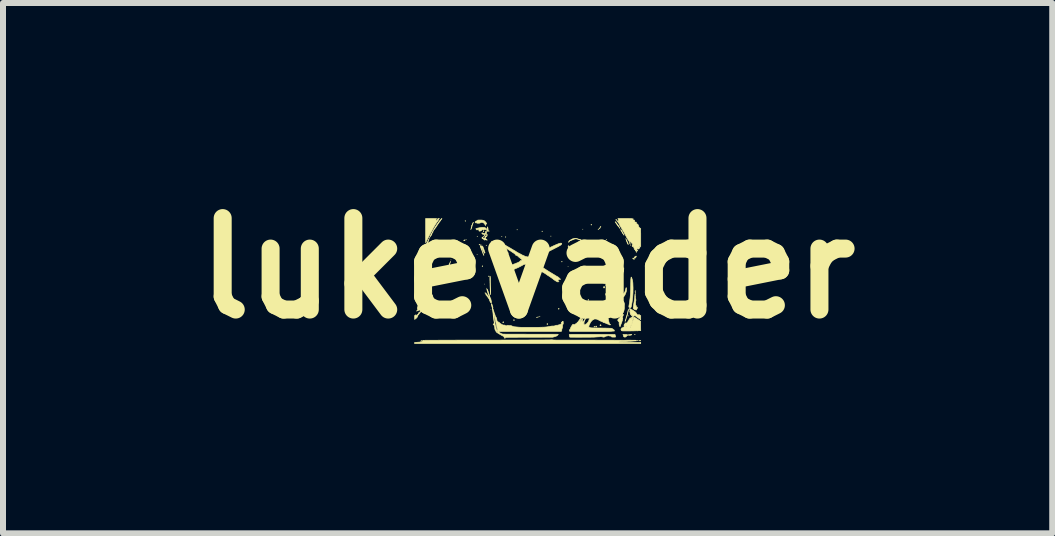
<source format=kicad_pcb>
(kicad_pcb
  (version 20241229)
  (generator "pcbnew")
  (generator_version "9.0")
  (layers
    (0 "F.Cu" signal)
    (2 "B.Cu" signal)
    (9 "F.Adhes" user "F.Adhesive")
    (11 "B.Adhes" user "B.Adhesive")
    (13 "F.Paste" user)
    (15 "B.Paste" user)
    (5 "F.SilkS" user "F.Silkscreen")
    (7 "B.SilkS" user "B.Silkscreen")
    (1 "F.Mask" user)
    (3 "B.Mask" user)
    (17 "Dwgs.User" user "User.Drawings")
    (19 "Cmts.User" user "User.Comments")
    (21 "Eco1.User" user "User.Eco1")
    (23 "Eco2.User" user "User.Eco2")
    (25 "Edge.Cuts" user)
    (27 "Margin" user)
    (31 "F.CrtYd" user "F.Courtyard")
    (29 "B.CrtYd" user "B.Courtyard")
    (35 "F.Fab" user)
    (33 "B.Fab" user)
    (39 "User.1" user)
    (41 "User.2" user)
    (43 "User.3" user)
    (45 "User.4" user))
  (footprint "lukevader"
    (layer "F.Cu")
    (at 5.74 1.418)
    (property "Reference" "lukevader" (at 0 0 0) (layer "F.SilkS") (effects (font (size 1.524 1.524) (thickness 0.3))))
    (attr through_hole)
    (fp_poly (pts (xy -1.636 -0.502) (xy -1.637 -0.5) (xy -1.638 -0.502) (xy -1.637 -0.503) (xy -1.636 -0.502)) (stroke (width 0.01) (type solid)) (fill yes) (layer "F.SilkS"))
    (fp_poly (pts (xy -1.514 0.08) (xy -1.515 0.081) (xy -1.516 0.08) (xy -1.515 0.079) (xy -1.514 0.08)) (stroke (width 0.01) (type solid)) (fill yes) (layer "F.SilkS"))
    (fp_poly (pts (xy -1.389 0.121) (xy -1.391 0.122) (xy -1.392 0.121) (xy -1.391 0.119) (xy -1.389 0.121)) (stroke (width 0.01) (type solid)) (fill yes) (layer "F.SilkS"))
    (fp_poly (pts (xy -1.283 -0.116) (xy -1.284 -0.114) (xy -1.285 -0.116) (xy -1.284 -0.117) (xy -1.283 -0.116)) (stroke (width 0.01) (type solid)) (fill yes) (layer "F.SilkS"))
    (fp_poly (pts (xy -1.275 -0.138) (xy -1.276 -0.137) (xy -1.278 -0.138) (xy -1.276 -0.14) (xy -1.275 -0.138)) (stroke (width 0.01) (type solid)) (fill yes) (layer "F.SilkS"))
    (fp_poly (pts (xy -1.049 -0.458) (xy -1.05 -0.457) (xy -1.052 -0.458) (xy -1.05 -0.46) (xy -1.049 -0.458)) (stroke (width 0.01) (type solid)) (fill yes) (layer "F.SilkS"))
    (fp_poly (pts (xy -1.021 -0.474) (xy -1.022 -0.472) (xy -1.024 -0.474) (xy -1.022 -0.475) (xy -1.021 -0.474)) (stroke (width 0.01) (type solid)) (fill yes) (layer "F.SilkS"))
    (fp_poly (pts (xy -0.757 -0.497) (xy -0.758 -0.495) (xy -0.759 -0.497) (xy -0.758 -0.498) (xy -0.757 -0.497)) (stroke (width 0.01) (type solid)) (fill yes) (layer "F.SilkS"))
    (fp_poly (pts (xy -0.744 -0.56) (xy -0.745 -0.559) (xy -0.747 -0.56) (xy -0.745 -0.561) (xy -0.744 -0.56)) (stroke (width 0.01) (type solid)) (fill yes) (layer "F.SilkS"))
    (fp_poly (pts (xy -0.719 0.265) (xy -0.72 0.267) (xy -0.721 0.265) (xy -0.72 0.264) (xy -0.719 0.265)) (stroke (width 0.01) (type solid)) (fill yes) (layer "F.SilkS"))
    (fp_poly (pts (xy -0.709 0.413) (xy -0.71 0.414) (xy -0.711 0.413) (xy -0.71 0.411) (xy -0.709 0.413)) (stroke (width 0.01) (type solid)) (fill yes) (layer "F.SilkS"))
    (fp_poly (pts (xy -0.704 0.413) (xy -0.705 0.414) (xy -0.706 0.413) (xy -0.705 0.411) (xy -0.704 0.413)) (stroke (width 0.01) (type solid)) (fill yes) (layer "F.SilkS"))
    (fp_poly (pts (xy -0.699 0.415) (xy -0.7 0.417) (xy -0.701 0.415) (xy -0.7 0.414) (xy -0.699 0.415)) (stroke (width 0.01) (type solid)) (fill yes) (layer "F.SilkS"))
    (fp_poly (pts (xy -0.693 -0.55) (xy -0.695 -0.549) (xy -0.696 -0.55) (xy -0.695 -0.551) (xy -0.693 -0.55)) (stroke (width 0.01) (type solid)) (fill yes) (layer "F.SilkS"))
    (fp_poly (pts (xy -0.665 0.481) (xy -0.667 0.483) (xy -0.668 0.481) (xy -0.667 0.48) (xy -0.665 0.481)) (stroke (width 0.01) (type solid)) (fill yes) (layer "F.SilkS"))
    (fp_poly (pts (xy -0.648 -0.629) (xy -0.649 -0.627) (xy -0.65 -0.629) (xy -0.649 -0.63) (xy -0.648 -0.629)) (stroke (width 0.01) (type solid)) (fill yes) (layer "F.SilkS"))
    (fp_poly (pts (xy -0.61 0.692) (xy -0.611 0.693) (xy -0.612 0.692) (xy -0.611 0.691) (xy -0.61 0.692)) (stroke (width 0.01) (type solid)) (fill yes) (layer "F.SilkS"))
    (fp_poly (pts (xy -0.417 0.024) (xy -0.418 0.025) (xy -0.419 0.024) (xy -0.418 0.023) (xy -0.417 0.024)) (stroke (width 0.01) (type solid)) (fill yes) (layer "F.SilkS"))
    (fp_poly (pts (xy -0.34 0.062) (xy -0.342 0.064) (xy -0.343 0.062) (xy -0.342 0.061) (xy -0.34 0.062)) (stroke (width 0.01) (type solid)) (fill yes) (layer "F.SilkS"))
    (fp_poly (pts (xy 0.18 0.812) (xy 0.179 0.813) (xy 0.178 0.812) (xy 0.179 0.81) (xy 0.18 0.812)) (stroke (width 0.01) (type solid)) (fill yes) (layer "F.SilkS"))
    (fp_poly (pts (xy 0.198 0.804) (xy 0.197 0.805) (xy 0.196 0.804) (xy 0.197 0.803) (xy 0.198 0.804)) (stroke (width 0.01) (type solid)) (fill yes) (layer "F.SilkS"))
    (fp_poly (pts (xy 0.206 0.801) (xy 0.204 0.803) (xy 0.203 0.801) (xy 0.204 0.8) (xy 0.206 0.801)) (stroke (width 0.01) (type solid)) (fill yes) (layer "F.SilkS"))
    (fp_poly (pts (xy 0.523 0.22) (xy 0.522 0.221) (xy 0.521 0.22) (xy 0.522 0.218) (xy 0.523 0.22)) (stroke (width 0.01) (type solid)) (fill yes) (layer "F.SilkS"))
    (fp_poly (pts (xy 0.686 -0.431) (xy 0.685 -0.429) (xy 0.683 -0.431) (xy 0.685 -0.432) (xy 0.686 -0.431)) (stroke (width 0.01) (type solid)) (fill yes) (layer "F.SilkS"))
    (fp_poly (pts (xy 0.897 -0.433) (xy 0.895 -0.432) (xy 0.894 -0.433) (xy 0.895 -0.434) (xy 0.897 -0.433)) (stroke (width 0.01) (type solid)) (fill yes) (layer "F.SilkS"))
    (fp_poly (pts (xy 0.899 -0.428) (xy 0.898 -0.427) (xy 0.897 -0.428) (xy 0.898 -0.429) (xy 0.899 -0.428)) (stroke (width 0.01) (type solid)) (fill yes) (layer "F.SilkS"))
    (fp_poly (pts (xy 0.899 0.86) (xy 0.898 0.861) (xy 0.897 0.86) (xy 0.898 0.859) (xy 0.899 0.86)) (stroke (width 0.01) (type solid)) (fill yes) (layer "F.SilkS"))
    (fp_poly (pts (xy 0.922 0.837) (xy 0.921 0.838) (xy 0.919 0.837) (xy 0.921 0.836) (xy 0.922 0.837)) (stroke (width 0.01) (type solid)) (fill yes) (layer "F.SilkS"))
    (fp_poly (pts (xy 0.925 0.88) (xy 0.923 0.881) (xy 0.922 0.88) (xy 0.923 0.879) (xy 0.925 0.88)) (stroke (width 0.01) (type solid)) (fill yes) (layer "F.SilkS"))
    (fp_poly (pts (xy 0.937 0.819) (xy 0.936 0.82) (xy 0.935 0.819) (xy 0.936 0.818) (xy 0.937 0.819)) (stroke (width 0.01) (type solid)) (fill yes) (layer "F.SilkS"))
    (fp_poly (pts (xy 0.945 0.939) (xy 0.944 0.94) (xy 0.942 0.939) (xy 0.944 0.937) (xy 0.945 0.939)) (stroke (width 0.01) (type solid)) (fill yes) (layer "F.SilkS"))
    (fp_poly (pts (xy 1.026 0.982) (xy 1.025 0.983) (xy 1.024 0.982) (xy 1.025 0.98) (xy 1.026 0.982)) (stroke (width 0.01) (type solid)) (fill yes) (layer "F.SilkS"))
    (fp_poly (pts (xy 1.212 -0.687) (xy 1.21 -0.686) (xy 1.209 -0.687) (xy 1.21 -0.688) (xy 1.212 -0.687)) (stroke (width 0.01) (type solid)) (fill yes) (layer "F.SilkS"))
    (fp_poly (pts (xy 1.471 0.085) (xy 1.469 0.086) (xy 1.468 0.085) (xy 1.469 0.084) (xy 1.471 0.085)) (stroke (width 0.01) (type solid)) (fill yes) (layer "F.SilkS"))
    (fp_poly (pts (xy 1.516 0.077) (xy 1.515 0.079) (xy 1.514 0.077) (xy 1.515 0.076) (xy 1.516 0.077)) (stroke (width 0.01) (type solid)) (fill yes) (layer "F.SilkS"))
    (fp_poly (pts (xy 1.527 0.916) (xy 1.525 0.917) (xy 1.524 0.916) (xy 1.525 0.914) (xy 1.527 0.916)) (stroke (width 0.01) (type solid)) (fill yes) (layer "F.SilkS"))
    (fp_poly (pts (xy 1.532 0.075) (xy 1.53 0.076) (xy 1.529 0.075) (xy 1.53 0.074) (xy 1.532 0.075)) (stroke (width 0.01) (type solid)) (fill yes) (layer "F.SilkS"))
    (fp_poly (pts (xy 1.554 -0.641) (xy 1.553 -0.64) (xy 1.552 -0.641) (xy 1.553 -0.643) (xy 1.554 -0.641)) (stroke (width 0.01) (type solid)) (fill yes) (layer "F.SilkS"))
    (fp_poly (pts (xy 1.557 -0.646) (xy 1.556 -0.645) (xy 1.554 -0.646) (xy 1.556 -0.648) (xy 1.557 -0.646)) (stroke (width 0.01) (type solid)) (fill yes) (layer "F.SilkS"))
    (fp_poly (pts (xy 1.587 -0.575) (xy 1.586 -0.574) (xy 1.585 -0.575) (xy 1.586 -0.577) (xy 1.587 -0.575)) (stroke (width 0.01) (type solid)) (fill yes) (layer "F.SilkS"))
    (fp_poly (pts (xy 1.595 -0.56) (xy 1.594 -0.559) (xy 1.593 -0.56) (xy 1.594 -0.561) (xy 1.595 -0.56)) (stroke (width 0.01) (type solid)) (fill yes) (layer "F.SilkS"))
    (fp_poly (pts (xy 1.623 0.898) (xy 1.622 0.899) (xy 1.621 0.898) (xy 1.622 0.897) (xy 1.623 0.898)) (stroke (width 0.01) (type solid)) (fill yes) (layer "F.SilkS"))
    (fp_poly (pts (xy 1.633 0.911) (xy 1.632 0.912) (xy 1.631 0.911) (xy 1.632 0.909) (xy 1.633 0.911)) (stroke (width 0.01) (type solid)) (fill yes) (layer "F.SilkS"))
    (fp_poly (pts (xy 1.699 -0.415) (xy 1.698 -0.414) (xy 1.697 -0.415) (xy 1.698 -0.417) (xy 1.699 -0.415)) (stroke (width 0.01) (type solid)) (fill yes) (layer "F.SilkS"))
    (fp_poly (pts (xy 1.712 -0.4) (xy 1.711 -0.399) (xy 1.709 -0.4) (xy 1.711 -0.401) (xy 1.712 -0.4)) (stroke (width 0.01) (type solid)) (fill yes) (layer "F.SilkS"))
    (fp_poly (pts (xy 1.76 0.839) (xy 1.759 0.841) (xy 1.758 0.839) (xy 1.759 0.838) (xy 1.76 0.839)) (stroke (width 0.01) (type solid)) (fill yes) (layer "F.SilkS"))
    (fp_poly (pts (xy 1.796 0.37) (xy 1.795 0.371) (xy 1.793 0.37) (xy 1.795 0.368) (xy 1.796 0.37)) (stroke (width 0.01) (type solid)) (fill yes) (layer "F.SilkS"))
    (fp_poly (pts (xy -1.484 0.085) (xy -1.485 0.086) (xy -1.486 0.086) (xy -1.488 0.085) (xy -1.488 0.085) (xy -1.485 0.084) (xy -1.484 0.085)) (stroke (width 0.01) (type solid)) (fill yes) (layer "F.SilkS"))
    (fp_poly (pts (xy -1.456 0.09) (xy -1.457 0.091) (xy -1.458 0.091) (xy -1.46 0.091) (xy -1.46 0.09) (xy -1.457 0.089) (xy -1.456 0.09)) (stroke (width 0.01) (type solid)) (fill yes) (layer "F.SilkS"))
    (fp_poly (pts (xy -1.383 0.118) (xy -1.382 0.121) (xy -1.383 0.121) (xy -1.384 0.121) (xy -1.384 0.119) (xy -1.383 0.117) (xy -1.383 0.118)) (stroke (width 0.01) (type solid)) (fill yes) (layer "F.SilkS"))
    (fp_poly (pts (xy -0.933 -0.708) (xy -0.933 -0.706) (xy -0.935 -0.706) (xy -0.937 -0.707) (xy -0.936 -0.708) (xy -0.933 -0.708) (xy -0.933 -0.708)) (stroke (width 0.01) (type solid)) (fill yes) (layer "F.SilkS"))
    (fp_poly (pts (xy -0.839 -0.228) (xy -0.839 -0.226) (xy -0.841 -0.226) (xy -0.843 -0.227) (xy -0.842 -0.228) (xy -0.839 -0.228) (xy -0.839 -0.228)) (stroke (width 0.01) (type solid)) (fill yes) (layer "F.SilkS"))
    (fp_poly (pts (xy -0.776 -0.395) (xy -0.776 -0.394) (xy -0.777 -0.394) (xy -0.779 -0.395) (xy -0.779 -0.395) (xy -0.776 -0.396) (xy -0.776 -0.395)) (stroke (width 0.01) (type solid)) (fill yes) (layer "F.SilkS"))
    (fp_poly (pts (xy -0.682 -0.543) (xy -0.681 -0.54) (xy -0.682 -0.539) (xy -0.683 -0.54) (xy -0.683 -0.541) (xy -0.682 -0.543) (xy -0.682 -0.543)) (stroke (width 0.01) (type solid)) (fill yes) (layer "F.SilkS"))
    (fp_poly (pts (xy -0.682 0.334) (xy -0.681 0.337) (xy -0.682 0.337) (xy -0.683 0.337) (xy -0.683 0.335) (xy -0.682 0.333) (xy -0.682 0.334)) (stroke (width 0.01) (type solid)) (fill yes) (layer "F.SilkS"))
    (fp_poly (pts (xy -0.407 0.021) (xy -0.408 0.023) (xy -0.409 0.023) (xy -0.411 0.022) (xy -0.411 0.021) (xy -0.408 0.021) (xy -0.407 0.021)) (stroke (width 0.01) (type solid)) (fill yes) (layer "F.SilkS"))
    (fp_poly (pts (xy -0.125 -0.113) (xy -0.126 -0.112) (xy -0.127 -0.112) (xy -0.129 -0.113) (xy -0.129 -0.113) (xy -0.126 -0.114) (xy -0.125 -0.113)) (stroke (width 0.01) (type solid)) (fill yes) (layer "F.SilkS"))
    (fp_poly (pts (xy -0.125 -0.172) (xy -0.126 -0.171) (xy -0.128 -0.17) (xy -0.131 -0.171) (xy -0.13 -0.172) (xy -0.126 -0.172) (xy -0.125 -0.172)) (stroke (width 0.01) (type solid)) (fill yes) (layer "F.SilkS"))
    (fp_poly (pts (xy 0.152 0.821) (xy 0.151 0.823) (xy 0.15 0.823) (xy 0.148 0.822) (xy 0.148 0.821) (xy 0.151 0.821) (xy 0.152 0.821)) (stroke (width 0.01) (type solid)) (fill yes) (layer "F.SilkS"))
    (fp_poly (pts (xy 0.175 0.814) (xy 0.174 0.815) (xy 0.171 0.815) (xy 0.169 0.815) (xy 0.17 0.814) (xy 0.174 0.813) (xy 0.175 0.814)) (stroke (width 0.01) (type solid)) (fill yes) (layer "F.SilkS"))
    (fp_poly (pts (xy 0.675 -0.027) (xy 0.675 -0.024) (xy 0.675 -0.024) (xy 0.673 -0.024) (xy 0.673 -0.025) (xy 0.674 -0.027) (xy 0.675 -0.027)) (stroke (width 0.01) (type solid)) (fill yes) (layer "F.SilkS"))
    (fp_poly (pts (xy 0.921 -0.649) (xy 0.921 -0.648) (xy 0.919 -0.648) (xy 0.917 -0.649) (xy 0.918 -0.649) (xy 0.921 -0.65) (xy 0.921 -0.649)) (stroke (width 0.01) (type solid)) (fill yes) (layer "F.SilkS"))
    (fp_poly (pts (xy 0.936 0.824) (xy 0.937 0.827) (xy 0.936 0.827) (xy 0.935 0.827) (xy 0.935 0.826) (xy 0.936 0.823) (xy 0.936 0.824)) (stroke (width 0.01) (type solid)) (fill yes) (layer "F.SilkS"))
    (fp_poly (pts (xy 0.942 0.916) (xy 0.942 0.92) (xy 0.941 0.921) (xy 0.94 0.921) (xy 0.94 0.918) (xy 0.941 0.915) (xy 0.942 0.916)) (stroke (width 0.01) (type solid)) (fill yes) (layer "F.SilkS"))
    (fp_poly (pts (xy 1.002 0.562) (xy 1.003 0.565) (xy 1.002 0.566) (xy 1.001 0.565) (xy 1.001 0.564) (xy 1.002 0.562) (xy 1.002 0.562)) (stroke (width 0.01) (type solid)) (fill yes) (layer "F.SilkS"))
    (fp_poly (pts (xy 1.211 -0.68) (xy 1.211 -0.677) (xy 1.211 -0.676) (xy 1.209 -0.677) (xy 1.209 -0.678) (xy 1.21 -0.68) (xy 1.211 -0.68)) (stroke (width 0.01) (type solid)) (fill yes) (layer "F.SilkS"))
    (fp_poly (pts (xy 1.216 -0.687) (xy 1.216 -0.684) (xy 1.216 -0.684) (xy 1.214 -0.684) (xy 1.214 -0.686) (xy 1.215 -0.688) (xy 1.216 -0.687)) (stroke (width 0.01) (type solid)) (fill yes) (layer "F.SilkS"))
    (fp_poly (pts (xy 1.348 0.184) (xy 1.348 0.187) (xy 1.348 0.187) (xy 1.346 0.187) (xy 1.346 0.185) (xy 1.347 0.183) (xy 1.348 0.184)) (stroke (width 0.01) (type solid)) (fill yes) (layer "F.SilkS"))
    (fp_poly (pts (xy 1.509 0.08) (xy 1.51 0.081) (xy 1.506 0.081) (xy 1.503 0.08) (xy 1.503 0.08) (xy 1.508 0.079) (xy 1.509 0.08)) (stroke (width 0.01) (type solid)) (fill yes) (layer "F.SilkS"))
    (fp_poly (pts (xy 1.592 0.981) (xy 1.591 0.983) (xy 1.59 0.983) (xy 1.588 0.982) (xy 1.588 0.981) (xy 1.591 0.981) (xy 1.592 0.981)) (stroke (width 0.01) (type solid)) (fill yes) (layer "F.SilkS"))
    (fp_poly (pts (xy 1.681 0.793) (xy 1.681 0.796) (xy 1.681 0.797) (xy 1.679 0.796) (xy 1.679 0.795) (xy 1.68 0.793) (xy 1.681 0.793)) (stroke (width 0.01) (type solid)) (fill yes) (layer "F.SilkS"))
    (fp_poly (pts (xy 1.693 0.667) (xy 1.694 0.673) (xy 1.693 0.674) (xy 1.692 0.674) (xy 1.692 0.671) (xy 1.692 0.667) (xy 1.693 0.667)) (stroke (width 0.01) (type solid)) (fill yes) (layer "F.SilkS"))
    (fp_poly (pts (xy 1.693 -0.431) (xy 1.694 -0.428) (xy 1.693 -0.428) (xy 1.692 -0.428) (xy 1.692 -0.429) (xy 1.693 -0.431) (xy 1.693 -0.431)) (stroke (width 0.01) (type solid)) (fill yes) (layer "F.SilkS"))
    (fp_poly (pts (xy 1.709 -0.421) (xy 1.709 -0.418) (xy 1.709 -0.417) (xy 1.707 -0.418) (xy 1.707 -0.419) (xy 1.708 -0.421) (xy 1.709 -0.421)) (stroke (width 0.01) (type solid)) (fill yes) (layer "F.SilkS"))
    (fp_poly (pts (xy -1.642 -0.489) (xy -1.643 -0.487) (xy -1.645 -0.485) (xy -1.645 -0.488) (xy -1.644 -0.488) (xy -1.642 -0.492) (xy -1.641 -0.492) (xy -1.642 -0.489)) (stroke (width 0.01) (type solid)) (fill yes) (layer "F.SilkS"))
    (fp_poly (pts (xy -1.628 -0.513) (xy -1.629 -0.509) (xy -1.632 -0.506) (xy -1.633 -0.505) (xy -1.634 -0.507) (xy -1.633 -0.51) (xy -1.63 -0.514) (xy -1.628 -0.513)) (stroke (width 0.01) (type solid)) (fill yes) (layer "F.SilkS"))
    (fp_poly (pts (xy -0.702 0.423) (xy -0.7 0.426) (xy -0.7 0.427) (xy -0.703 0.429) (xy -0.706 0.427) (xy -0.706 0.426) (xy -0.704 0.423) (xy -0.702 0.423)) (stroke (width 0.01) (type solid)) (fill yes) (layer "F.SilkS"))
    (fp_poly (pts (xy -0.699 -0.711) (xy -0.699 -0.708) (xy -0.7 -0.706) (xy -0.702 -0.708) (xy -0.703 -0.712) (xy -0.703 -0.713) (xy -0.7 -0.713) (xy -0.699 -0.711)) (stroke (width 0.01) (type solid)) (fill yes) (layer "F.SilkS"))
    (fp_poly (pts (xy -0.595 -0.447) (xy -0.596 -0.444) (xy -0.599 -0.443) (xy -0.6 -0.444) (xy -0.6 -0.448) (xy -0.599 -0.448) (xy -0.596 -0.449) (xy -0.595 -0.447)) (stroke (width 0.01) (type solid)) (fill yes) (layer "F.SilkS"))
    (fp_poly (pts (xy -0.363 -0.521) (xy -0.363 -0.518) (xy -0.367 -0.516) (xy -0.37 -0.517) (xy -0.371 -0.519) (xy -0.369 -0.523) (xy -0.366 -0.523) (xy -0.363 -0.521)) (stroke (width 0.01) (type solid)) (fill yes) (layer "F.SilkS"))
    (fp_poly (pts (xy 0.716 -0.23) (xy 0.717 -0.229) (xy 0.719 -0.226) (xy 0.718 -0.225) (xy 0.716 -0.225) (xy 0.715 -0.228) (xy 0.714 -0.231) (xy 0.716 -0.23)) (stroke (width 0.01) (type solid)) (fill yes) (layer "F.SilkS"))
    (fp_poly (pts (xy 1.221 -0.695) (xy 1.219 -0.692) (xy 1.216 -0.691) (xy 1.215 -0.692) (xy 1.217 -0.695) (xy 1.22 -0.697) (xy 1.221 -0.697) (xy 1.221 -0.695)) (stroke (width 0.01) (type solid)) (fill yes) (layer "F.SilkS"))
    (fp_poly (pts (xy 1.578 0.065) (xy 1.58 0.067) (xy 1.577 0.069) (xy 1.576 0.069) (xy 1.573 0.067) (xy 1.574 0.066) (xy 1.577 0.065) (xy 1.578 0.065)) (stroke (width 0.01) (type solid)) (fill yes) (layer "F.SilkS"))
    (fp_poly (pts (xy 1.814 -0.268) (xy 1.815 -0.265) (xy 1.814 -0.264) (xy 1.81 -0.266) (xy 1.81 -0.267) (xy 1.809 -0.27) (xy 1.811 -0.27) (xy 1.814 -0.268)) (stroke (width 0.01) (type solid)) (fill yes) (layer "F.SilkS"))
    (fp_poly (pts (xy -1.761 1.202) (xy -1.759 1.203) (xy -1.762 1.203) (xy -1.768 1.203) (xy -1.774 1.203) (xy -1.776 1.203) (xy -1.775 1.202) (xy -1.767 1.202) (xy -1.761 1.202)) (stroke (width 0.01) (type solid)) (fill yes) (layer "F.SilkS"))
    (fp_poly (pts (xy -1.577 0.068) (xy -1.576 0.07) (xy -1.576 0.073) (xy -1.579 0.073) (xy -1.582 0.072) (xy -1.584 0.069) (xy -1.584 0.068) (xy -1.58 0.066) (xy -1.577 0.068)) (stroke (width 0.01) (type solid)) (fill yes) (layer "F.SilkS"))
    (fp_poly (pts (xy -1.036 -0.79) (xy -1.034 -0.785) (xy -1.035 -0.782) (xy -1.036 -0.782) (xy -1.039 -0.784) (xy -1.04 -0.786) (xy -1.041 -0.791) (xy -1.039 -0.792) (xy -1.036 -0.79)) (stroke (width 0.01) (type solid)) (fill yes) (layer "F.SilkS"))
    (fp_poly (pts (xy -0.836 -0.532) (xy -0.836 -0.531) (xy -0.838 -0.528) (xy -0.838 -0.527) (xy -0.841 -0.527) (xy -0.841 -0.528) (xy -0.839 -0.532) (xy -0.838 -0.532) (xy -0.836 -0.532)) (stroke (width 0.01) (type solid)) (fill yes) (layer "F.SilkS"))
    (fp_poly (pts (xy -0.794 -0.395) (xy -0.793 -0.393) (xy -0.796 -0.39) (xy -0.801 -0.389) (xy -0.806 -0.389) (xy -0.808 -0.392) (xy -0.806 -0.395) (xy -0.8 -0.396) (xy -0.794 -0.395)) (stroke (width 0.01) (type solid)) (fill yes) (layer "F.SilkS"))
    (fp_poly (pts (xy -0.714 -0.543) (xy -0.715 -0.541) (xy -0.719 -0.539) (xy -0.722 -0.541) (xy -0.723 -0.541) (xy -0.722 -0.544) (xy -0.72 -0.545) (xy -0.716 -0.546) (xy -0.714 -0.543)) (stroke (width 0.01) (type solid)) (fill yes) (layer "F.SilkS"))
    (fp_poly (pts (xy -0.69 -0.383) (xy -0.688 -0.381) (xy -0.684 -0.378) (xy -0.684 -0.376) (xy -0.684 -0.376) (xy -0.686 -0.378) (xy -0.689 -0.38) (xy -0.691 -0.383) (xy -0.69 -0.383)) (stroke (width 0.01) (type solid)) (fill yes) (layer "F.SilkS"))
    (fp_poly (pts (xy -0.643 -0.622) (xy -0.64 -0.618) (xy -0.642 -0.615) (xy -0.646 -0.615) (xy -0.651 -0.615) (xy -0.653 -0.617) (xy -0.651 -0.621) (xy -0.647 -0.623) (xy -0.643 -0.622)) (stroke (width 0.01) (type solid)) (fill yes) (layer "F.SilkS"))
    (fp_poly (pts (xy -0.642 0.134) (xy -0.643 0.138) (xy -0.644 0.142) (xy -0.646 0.141) (xy -0.647 0.138) (xy -0.649 0.133) (xy -0.647 0.131) (xy -0.644 0.13) (xy -0.642 0.134)) (stroke (width 0.01) (type solid)) (fill yes) (layer "F.SilkS"))
    (fp_poly (pts (xy -0.427 -0.526) (xy -0.427 -0.526) (xy -0.429 -0.523) (xy -0.429 -0.523) (xy -0.432 -0.525) (xy -0.432 -0.526) (xy -0.43 -0.528) (xy -0.429 -0.528) (xy -0.427 -0.526)) (stroke (width 0.01) (type solid)) (fill yes) (layer "F.SilkS"))
    (fp_poly (pts (xy -0.426 0.012) (xy -0.424 0.015) (xy -0.425 0.016) (xy -0.427 0.016) (xy -0.428 0.016) (xy -0.429 0.012) (xy -0.429 0.012) (xy -0.428 0.011) (xy -0.426 0.012)) (stroke (width 0.01) (type solid)) (fill yes) (layer "F.SilkS"))
    (fp_poly (pts (xy -0.318 -0.252) (xy -0.319 -0.251) (xy -0.321 -0.249) (xy -0.321 -0.249) (xy -0.323 -0.251) (xy -0.323 -0.251) (xy -0.321 -0.254) (xy -0.32 -0.254) (xy -0.318 -0.252)) (stroke (width 0.01) (type solid)) (fill yes) (layer "F.SilkS"))
    (fp_poly (pts (xy -0.171 -0.641) (xy -0.171 -0.64) (xy -0.174 -0.638) (xy -0.174 -0.638) (xy -0.176 -0.639) (xy -0.177 -0.64) (xy -0.176 -0.642) (xy -0.174 -0.643) (xy -0.171 -0.641)) (stroke (width 0.01) (type solid)) (fill yes) (layer "F.SilkS"))
    (fp_poly (pts (xy 0.164 0.816) (xy 0.164 0.818) (xy 0.16 0.82) (xy 0.158 0.82) (xy 0.155 0.82) (xy 0.157 0.818) (xy 0.157 0.818) (xy 0.162 0.816) (xy 0.164 0.816)) (stroke (width 0.01) (type solid)) (fill yes) (layer "F.SilkS"))
    (fp_poly (pts (xy 0.226 -0.354) (xy 0.226 -0.353) (xy 0.224 -0.351) (xy 0.224 -0.351) (xy 0.221 -0.352) (xy 0.221 -0.353) (xy 0.223 -0.356) (xy 0.224 -0.356) (xy 0.226 -0.354)) (stroke (width 0.01) (type solid)) (fill yes) (layer "F.SilkS"))
    (fp_poly (pts (xy 0.246 -0.615) (xy 0.246 -0.613) (xy 0.244 -0.61) (xy 0.243 -0.61) (xy 0.239 -0.612) (xy 0.239 -0.613) (xy 0.241 -0.617) (xy 0.243 -0.617) (xy 0.246 -0.615)) (stroke (width 0.01) (type solid)) (fill yes) (layer "F.SilkS"))
    (fp_poly (pts (xy 0.39 -0.534) (xy 0.39 -0.533) (xy 0.388 -0.531) (xy 0.387 -0.531) (xy 0.386 -0.533) (xy 0.386 -0.533) (xy 0.388 -0.536) (xy 0.389 -0.536) (xy 0.39 -0.534)) (stroke (width 0.01) (type solid)) (fill yes) (layer "F.SilkS"))
    (fp_poly (pts (xy 0.575 -0.11) (xy 0.576 -0.108) (xy 0.572 -0.105) (xy 0.571 -0.105) (xy 0.567 -0.106) (xy 0.566 -0.108) (xy 0.569 -0.111) (xy 0.572 -0.112) (xy 0.575 -0.11)) (stroke (width 0.01) (type solid)) (fill yes) (layer "F.SilkS"))
    (fp_poly (pts (xy 0.822 0.763) (xy 0.823 0.765) (xy 0.821 0.767) (xy 0.821 0.767) (xy 0.817 0.765) (xy 0.817 0.765) (xy 0.817 0.762) (xy 0.819 0.762) (xy 0.822 0.763)) (stroke (width 0.01) (type solid)) (fill yes) (layer "F.SilkS"))
    (fp_poly (pts (xy 0.846 -0.478) (xy 0.846 -0.478) (xy 0.844 -0.475) (xy 0.842 -0.475) (xy 0.839 -0.476) (xy 0.839 -0.478) (xy 0.843 -0.48) (xy 0.843 -0.48) (xy 0.846 -0.478)) (stroke (width 0.01) (type solid)) (fill yes) (layer "F.SilkS"))
    (fp_poly (pts (xy 1.066 -0.727) (xy 1.067 -0.724) (xy 1.065 -0.72) (xy 1.062 -0.719) (xy 1.057 -0.721) (xy 1.057 -0.724) (xy 1.058 -0.728) (xy 1.062 -0.729) (xy 1.066 -0.727)) (stroke (width 0.01) (type solid)) (fill yes) (layer "F.SilkS"))
    (fp_poly (pts (xy 1.117 0.972) (xy 1.117 0.975) (xy 1.115 0.979) (xy 1.111 0.98) (xy 1.109 0.979) (xy 1.107 0.974) (xy 1.11 0.971) (xy 1.113 0.97) (xy 1.117 0.972)) (stroke (width 0.01) (type solid)) (fill yes) (layer "F.SilkS"))
    (fp_poly (pts (xy 1.199 -0.003) (xy 1.199 -0.003) (xy 1.197 0.001) (xy 1.196 0.001) (xy 1.194 0.001) (xy 1.194 -0.001) (xy 1.195 -0.005) (xy 1.196 -0.005) (xy 1.199 -0.003)) (stroke (width 0.01) (type solid)) (fill yes) (layer "F.SilkS"))
    (fp_poly (pts (xy 1.302 0.278) (xy 1.305 0.28) (xy 1.304 0.282) (xy 1.301 0.284) (xy 1.297 0.282) (xy 1.297 0.282) (xy 1.296 0.278) (xy 1.299 0.277) (xy 1.302 0.278)) (stroke (width 0.01) (type solid)) (fill yes) (layer "F.SilkS"))
    (fp_poly (pts (xy 1.315 -0.476) (xy 1.314 -0.475) (xy 1.312 -0.473) (xy 1.312 -0.472) (xy 1.31 -0.474) (xy 1.309 -0.475) (xy 1.31 -0.477) (xy 1.312 -0.478) (xy 1.315 -0.476)) (stroke (width 0.01) (type solid)) (fill yes) (layer "F.SilkS"))
    (fp_poly (pts (xy 1.491 0.081) (xy 1.491 0.081) (xy 1.489 0.084) (xy 1.488 0.084) (xy 1.487 0.082) (xy 1.487 0.081) (xy 1.489 0.079) (xy 1.49 0.079) (xy 1.491 0.081)) (stroke (width 0.01) (type solid)) (fill yes) (layer "F.SilkS"))
    (fp_poly (pts (xy 1.557 -0.631) (xy 1.557 -0.63) (xy 1.556 -0.627) (xy 1.556 -0.627) (xy 1.554 -0.629) (xy 1.553 -0.63) (xy 1.553 -0.632) (xy 1.554 -0.632) (xy 1.557 -0.631)) (stroke (width 0.01) (type solid)) (fill yes) (layer "F.SilkS"))
    (fp_poly (pts (xy 1.593 -0.58) (xy 1.594 -0.578) (xy 1.595 -0.574) (xy 1.594 -0.573) (xy 1.593 -0.573) (xy 1.592 -0.576) (xy 1.591 -0.58) (xy 1.591 -0.581) (xy 1.593 -0.58)) (stroke (width 0.01) (type solid)) (fill yes) (layer "F.SilkS"))
    (fp_poly (pts (xy 1.638 -0.49) (xy 1.639 -0.489) (xy 1.64 -0.485) (xy 1.64 -0.483) (xy 1.637 -0.484) (xy 1.636 -0.488) (xy 1.636 -0.49) (xy 1.636 -0.492) (xy 1.638 -0.49)) (stroke (width 0.01) (type solid)) (fill yes) (layer "F.SilkS"))
    (fp_poly (pts (xy 1.689 0.711) (xy 1.69 0.712) (xy 1.69 0.716) (xy 1.689 0.716) (xy 1.687 0.714) (xy 1.687 0.712) (xy 1.687 0.709) (xy 1.688 0.709) (xy 1.689 0.711)) (stroke (width 0.01) (type solid)) (fill yes) (layer "F.SilkS"))
    (fp_poly (pts (xy 1.697 0.726) (xy 1.697 0.726) (xy 1.695 0.729) (xy 1.694 0.729) (xy 1.692 0.727) (xy 1.692 0.726) (xy 1.694 0.724) (xy 1.694 0.724) (xy 1.697 0.726)) (stroke (width 0.01) (type solid)) (fill yes) (layer "F.SilkS"))
    (fp_poly (pts (xy 1.697 0.688) (xy 1.698 0.688) (xy 1.697 0.691) (xy 1.696 0.691) (xy 1.692 0.69) (xy 1.692 0.688) (xy 1.693 0.686) (xy 1.694 0.686) (xy 1.697 0.688)) (stroke (width 0.01) (type solid)) (fill yes) (layer "F.SilkS"))
    (fp_poly (pts (xy 1.704 -0.431) (xy 1.704 -0.428) (xy 1.703 -0.424) (xy 1.701 -0.426) (xy 1.701 -0.427) (xy 1.7 -0.432) (xy 1.7 -0.434) (xy 1.703 -0.434) (xy 1.704 -0.431)) (stroke (width 0.01) (type solid)) (fill yes) (layer "F.SilkS"))
    (fp_poly (pts (xy 1.707 -0.41) (xy 1.707 -0.409) (xy 1.705 -0.406) (xy 1.704 -0.406) (xy 1.702 -0.408) (xy 1.702 -0.409) (xy 1.704 -0.411) (xy 1.704 -0.411) (xy 1.707 -0.41)) (stroke (width 0.01) (type solid)) (fill yes) (layer "F.SilkS"))
    (fp_poly (pts (xy 1.717 -0.384) (xy 1.717 -0.384) (xy 1.715 -0.381) (xy 1.714 -0.381) (xy 1.713 -0.383) (xy 1.713 -0.384) (xy 1.716 -0.386) (xy 1.716 -0.386) (xy 1.717 -0.384)) (stroke (width 0.01) (type solid)) (fill yes) (layer "F.SilkS"))
    (fp_poly (pts (xy 1.782 -0.321) (xy 1.782 -0.32) (xy 1.779 -0.318) (xy 1.778 -0.318) (xy 1.776 -0.319) (xy 1.775 -0.32) (xy 1.778 -0.322) (xy 1.779 -0.323) (xy 1.782 -0.321)) (stroke (width 0.01) (type solid)) (fill yes) (layer "F.SilkS"))
    (fp_poly (pts (xy 1.791 1.106) (xy 1.793 1.106) (xy 1.789 1.107) (xy 1.786 1.107) (xy 1.78 1.107) (xy 1.779 1.106) (xy 1.78 1.106) (xy 1.787 1.105) (xy 1.791 1.106)) (stroke (width 0.01) (type solid)) (fill yes) (layer "F.SilkS"))
    (fp_poly (pts (xy 1.811 -0.278) (xy 1.811 -0.277) (xy 1.81 -0.274) (xy 1.81 -0.274) (xy 1.808 -0.276) (xy 1.807 -0.277) (xy 1.807 -0.279) (xy 1.808 -0.279) (xy 1.811 -0.278)) (stroke (width 0.01) (type solid)) (fill yes) (layer "F.SilkS"))
    (fp_poly (pts (xy 1.816 -0.765) (xy 1.816 -0.765) (xy 1.815 -0.762) (xy 1.815 -0.762) (xy 1.813 -0.764) (xy 1.812 -0.765) (xy 1.812 -0.767) (xy 1.813 -0.767) (xy 1.816 -0.765)) (stroke (width 0.01) (type solid)) (fill yes) (layer "F.SilkS"))
    (fp_poly (pts (xy 1.816 -0.75) (xy 1.816 -0.749) (xy 1.814 -0.747) (xy 1.813 -0.747) (xy 1.812 -0.748) (xy 1.812 -0.749) (xy 1.815 -0.752) (xy 1.815 -0.752) (xy 1.816 -0.75)) (stroke (width 0.01) (type solid)) (fill yes) (layer "F.SilkS"))
    (fp_poly (pts (xy -0.725 -0.645) (xy -0.724 -0.643) (xy -0.726 -0.64) (xy -0.731 -0.638) (xy -0.734 -0.638) (xy -0.736 -0.639) (xy -0.736 -0.641) (xy -0.733 -0.643) (xy -0.729 -0.645) (xy -0.725 -0.645)) (stroke (width 0.01) (type solid)) (fill yes) (layer "F.SilkS"))
    (fp_poly (pts (xy -0.678 -0.533) (xy -0.679 -0.528) (xy -0.68 -0.527) (xy -0.682 -0.524) (xy -0.685 -0.523) (xy -0.686 -0.525) (xy -0.684 -0.529) (xy -0.682 -0.532) (xy -0.679 -0.535) (xy -0.678 -0.533)) (stroke (width 0.01) (type solid)) (fill yes) (layer "F.SilkS"))
    (fp_poly (pts (xy 0.334 0.926) (xy 0.335 0.929) (xy 0.334 0.933) (xy 0.33 0.937) (xy 0.326 0.937) (xy 0.324 0.934) (xy 0.323 0.928) (xy 0.327 0.925) (xy 0.33 0.925) (xy 0.334 0.926)) (stroke (width 0.01) (type solid)) (fill yes) (layer "F.SilkS"))
    (fp_poly (pts (xy 0.709 -0.25) (xy 0.71 -0.25) (xy 0.712 -0.248) (xy 0.71 -0.246) (xy 0.709 -0.244) (xy 0.704 -0.243) (xy 0.702 -0.244) (xy 0.702 -0.248) (xy 0.705 -0.25) (xy 0.709 -0.25)) (stroke (width 0.01) (type solid)) (fill yes) (layer "F.SilkS"))
    (fp_poly (pts (xy 0.894 -0.359) (xy 0.894 -0.358) (xy 0.896 -0.353) (xy 0.896 -0.35) (xy 0.894 -0.349) (xy 0.893 -0.351) (xy 0.892 -0.358) (xy 0.892 -0.36) (xy 0.892 -0.362) (xy 0.894 -0.359)) (stroke (width 0.01) (type solid)) (fill yes) (layer "F.SilkS"))
    (fp_poly (pts (xy 1.185 -0.65) (xy 1.184 -0.649) (xy 1.179 -0.646) (xy 1.176 -0.645) (xy 1.174 -0.646) (xy 1.176 -0.648) (xy 1.177 -0.649) (xy 1.182 -0.652) (xy 1.185 -0.652) (xy 1.185 -0.65)) (stroke (width 0.01) (type solid)) (fill yes) (layer "F.SilkS"))
    (fp_poly (pts (xy 1.354 -0.366) (xy 1.355 -0.362) (xy 1.354 -0.359) (xy 1.349 -0.356) (xy 1.346 -0.357) (xy 1.345 -0.359) (xy 1.345 -0.365) (xy 1.348 -0.368) (xy 1.35 -0.368) (xy 1.354 -0.366)) (stroke (width 0.01) (type solid)) (fill yes) (layer "F.SilkS"))
    (fp_poly (pts (xy 1.404 0.179) (xy 1.406 0.182) (xy 1.403 0.185) (xy 1.399 0.186) (xy 1.394 0.186) (xy 1.392 0.184) (xy 1.392 0.182) (xy 1.394 0.179) (xy 1.398 0.178) (xy 1.404 0.179)) (stroke (width 0.01) (type solid)) (fill yes) (layer "F.SilkS"))
    (fp_poly (pts (xy 1.468 0.305) (xy 1.469 0.31) (xy 1.468 0.315) (xy 1.464 0.317) (xy 1.458 0.316) (xy 1.456 0.314) (xy 1.456 0.308) (xy 1.459 0.303) (xy 1.464 0.303) (xy 1.468 0.305)) (stroke (width 0.01) (type solid)) (fill yes) (layer "F.SilkS"))
    (fp_poly (pts (xy 1.474 0.223) (xy 1.475 0.224) (xy 1.475 0.228) (xy 1.474 0.229) (xy 1.471 0.231) (xy 1.467 0.23) (xy 1.466 0.228) (xy 1.467 0.224) (xy 1.471 0.222) (xy 1.474 0.223)) (stroke (width 0.01) (type solid)) (fill yes) (layer "F.SilkS"))
    (fp_poly (pts (xy 1.568 0.651) (xy 1.571 0.654) (xy 1.572 0.659) (xy 1.57 0.663) (xy 1.567 0.664) (xy 1.565 0.662) (xy 1.563 0.657) (xy 1.564 0.653) (xy 1.566 0.651) (xy 1.568 0.651)) (stroke (width 0.01) (type solid)) (fill yes) (layer "F.SilkS"))
    (fp_poly (pts (xy 1.879 1.202) (xy 1.88 1.203) (xy 1.877 1.203) (xy 1.871 1.203) (xy 1.864 1.203) (xy 1.862 1.203) (xy 1.864 1.202) (xy 1.864 1.202) (xy 1.872 1.202) (xy 1.879 1.202)) (stroke (width 0.01) (type solid)) (fill yes) (layer "F.SilkS"))
    (fp_poly (pts (xy -0.75 -0.039) (xy -0.75 -0.034) (xy -0.75 -0.034) (xy -0.751 -0.029) (xy -0.754 -0.026) (xy -0.756 -0.027) (xy -0.757 -0.032) (xy -0.756 -0.032) (xy -0.755 -0.037) (xy -0.752 -0.04) (xy -0.75 -0.039)) (stroke (width 0.01) (type solid)) (fill yes) (layer "F.SilkS"))
    (fp_poly (pts (xy -0.709 -0.557) (xy -0.707 -0.554) (xy -0.709 -0.551) (xy -0.709 -0.551) (xy -0.714 -0.549) (xy -0.717 -0.55) (xy -0.717 -0.55) (xy -0.719 -0.555) (xy -0.717 -0.558) (xy -0.714 -0.559) (xy -0.709 -0.557)) (stroke (width 0.01) (type solid)) (fill yes) (layer "F.SilkS"))
    (fp_poly (pts (xy -0.4 0.895) (xy -0.399 0.9) (xy -0.402 0.904) (xy -0.406 0.907) (xy -0.411 0.906) (xy -0.413 0.904) (xy -0.413 0.9) (xy -0.41 0.896) (xy -0.404 0.894) (xy -0.403 0.894) (xy -0.4 0.895)) (stroke (width 0.01) (type solid)) (fill yes) (layer "F.SilkS"))
    (fp_poly (pts (xy -0.223 0.861) (xy -0.221 0.866) (xy -0.221 0.866) (xy -0.223 0.87) (xy -0.227 0.871) (xy -0.231 0.87) (xy -0.233 0.867) (xy -0.233 0.862) (xy -0.232 0.861) (xy -0.227 0.859) (xy -0.223 0.861)) (stroke (width 0.01) (type solid)) (fill yes) (layer "F.SilkS"))
    (fp_poly (pts (xy 0.523 0.672) (xy 0.525 0.676) (xy 0.523 0.68) (xy 0.519 0.683) (xy 0.515 0.682) (xy 0.515 0.682) (xy 0.513 0.677) (xy 0.514 0.673) (xy 0.518 0.671) (xy 0.518 0.671) (xy 0.523 0.672)) (stroke (width 0.01) (type solid)) (fill yes) (layer "F.SilkS"))
    (fp_poly (pts (xy 1.425 0.708) (xy 1.427 0.709) (xy 1.429 0.713) (xy 1.428 0.717) (xy 1.428 0.717) (xy 1.423 0.721) (xy 1.421 0.72) (xy 1.419 0.716) (xy 1.419 0.71) (xy 1.421 0.707) (xy 1.425 0.708)) (stroke (width 0.01) (type solid)) (fill yes) (layer "F.SilkS"))
    (fp_poly (pts (xy 1.51 -0.777) (xy 1.51 -0.771) (xy 1.509 -0.768) (xy 1.507 -0.766) (xy 1.504 -0.768) (xy 1.504 -0.768) (xy 1.502 -0.772) (xy 1.504 -0.776) (xy 1.504 -0.777) (xy 1.508 -0.783) (xy 1.51 -0.777)) (stroke (width 0.01) (type solid)) (fill yes) (layer "F.SilkS"))
    (fp_poly (pts (xy 1.88 1.207) (xy 1.883 1.208) (xy 1.881 1.209) (xy 1.876 1.211) (xy 1.873 1.211) (xy 1.869 1.21) (xy 1.866 1.209) (xy 1.864 1.208) (xy 1.866 1.207) (xy 1.873 1.207) (xy 1.88 1.207)) (stroke (width 0.01) (type solid)) (fill yes) (layer "F.SilkS"))
    (fp_poly (pts (xy -0.729 -0.623) (xy -0.729 -0.618) (xy -0.73 -0.613) (xy -0.732 -0.609) (xy -0.733 -0.608) (xy -0.737 -0.609) (xy -0.738 -0.61) (xy -0.738 -0.614) (xy -0.736 -0.619) (xy -0.733 -0.624) (xy -0.731 -0.625) (xy -0.729 -0.623)) (stroke (width 0.01) (type solid)) (fill yes) (layer "F.SilkS"))
    (fp_poly (pts (xy 1.149 0.968) (xy 1.15 0.974) (xy 1.15 0.975) (xy 1.147 0.978) (xy 1.142 0.98) (xy 1.138 0.979) (xy 1.137 0.979) (xy 1.135 0.974) (xy 1.137 0.968) (xy 1.14 0.965) (xy 1.145 0.965) (xy 1.149 0.968)) (stroke (width 0.01) (type solid)) (fill yes) (layer "F.SilkS"))
    (fp_poly (pts (xy 1.381 0.345) (xy 1.383 0.349) (xy 1.382 0.354) (xy 1.381 0.355) (xy 1.378 0.358) (xy 1.374 0.357) (xy 1.372 0.356) (xy 1.369 0.352) (xy 1.37 0.347) (xy 1.374 0.344) (xy 1.376 0.343) (xy 1.381 0.345)) (stroke (width 0.01) (type solid)) (fill yes) (layer "F.SilkS"))
    (fp_poly (pts (xy 1.41 0.212) (xy 1.412 0.217) (xy 1.411 0.223) (xy 1.409 0.226) (xy 1.405 0.228) (xy 1.401 0.227) (xy 1.398 0.225) (xy 1.395 0.219) (xy 1.396 0.214) (xy 1.4 0.211) (xy 1.406 0.21) (xy 1.41 0.212)) (stroke (width 0.01) (type solid)) (fill yes) (layer "F.SilkS"))
    (fp_poly (pts (xy 1.84 1.202) (xy 1.842 1.202) (xy 1.845 1.203) (xy 1.842 1.203) (xy 1.836 1.203) (xy 1.83 1.203) (xy 1.822 1.203) (xy 1.817 1.203) (xy 1.817 1.202) (xy 1.819 1.202) (xy 1.83 1.202) (xy 1.84 1.202)) (stroke (width 0.01) (type solid)) (fill yes) (layer "F.SilkS"))
    (fp_poly (pts (xy -0.999 -0.056) (xy -0.997 -0.053) (xy -0.997 -0.05) (xy -0.998 -0.044) (xy -1.001 -0.042) (xy -1.004 -0.041) (xy -1.009 -0.041) (xy -1.011 -0.043) (xy -1.01 -0.049) (xy -1.009 -0.055) (xy -1.006 -0.057) (xy -1.003 -0.057) (xy -0.999 -0.056)) (stroke (width 0.01) (type solid)) (fill yes) (layer "F.SilkS"))
    (fp_poly (pts (xy 1.013 0.52) (xy 1.013 0.523) (xy 1.013 0.529) (xy 1.011 0.532) (xy 1.009 0.537) (xy 1.008 0.54) (xy 1.007 0.541) (xy 1.007 0.537) (xy 1.008 0.533) (xy 1.009 0.526) (xy 1.01 0.521) (xy 1.012 0.519) (xy 1.013 0.52)) (stroke (width 0.01) (type solid)) (fill yes) (layer "F.SilkS"))
    (fp_poly (pts (xy 1.217 0.944) (xy 1.221 0.946) (xy 1.224 0.95) (xy 1.223 0.954) (xy 1.223 0.954) (xy 1.218 0.959) (xy 1.211 0.959) (xy 1.209 0.958) (xy 1.207 0.954) (xy 1.207 0.949) (xy 1.21 0.944) (xy 1.212 0.943) (xy 1.217 0.944)) (stroke (width 0.01) (type solid)) (fill yes) (layer "F.SilkS"))
    (fp_poly (pts (xy 1.327 0.289) (xy 1.33 0.291) (xy 1.333 0.294) (xy 1.332 0.299) (xy 1.332 0.299) (xy 1.328 0.303) (xy 1.323 0.304) (xy 1.32 0.303) (xy 1.318 0.299) (xy 1.319 0.293) (xy 1.321 0.289) (xy 1.322 0.289) (xy 1.327 0.289)) (stroke (width 0.01) (type solid)) (fill yes) (layer "F.SilkS"))
    (fp_poly (pts (xy 1.501 -0.788) (xy 1.504 -0.786) (xy 1.504 -0.784) (xy 1.502 -0.781) (xy 1.5 -0.78) (xy 1.496 -0.778) (xy 1.496 -0.777) (xy 1.494 -0.777) (xy 1.491 -0.781) (xy 1.491 -0.782) (xy 1.487 -0.789) (xy 1.495 -0.789) (xy 1.501 -0.788)) (stroke (width 0.01) (type solid)) (fill yes) (layer "F.SilkS"))
    (fp_poly (pts (xy 1.793 0.386) (xy 1.793 0.386) (xy 1.795 0.392) (xy 1.795 0.401) (xy 1.795 0.408) (xy 1.794 0.423) (xy 1.794 0.41) (xy 1.793 0.4) (xy 1.792 0.391) (xy 1.792 0.388) (xy 1.791 0.383) (xy 1.792 0.382) (xy 1.793 0.386)) (stroke (width 0.01) (type solid)) (fill yes) (layer "F.SilkS"))
    (fp_poly (pts (xy -0.982 -0.058) (xy -0.978 -0.056) (xy -0.977 -0.052) (xy -0.977 -0.048) (xy -0.977 -0.042) (xy -0.98 -0.039) (xy -0.982 -0.039) (xy -0.988 -0.039) (xy -0.99 -0.042) (xy -0.99 -0.047) (xy -0.99 -0.052) (xy -0.987 -0.057) (xy -0.983 -0.058) (xy -0.982 -0.058)) (stroke (width 0.01) (type solid)) (fill yes) (layer "F.SilkS"))
    (fp_poly (pts (xy -0.681 -0.572) (xy -0.677 -0.564) (xy -0.675 -0.561) (xy -0.668 -0.549) (xy -0.674 -0.548) (xy -0.68 -0.546) (xy -0.682 -0.548) (xy -0.683 -0.552) (xy -0.683 -0.554) (xy -0.683 -0.562) (xy -0.685 -0.57) (xy -0.685 -0.575) (xy -0.684 -0.575) (xy -0.681 -0.572)) (stroke (width 0.01) (type solid)) (fill yes) (layer "F.SilkS"))
    (fp_poly (pts (xy 1.281 0.309) (xy 1.285 0.313) (xy 1.286 0.319) (xy 1.283 0.325) (xy 1.281 0.327) (xy 1.274 0.33) (xy 1.269 0.328) (xy 1.268 0.327) (xy 1.266 0.321) (xy 1.265 0.316) (xy 1.267 0.31) (xy 1.271 0.308) (xy 1.274 0.308) (xy 1.281 0.309)) (stroke (width 0.01) (type solid)) (fill yes) (layer "F.SilkS"))
    (fp_poly (pts (xy 1.598 -0.569) (xy 1.601 -0.565) (xy 1.604 -0.56) (xy 1.607 -0.555) (xy 1.607 -0.551) (xy 1.607 -0.55) (xy 1.605 -0.55) (xy 1.603 -0.554) (xy 1.602 -0.555) (xy 1.599 -0.561) (xy 1.597 -0.564) (xy 1.597 -0.564) (xy 1.596 -0.567) (xy 1.596 -0.569) (xy 1.598 -0.569)) (stroke (width 0.01) (type solid)) (fill yes) (layer "F.SilkS"))
    (fp_poly (pts (xy -1.039 -0.469) (xy -1.041 -0.468) (xy -1.048 -0.464) (xy -1.053 -0.462) (xy -1.058 -0.461) (xy -1.06 -0.459) (xy -1.061 -0.458) (xy -1.063 -0.459) (xy -1.063 -0.463) (xy -1.059 -0.467) (xy -1.053 -0.469) (xy -1.05 -0.47) (xy -1.043 -0.471) (xy -1.04 -0.471) (xy -1.038 -0.472) (xy -1.039 -0.469)) (stroke (width 0.01) (type solid)) (fill yes) (layer "F.SilkS"))
    (fp_poly (pts (xy 1.389 0.179) (xy 1.389 0.181) (xy 1.387 0.185) (xy 1.385 0.186) (xy 1.372 0.187) (xy 1.363 0.186) (xy 1.362 0.186) (xy 1.357 0.185) (xy 1.357 0.183) (xy 1.36 0.181) (xy 1.366 0.18) (xy 1.369 0.18) (xy 1.377 0.18) (xy 1.384 0.179) (xy 1.385 0.179) (xy 1.389 0.179)) (stroke (width 0.01) (type solid)) (fill yes) (layer "F.SilkS"))
    (fp_poly (pts (xy 1.757 -0.166) (xy 1.763 -0.164) (xy 1.77 -0.16) (xy 1.776 -0.156) (xy 1.78 -0.153) (xy 1.781 -0.152) (xy 1.778 -0.15) (xy 1.773 -0.15) (xy 1.767 -0.151) (xy 1.761 -0.153) (xy 1.758 -0.154) (xy 1.755 -0.158) (xy 1.753 -0.162) (xy 1.752 -0.166) (xy 1.754 -0.168) (xy 1.757 -0.166)) (stroke (width 0.01) (type solid)) (fill yes) (layer "F.SilkS"))
    (fp_poly (pts (xy 1.205 -0.674) (xy 1.208 -0.671) (xy 1.208 -0.67) (xy 1.206 -0.667) (xy 1.202 -0.663) (xy 1.197 -0.659) (xy 1.193 -0.657) (xy 1.191 -0.656) (xy 1.191 -0.656) (xy 1.193 -0.659) (xy 1.197 -0.663) (xy 1.198 -0.664) (xy 1.202 -0.669) (xy 1.203 -0.673) (xy 1.203 -0.673) (xy 1.203 -0.675) (xy 1.205 -0.674)) (stroke (width 0.01) (type solid)) (fill yes) (layer "F.SilkS"))
    (fp_poly (pts (xy 1.475 -0.81) (xy 1.48 -0.808) (xy 1.486 -0.804) (xy 1.488 -0.802) (xy 1.485 -0.799) (xy 1.483 -0.797) (xy 1.479 -0.796) (xy 1.479 -0.797) (xy 1.479 -0.797) (xy 1.479 -0.801) (xy 1.476 -0.804) (xy 1.472 -0.806) (xy 1.47 -0.806) (xy 1.469 -0.807) (xy 1.47 -0.808) (xy 1.471 -0.81) (xy 1.475 -0.81)) (stroke (width 0.01) (type solid)) (fill yes) (layer "F.SilkS"))
    (fp_poly (pts (xy 1.833 -0.294) (xy 1.836 -0.293) (xy 1.836 -0.292) (xy 1.834 -0.29) (xy 1.833 -0.29) (xy 1.829 -0.288) (xy 1.823 -0.285) (xy 1.823 -0.284) (xy 1.817 -0.28) (xy 1.814 -0.28) (xy 1.815 -0.283) (xy 1.815 -0.283) (xy 1.816 -0.289) (xy 1.816 -0.291) (xy 1.818 -0.294) (xy 1.824 -0.295) (xy 1.826 -0.295) (xy 1.833 -0.294)) (stroke (width 0.01) (type solid)) (fill yes) (layer "F.SilkS"))
    (fp_poly (pts (xy -1.604 0.013) (xy -1.602 0.021) (xy -1.6 0.032) (xy -1.599 0.043) (xy -1.598 0.052) (xy -1.597 0.059) (xy -1.596 0.063) (xy -1.596 0.064) (xy -1.596 0.066) (xy -1.597 0.065) (xy -1.6 0.063) (xy -1.603 0.056) (xy -1.606 0.046) (xy -1.608 0.034) (xy -1.61 0.022) (xy -1.609 0.012) (xy -1.609 0.009) (xy -1.607 0.001) (xy -1.604 0.013)) (stroke (width 0.01) (type solid)) (fill yes) (layer "F.SilkS"))
    (fp_poly (pts (xy 0.886 -0.424) (xy 0.886 -0.424) (xy 0.888 -0.42) (xy 0.889 -0.419) (xy 0.892 -0.417) (xy 0.894 -0.411) (xy 0.896 -0.403) (xy 0.896 -0.394) (xy 0.896 -0.385) (xy 0.894 -0.38) (xy 0.893 -0.376) (xy 0.891 -0.378) (xy 0.89 -0.381) (xy 0.888 -0.39) (xy 0.886 -0.401) (xy 0.884 -0.411) (xy 0.883 -0.419) (xy 0.884 -0.424) (xy 0.884 -0.424) (xy 0.886 -0.426) (xy 0.886 -0.424)) (stroke (width 0.01) (type solid)) (fill yes) (layer "F.SilkS"))
    (fp_poly (pts (xy 1.603 -0.003) (xy 1.603 0.003) (xy 1.602 0.012) (xy 1.602 0.022) (xy 1.601 0.033) (xy 1.6 0.042) (xy 1.599 0.049) (xy 1.598 0.051) (xy 1.595 0.056) (xy 1.591 0.058) (xy 1.588 0.057) (xy 1.589 0.054) (xy 1.59 0.049) (xy 1.592 0.041) (xy 1.593 0.032) (xy 1.595 0.019) (xy 1.597 0.008) (xy 1.599 -0.000214) (xy 1.601 -0.005) (xy 1.602 -0.005) (xy 1.603 -0.003)) (stroke (width 0.01) (type solid)) (fill yes) (layer "F.SilkS"))
    (fp_poly (pts (xy 0.681 -0.374) (xy 0.682 -0.372) (xy 0.684 -0.372) (xy 0.688 -0.371) (xy 0.692 -0.367) (xy 0.695 -0.36) (xy 0.697 -0.353) (xy 0.697 -0.351) (xy 0.697 -0.346) (xy 0.696 -0.344) (xy 0.692 -0.344) (xy 0.684 -0.344) (xy 0.683 -0.345) (xy 0.678 -0.346) (xy 0.676 -0.348) (xy 0.676 -0.354) (xy 0.676 -0.358) (xy 0.676 -0.366) (xy 0.677 -0.372) (xy 0.678 -0.373) (xy 0.68 -0.375) (xy 0.681 -0.374)) (stroke (width 0.01) (type solid)) (fill yes) (layer "F.SilkS"))
    (fp_poly (pts (xy 1.643 0.84) (xy 1.643 0.845) (xy 1.64 0.85) (xy 1.638 0.853) (xy 1.634 0.861) (xy 1.633 0.869) (xy 1.633 0.875) (xy 1.631 0.879) (xy 1.631 0.879) (xy 1.628 0.881) (xy 1.628 0.883) (xy 1.626 0.886) (xy 1.625 0.885) (xy 1.625 0.881) (xy 1.626 0.874) (xy 1.629 0.866) (xy 1.632 0.856) (xy 1.635 0.848) (xy 1.638 0.841) (xy 1.641 0.838) (xy 1.641 0.838) (xy 1.643 0.84)) (stroke (width 0.01) (type solid)) (fill yes) (layer "F.SilkS"))
    (fp_poly (pts (xy -1.287 -0.102) (xy -1.288 -0.095) (xy -1.29 -0.091) (xy -1.291 -0.09) (xy -1.293 -0.086) (xy -1.293 -0.083) (xy -1.294 -0.079) (xy -1.296 -0.071) (xy -1.299 -0.062) (xy -1.302 -0.051) (xy -1.306 -0.04) (xy -1.309 -0.031) (xy -1.312 -0.025) (xy -1.313 -0.022) (xy -1.316 -0.021) (xy -1.316 -0.022) (xy -1.316 -0.025) (xy -1.315 -0.032) (xy -1.313 -0.041) (xy -1.312 -0.046) (xy -1.308 -0.057) (xy -1.304 -0.067) (xy -1.3 -0.078) (xy -1.294 -0.091) (xy -1.289 -0.102) (xy -1.285 -0.11) (xy -1.287 -0.102)) (stroke (width 0.01) (type solid)) (fill yes) (layer "F.SilkS"))
    (fp_poly (pts (xy -1.428 0.092) (xy -1.42 0.093) (xy -1.411 0.095) (xy -1.407 0.095) (xy -1.398 0.097) (xy -1.389 0.099) (xy -1.385 0.1) (xy -1.38 0.1) (xy -1.377 0.096) (xy -1.375 0.092) (xy -1.375 0.093) (xy -1.374 0.095) (xy -1.376 0.104) (xy -1.379 0.109) (xy -1.383 0.111) (xy -1.387 0.11) (xy -1.388 0.109) (xy -1.392 0.107) (xy -1.395 0.107) (xy -1.4 0.106) (xy -1.408 0.104) (xy -1.419 0.101) (xy -1.429 0.098) (xy -1.438 0.095) (xy -1.441 0.094) (xy -1.443 0.092) (xy -1.441 0.092) (xy -1.436 0.092) (xy -1.428 0.092)) (stroke (width 0.01) (type solid)) (fill yes) (layer "F.SilkS"))
    (fp_poly (pts (xy -0.903 -0.764) (xy -0.904 -0.76) (xy -0.906 -0.753) (xy -0.908 -0.75) (xy -0.912 -0.742) (xy -0.916 -0.732) (xy -0.92 -0.719) (xy -0.925 -0.702) (xy -0.928 -0.687) (xy -0.933 -0.673) (xy -0.937 -0.661) (xy -0.941 -0.652) (xy -0.944 -0.648) (xy -0.947 -0.645) (xy -0.947 -0.647) (xy -0.947 -0.648) (xy -0.946 -0.652) (xy -0.945 -0.653) (xy -0.943 -0.655) (xy -0.942 -0.658) (xy -0.941 -0.665) (xy -0.939 -0.675) (xy -0.935 -0.688) (xy -0.931 -0.703) (xy -0.926 -0.718) (xy -0.921 -0.732) (xy -0.916 -0.745) (xy -0.911 -0.754) (xy -0.908 -0.76) (xy -0.908 -0.761) (xy -0.905 -0.764) (xy -0.903 -0.764)) (stroke (width 0.01) (type solid)) (fill yes) (layer "F.SilkS"))
    (fp_poly (pts (xy -1.718 0.451) (xy -1.716 0.481) (xy -1.713 0.515) (xy -1.708 0.548) (xy -1.708 0.551) (xy -1.705 0.574) (xy -1.705 0.592) (xy -1.705 0.606) (xy -1.708 0.618) (xy -1.71 0.624) (xy -1.714 0.63) (xy -1.718 0.633) (xy -1.719 0.633) (xy -1.721 0.635) (xy -1.721 0.638) (xy -1.723 0.643) (xy -1.726 0.644) (xy -1.73 0.644) (xy -1.733 0.641) (xy -1.735 0.634) (xy -1.736 0.633) (xy -1.738 0.623) (xy -1.741 0.609) (xy -1.744 0.592) (xy -1.747 0.571) (xy -1.75 0.55) (xy -1.753 0.527) (xy -1.756 0.504) (xy -1.757 0.488) (xy -1.759 0.466) (xy -1.739 0.447) (xy -1.72 0.428) (xy -1.718 0.451)) (stroke (width 0.01) (type solid)) (fill yes) (layer "F.SilkS"))
    (fp_poly (pts (xy 1.81 -0.201) (xy 1.809 -0.198) (xy 1.808 -0.198) (xy 1.807 -0.197) (xy 1.809 -0.194) (xy 1.812 -0.192) (xy 1.811 -0.19) (xy 1.808 -0.186) (xy 1.805 -0.184) (xy 1.799 -0.179) (xy 1.796 -0.175) (xy 1.796 -0.174) (xy 1.794 -0.169) (xy 1.788 -0.167) (xy 1.784 -0.167) (xy 1.778 -0.17) (xy 1.775 -0.173) (xy 1.774 -0.177) (xy 1.777 -0.181) (xy 1.779 -0.184) (xy 1.785 -0.188) (xy 1.789 -0.19) (xy 1.79 -0.191) (xy 1.793 -0.192) (xy 1.793 -0.193) (xy 1.795 -0.195) (xy 1.798 -0.195) (xy 1.802 -0.195) (xy 1.802 -0.196) (xy 1.803 -0.199) (xy 1.804 -0.2) (xy 1.808 -0.202) (xy 1.81 -0.201)) (stroke (width 0.01) (type solid)) (fill yes) (layer "F.SilkS"))
    (fp_poly (pts (xy -1.646 -0.479) (xy -1.645 -0.478) (xy -1.645 -0.474) (xy -1.646 -0.469) (xy -1.649 -0.465) (xy -1.652 -0.464) (xy -1.652 -0.464) (xy -1.653 -0.464) (xy -1.653 -0.463) (xy -1.652 -0.459) (xy -1.654 -0.452) (xy -1.657 -0.443) (xy -1.66 -0.435) (xy -1.664 -0.428) (xy -1.666 -0.424) (xy -1.669 -0.419) (xy -1.672 -0.412) (xy -1.673 -0.404) (xy -1.675 -0.399) (xy -1.68 -0.393) (xy -1.681 -0.392) (xy -1.687 -0.385) (xy -1.685 -0.394) (xy -1.683 -0.401) (xy -1.68 -0.408) (xy -1.68 -0.408) (xy -1.677 -0.413) (xy -1.676 -0.416) (xy -1.675 -0.419) (xy -1.673 -0.426) (xy -1.669 -0.435) (xy -1.668 -0.437) (xy -1.663 -0.448) (xy -1.658 -0.459) (xy -1.655 -0.468) (xy -1.655 -0.468) (xy -1.651 -0.476) (xy -1.648 -0.48) (xy -1.646 -0.479)) (stroke (width 0.01) (type solid)) (fill yes) (layer "F.SilkS"))
    (fp_poly (pts (xy -0.689 -0.616) (xy -0.686 -0.612) (xy -0.684 -0.602) (xy -0.684 -0.597) (xy -0.685 -0.588) (xy -0.686 -0.582) (xy -0.687 -0.58) (xy -0.691 -0.579) (xy -0.697 -0.578) (xy -0.702 -0.576) (xy -0.703 -0.573) (xy -0.702 -0.569) (xy -0.701 -0.562) (xy -0.716 -0.562) (xy -0.725 -0.563) (xy -0.734 -0.564) (xy -0.738 -0.565) (xy -0.745 -0.568) (xy -0.753 -0.574) (xy -0.756 -0.576) (xy -0.762 -0.58) (xy -0.764 -0.583) (xy -0.763 -0.585) (xy -0.76 -0.586) (xy -0.756 -0.588) (xy -0.751 -0.588) (xy -0.744 -0.585) (xy -0.738 -0.583) (xy -0.726 -0.579) (xy -0.715 -0.578) (xy -0.708 -0.579) (xy -0.704 -0.583) (xy -0.704 -0.586) (xy -0.703 -0.594) (xy -0.701 -0.603) (xy -0.698 -0.61) (xy -0.696 -0.615) (xy -0.694 -0.616) (xy -0.689 -0.616)) (stroke (width 0.01) (type solid)) (fill yes) (layer "F.SilkS"))
    (fp_poly (pts (xy -0.666 -0.686) (xy -0.663 -0.679) (xy -0.663 -0.676) (xy -0.66 -0.665) (xy -0.659 -0.653) (xy -0.658 -0.642) (xy -0.658 -0.632) (xy -0.658 -0.624) (xy -0.66 -0.62) (xy -0.66 -0.62) (xy -0.663 -0.617) (xy -0.663 -0.616) (xy -0.664 -0.613) (xy -0.667 -0.613) (xy -0.67 -0.617) (xy -0.673 -0.622) (xy -0.676 -0.624) (xy -0.68 -0.629) (xy -0.681 -0.633) (xy -0.679 -0.637) (xy -0.677 -0.638) (xy -0.674 -0.639) (xy -0.673 -0.643) (xy -0.676 -0.646) (xy -0.677 -0.646) (xy -0.679 -0.649) (xy -0.679 -0.653) (xy -0.678 -0.657) (xy -0.676 -0.656) (xy -0.675 -0.654) (xy -0.674 -0.652) (xy -0.674 -0.655) (xy -0.674 -0.658) (xy -0.674 -0.668) (xy -0.672 -0.674) (xy -0.669 -0.681) (xy -0.668 -0.688) (xy -0.667 -0.689) (xy -0.666 -0.686)) (stroke (width 0.01) (type solid)) (fill yes) (layer "F.SilkS"))
    (fp_poly (pts (xy 1.643 -0.478) (xy 1.645 -0.475) (xy 1.647 -0.471) (xy 1.648 -0.47) (xy 1.65 -0.468) (xy 1.652 -0.464) (xy 1.653 -0.46) (xy 1.656 -0.452) (xy 1.661 -0.441) (xy 1.666 -0.43) (xy 1.666 -0.429) (xy 1.672 -0.415) (xy 1.676 -0.404) (xy 1.678 -0.398) (xy 1.677 -0.395) (xy 1.675 -0.396) (xy 1.672 -0.399) (xy 1.669 -0.404) (xy 1.665 -0.41) (xy 1.669 -0.41) (xy 1.67 -0.409) (xy 1.671 -0.41) (xy 1.67 -0.411) (xy 1.669 -0.41) (xy 1.665 -0.41) (xy 1.665 -0.41) (xy 1.664 -0.415) (xy 1.664 -0.415) (xy 1.663 -0.418) (xy 1.66 -0.424) (xy 1.657 -0.432) (xy 1.656 -0.433) (xy 1.652 -0.443) (xy 1.648 -0.453) (xy 1.645 -0.463) (xy 1.643 -0.472) (xy 1.642 -0.478) (xy 1.642 -0.48) (xy 1.643 -0.478)) (stroke (width 0.01) (type solid)) (fill yes) (layer "F.SilkS"))
    (fp_poly (pts (xy -0.624 0.135) (xy -0.623 0.139) (xy -0.622 0.146) (xy -0.621 0.157) (xy -0.62 0.171) (xy -0.62 0.19) (xy -0.62 0.213) (xy -0.62 0.235) (xy -0.619 0.259) (xy -0.619 0.283) (xy -0.618 0.307) (xy -0.617 0.327) (xy -0.617 0.327) (xy -0.616 0.344) (xy -0.616 0.361) (xy -0.615 0.378) (xy -0.615 0.393) (xy -0.615 0.408) (xy -0.615 0.42) (xy -0.615 0.43) (xy -0.616 0.438) (xy -0.616 0.442) (xy -0.617 0.442) (xy -0.617 0.438) (xy -0.618 0.434) (xy -0.619 0.42) (xy -0.62 0.402) (xy -0.622 0.382) (xy -0.623 0.36) (xy -0.624 0.337) (xy -0.625 0.313) (xy -0.626 0.288) (xy -0.626 0.263) (xy -0.627 0.24) (xy -0.627 0.217) (xy -0.628 0.196) (xy -0.628 0.177) (xy -0.628 0.161) (xy -0.628 0.148) (xy -0.627 0.139) (xy -0.627 0.134) (xy -0.626 0.133) (xy -0.624 0.135)) (stroke (width 0.01) (type solid)) (fill yes) (layer "F.SilkS"))
    (fp_poly (pts (xy 1.681 0.692) (xy 1.68 0.699) (xy 1.678 0.704) (xy 1.677 0.709) (xy 1.675 0.717) (xy 1.673 0.727) (xy 1.671 0.736) (xy 1.67 0.742) (xy 1.67 0.743) (xy 1.669 0.749) (xy 1.667 0.759) (xy 1.664 0.771) (xy 1.661 0.784) (xy 1.657 0.796) (xy 1.654 0.806) (xy 1.652 0.813) (xy 1.651 0.814) (xy 1.648 0.821) (xy 1.645 0.828) (xy 1.644 0.83) (xy 1.642 0.834) (xy 1.64 0.834) (xy 1.64 0.831) (xy 1.641 0.826) (xy 1.643 0.82) (xy 1.646 0.812) (xy 1.649 0.801) (xy 1.65 0.799) (xy 1.653 0.788) (xy 1.657 0.777) (xy 1.659 0.768) (xy 1.66 0.767) (xy 1.662 0.758) (xy 1.665 0.747) (xy 1.666 0.739) (xy 1.668 0.73) (xy 1.67 0.722) (xy 1.672 0.718) (xy 1.673 0.713) (xy 1.674 0.706) (xy 1.675 0.697) (xy 1.678 0.691) (xy 1.681 0.685) (xy 1.681 0.692)) (stroke (width 0.01) (type solid)) (fill yes) (layer "F.SilkS"))
    (fp_poly (pts (xy 1.564 -0.63) (xy 1.567 -0.626) (xy 1.571 -0.619) (xy 1.577 -0.608) (xy 1.58 -0.604) (xy 1.585 -0.594) (xy 1.587 -0.588) (xy 1.588 -0.584) (xy 1.587 -0.582) (xy 1.583 -0.58) (xy 1.582 -0.581) (xy 1.58 -0.584) (xy 1.581 -0.586) (xy 1.582 -0.585) (xy 1.585 -0.586) (xy 1.585 -0.588) (xy 1.583 -0.592) (xy 1.582 -0.593) (xy 1.58 -0.593) (xy 1.58 -0.592) (xy 1.578 -0.59) (xy 1.577 -0.591) (xy 1.575 -0.594) (xy 1.576 -0.595) (xy 1.575 -0.599) (xy 1.571 -0.604) (xy 1.569 -0.606) (xy 1.564 -0.613) (xy 1.561 -0.621) (xy 1.56 -0.624) (xy 1.562 -0.624) (xy 1.563 -0.621) (xy 1.564 -0.616) (xy 1.565 -0.614) (xy 1.566 -0.612) (xy 1.568 -0.614) (xy 1.569 -0.617) (xy 1.566 -0.621) (xy 1.566 -0.622) (xy 1.562 -0.625) (xy 1.562 -0.624) (xy 1.56 -0.624) (xy 1.56 -0.628) (xy 1.561 -0.63) (xy 1.562 -0.631) (xy 1.564 -0.63)) (stroke (width 0.01) (type solid)) (fill yes) (layer "F.SilkS"))
    (fp_poly (pts (xy -1.647 0.33) (xy -1.645 0.334) (xy -1.643 0.341) (xy -1.641 0.352) (xy -1.64 0.357) (xy -1.633 0.384) (xy -1.623 0.407) (xy -1.61 0.426) (xy -1.596 0.441) (xy -1.584 0.451) (xy -1.589 0.46) (xy -1.594 0.468) (xy -1.598 0.474) (xy -1.604 0.48) (xy -1.605 0.481) (xy -1.609 0.486) (xy -1.61 0.49) (xy -1.61 0.49) (xy -1.612 0.493) (xy -1.615 0.492) (xy -1.618 0.49) (xy -1.619 0.488) (xy -1.619 0.482) (xy -1.618 0.477) (xy -1.618 0.473) (xy -1.619 0.467) (xy -1.624 0.458) (xy -1.624 0.457) (xy -1.629 0.448) (xy -1.634 0.438) (xy -1.636 0.433) (xy -1.638 0.426) (xy -1.641 0.421) (xy -1.641 0.42) (xy -1.643 0.417) (xy -1.645 0.41) (xy -1.648 0.401) (xy -1.649 0.399) (xy -1.652 0.387) (xy -1.654 0.375) (xy -1.655 0.362) (xy -1.655 0.35) (xy -1.654 0.34) (xy -1.653 0.333) (xy -1.651 0.33) (xy -1.649 0.329) (xy -1.647 0.33)) (stroke (width 0.01) (type solid)) (fill yes) (layer "F.SilkS"))
    (fp_poly (pts (xy 0.682 -0.334) (xy 0.684 -0.332) (xy 0.687 -0.327) (xy 0.688 -0.323) (xy 0.69 -0.321) (xy 0.692 -0.322) (xy 0.696 -0.321) (xy 0.7 -0.317) (xy 0.705 -0.312) (xy 0.708 -0.312) (xy 0.713 -0.311) (xy 0.716 -0.309) (xy 0.718 -0.304) (xy 0.717 -0.298) (xy 0.712 -0.289) (xy 0.709 -0.284) (xy 0.706 -0.277) (xy 0.706 -0.271) (xy 0.705 -0.266) (xy 0.703 -0.264) (xy 0.697 -0.263) (xy 0.695 -0.263) (xy 0.691 -0.263) (xy 0.691 -0.265) (xy 0.69 -0.271) (xy 0.689 -0.273) (xy 0.69 -0.276) (xy 0.693 -0.277) (xy 0.698 -0.278) (xy 0.7 -0.281) (xy 0.698 -0.287) (xy 0.696 -0.292) (xy 0.694 -0.293) (xy 0.691 -0.291) (xy 0.685 -0.288) (xy 0.679 -0.288) (xy 0.673 -0.29) (xy 0.673 -0.291) (xy 0.673 -0.294) (xy 0.674 -0.301) (xy 0.677 -0.309) (xy 0.677 -0.31) (xy 0.68 -0.319) (xy 0.682 -0.327) (xy 0.682 -0.332) (xy 0.682 -0.332) (xy 0.681 -0.335) (xy 0.682 -0.334)) (stroke (width 0.01) (type solid)) (fill yes) (layer "F.SilkS"))
    (fp_poly (pts (xy 1.465 -0.772) (xy 1.466 -0.771) (xy 1.469 -0.767) (xy 1.475 -0.76) (xy 1.482 -0.751) (xy 1.489 -0.741) (xy 1.497 -0.731) (xy 1.504 -0.722) (xy 1.509 -0.714) (xy 1.511 -0.712) (xy 1.514 -0.707) (xy 1.519 -0.7) (xy 1.52 -0.698) (xy 1.524 -0.691) (xy 1.526 -0.687) (xy 1.527 -0.686) (xy 1.529 -0.683) (xy 1.529 -0.683) (xy 1.532 -0.68) (xy 1.533 -0.675) (xy 1.534 -0.669) (xy 1.537 -0.665) (xy 1.539 -0.663) (xy 1.537 -0.663) (xy 1.534 -0.665) (xy 1.532 -0.666) (xy 1.531 -0.67) (xy 1.53 -0.671) (xy 1.529 -0.674) (xy 1.525 -0.68) (xy 1.52 -0.686) (xy 1.516 -0.691) (xy 1.515 -0.692) (xy 1.511 -0.697) (xy 1.505 -0.703) (xy 1.498 -0.713) (xy 1.489 -0.726) (xy 1.484 -0.734) (xy 1.479 -0.741) (xy 1.475 -0.747) (xy 1.473 -0.749) (xy 1.471 -0.752) (xy 1.467 -0.757) (xy 1.465 -0.761) (xy 1.46 -0.769) (xy 1.459 -0.773) (xy 1.46 -0.774) (xy 1.465 -0.772)) (stroke (width 0.01) (type solid)) (fill yes) (layer "F.SilkS"))
    (fp_poly (pts (xy 1.729 0.149) (xy 1.732 0.153) (xy 1.739 0.173) (xy 1.746 0.197) (xy 1.751 0.222) (xy 1.754 0.246) (xy 1.754 0.248) (xy 1.757 0.329) (xy 1.756 0.408) (xy 1.751 0.485) (xy 1.741 0.562) (xy 1.731 0.62) (xy 1.728 0.636) (xy 1.724 0.647) (xy 1.72 0.655) (xy 1.715 0.659) (xy 1.709 0.659) (xy 1.701 0.657) (xy 1.699 0.657) (xy 1.694 0.654) (xy 1.69 0.651) (xy 1.688 0.647) (xy 1.687 0.64) (xy 1.688 0.63) (xy 1.69 0.617) (xy 1.693 0.601) (xy 1.697 0.577) (xy 1.701 0.55) (xy 1.704 0.522) (xy 1.708 0.495) (xy 1.71 0.471) (xy 1.711 0.461) (xy 1.712 0.45) (xy 1.713 0.44) (xy 1.713 0.432) (xy 1.713 0.431) (xy 1.714 0.421) (xy 1.715 0.407) (xy 1.715 0.389) (xy 1.716 0.368) (xy 1.717 0.345) (xy 1.717 0.32) (xy 1.718 0.293) (xy 1.718 0.267) (xy 1.718 0.256) (xy 1.719 0.227) (xy 1.719 0.203) (xy 1.72 0.183) (xy 1.722 0.168) (xy 1.723 0.157) (xy 1.725 0.151) (xy 1.727 0.148) (xy 1.729 0.149)) (stroke (width 0.01) (type solid)) (fill yes) (layer "F.SilkS"))
    (fp_poly (pts (xy 1.454 0.088) (xy 1.45 0.089) (xy 1.448 0.089) (xy 1.44 0.091) (xy 1.43 0.094) (xy 1.418 0.097) (xy 1.412 0.099) (xy 1.401 0.102) (xy 1.392 0.105) (xy 1.386 0.106) (xy 1.384 0.107) (xy 1.379 0.108) (xy 1.377 0.111) (xy 1.375 0.114) (xy 1.376 0.118) (xy 1.379 0.122) (xy 1.383 0.13) (xy 1.384 0.138) (xy 1.385 0.145) (xy 1.387 0.148) (xy 1.387 0.149) (xy 1.39 0.151) (xy 1.388 0.154) (xy 1.382 0.157) (xy 1.371 0.159) (xy 1.356 0.161) (xy 1.335 0.163) (xy 1.321 0.164) (xy 1.299 0.166) (xy 1.294 0.158) (xy 1.289 0.151) (xy 1.286 0.143) (xy 1.286 0.143) (xy 1.283 0.136) (xy 1.279 0.129) (xy 1.274 0.125) (xy 1.271 0.124) (xy 1.267 0.124) (xy 1.268 0.122) (xy 1.272 0.119) (xy 1.277 0.117) (xy 1.285 0.115) (xy 1.296 0.113) (xy 1.311 0.11) (xy 1.328 0.106) (xy 1.347 0.103) (xy 1.366 0.099) (xy 1.385 0.096) (xy 1.402 0.093) (xy 1.418 0.091) (xy 1.43 0.089) (xy 1.438 0.088) (xy 1.439 0.088) (xy 1.448 0.087) (xy 1.453 0.087) (xy 1.454 0.088)) (stroke (width 0.01) (type solid)) (fill yes) (layer "F.SilkS"))
    (fp_poly (pts (xy 1.612 1.104) (xy 1.629 1.104) (xy 1.643 1.105) (xy 1.651 1.106) (xy 1.656 1.107) (xy 1.655 1.108) (xy 1.654 1.11) (xy 1.657 1.111) (xy 1.663 1.111) (xy 1.671 1.111) (xy 1.68 1.11) (xy 1.685 1.109) (xy 1.696 1.107) (xy 1.707 1.105) (xy 1.718 1.104) (xy 1.727 1.104) (xy 1.733 1.104) (xy 1.737 1.105) (xy 1.736 1.106) (xy 1.731 1.11) (xy 1.73 1.111) (xy 1.727 1.112) (xy 1.73 1.113) (xy 1.73 1.113) (xy 1.729 1.113) (xy 1.725 1.114) (xy 1.717 1.116) (xy 1.715 1.116) (xy 1.703 1.118) (xy 1.696 1.118) (xy 1.692 1.117) (xy 1.686 1.116) (xy 1.676 1.116) (xy 1.67 1.116) (xy 1.661 1.118) (xy 1.656 1.119) (xy 1.657 1.12) (xy 1.657 1.12) (xy 1.66 1.122) (xy 1.658 1.123) (xy 1.655 1.125) (xy 1.65 1.13) (xy 1.648 1.133) (xy 1.644 1.139) (xy 1.639 1.142) (xy 1.638 1.143) (xy 1.634 1.144) (xy 1.633 1.146) (xy 1.631 1.147) (xy 1.626 1.148) (xy 1.619 1.148) (xy 1.612 1.147) (xy 1.607 1.145) (xy 1.606 1.144) (xy 1.604 1.142) (xy 1.603 1.142) (xy 1.601 1.14) (xy 1.598 1.135) (xy 1.596 1.126) (xy 1.594 1.117) (xy 1.592 1.111) (xy 1.591 1.108) (xy 1.59 1.108) (xy 1.588 1.107) (xy 1.588 1.106) (xy 1.591 1.105) (xy 1.598 1.104) (xy 1.608 1.104) (xy 1.612 1.104)) (stroke (width 0.01) (type solid)) (fill yes) (layer "F.SilkS"))
    (fp_poly (pts (xy -0.722 -0.678) (xy -0.713 -0.676) (xy -0.701 -0.67) (xy -0.694 -0.665) (xy -0.69 -0.658) (xy -0.688 -0.65) (xy -0.688 -0.649) (xy -0.689 -0.642) (xy -0.689 -0.638) (xy -0.69 -0.638) (xy -0.693 -0.638) (xy -0.698 -0.641) (xy -0.699 -0.641) (xy -0.716 -0.646) (xy -0.73 -0.646) (xy -0.741 -0.643) (xy -0.749 -0.64) (xy -0.755 -0.638) (xy -0.757 -0.638) (xy -0.762 -0.636) (xy -0.767 -0.632) (xy -0.778 -0.622) (xy -0.791 -0.618) (xy -0.797 -0.617) (xy -0.804 -0.618) (xy -0.809 -0.62) (xy -0.809 -0.62) (xy -0.811 -0.625) (xy -0.811 -0.631) (xy -0.812 -0.632) (xy -0.812 -0.639) (xy -0.77 -0.639) (xy -0.768 -0.638) (xy -0.767 -0.639) (xy -0.768 -0.64) (xy -0.77 -0.639) (xy -0.812 -0.639) (xy -0.812 -0.639) (xy -0.814 -0.644) (xy -0.814 -0.645) (xy -0.815 -0.649) (xy -0.814 -0.653) (xy -0.814 -0.657) (xy -0.816 -0.658) (xy -0.82 -0.656) (xy -0.824 -0.653) (xy -0.825 -0.65) (xy -0.825 -0.649) (xy -0.825 -0.646) (xy -0.828 -0.643) (xy -0.832 -0.641) (xy -0.838 -0.639) (xy -0.845 -0.638) (xy -0.849 -0.639) (xy -0.851 -0.64) (xy -0.852 -0.643) (xy -0.856 -0.648) (xy -0.857 -0.649) (xy -0.861 -0.654) (xy -0.862 -0.658) (xy -0.862 -0.658) (xy -0.859 -0.659) (xy -0.852 -0.662) (xy -0.842 -0.664) (xy -0.834 -0.667) (xy -0.804 -0.673) (xy -0.778 -0.678) (xy -0.756 -0.68) (xy -0.738 -0.68) (xy -0.722 -0.678)) (stroke (width 0.01) (type solid)) (fill yes) (layer "F.SilkS"))
    (fp_poly (pts (xy -1.776 0.717) (xy -1.776 0.72) (xy -1.778 0.722) (xy -1.78 0.727) (xy -1.781 0.73) (xy -1.782 0.733) (xy -1.786 0.733) (xy -1.79 0.733) (xy -1.791 0.735) (xy -1.792 0.739) (xy -1.794 0.745) (xy -1.798 0.75) (xy -1.8 0.753) (xy -1.801 0.753) (xy -1.803 0.754) (xy -1.806 0.759) (xy -1.806 0.759) (xy -1.809 0.765) (xy -1.813 0.768) (xy -1.813 0.768) (xy -1.816 0.772) (xy -1.816 0.773) (xy -1.818 0.777) (xy -1.823 0.779) (xy -1.827 0.781) (xy -1.828 0.785) (xy -1.828 0.787) (xy -1.828 0.794) (xy -1.831 0.8) (xy -1.835 0.806) (xy -1.836 0.811) (xy -1.836 0.811) (xy -1.838 0.816) (xy -1.84 0.817) (xy -1.844 0.82) (xy -1.844 0.821) (xy -1.846 0.826) (xy -1.853 0.832) (xy -1.863 0.84) (xy -1.869 0.845) (xy -1.882 0.854) (xy -1.882 0.79) (xy -1.874 0.784) (xy -1.867 0.779) (xy -1.862 0.778) (xy -1.858 0.779) (xy -1.857 0.781) (xy -1.852 0.784) (xy -1.847 0.784) (xy -1.84 0.779) (xy -1.836 0.776) (xy -1.825 0.776) (xy -1.825 0.777) (xy -1.824 0.777) (xy -1.822 0.776) (xy -1.822 0.776) (xy -1.825 0.775) (xy -1.825 0.776) (xy -1.836 0.776) (xy -1.834 0.774) (xy -1.825 0.765) (xy -1.82 0.759) (xy -1.817 0.755) (xy -1.817 0.753) (xy -1.817 0.753) (xy -1.817 0.749) (xy -1.814 0.744) (xy -1.808 0.738) (xy -1.8 0.732) (xy -1.795 0.729) (xy -1.788 0.724) (xy -1.782 0.72) (xy -1.78 0.718) (xy -1.777 0.717) (xy -1.776 0.717)) (stroke (width 0.01) (type solid)) (fill yes) (layer "F.SilkS"))
    (fp_poly (pts (xy -1.797 0.48) (xy -1.794 0.482) (xy -1.792 0.485) (xy -1.791 0.492) (xy -1.79 0.499) (xy -1.79 0.506) (xy -1.788 0.518) (xy -1.786 0.533) (xy -1.784 0.55) (xy -1.781 0.568) (xy -1.778 0.585) (xy -1.775 0.603) (xy -1.773 0.621) (xy -1.771 0.637) (xy -1.769 0.651) (xy -1.768 0.661) (xy -1.768 0.666) (xy -1.769 0.673) (xy -1.77 0.678) (xy -1.773 0.681) (xy -1.779 0.686) (xy -1.785 0.69) (xy -1.794 0.695) (xy -1.802 0.699) (xy -1.807 0.701) (xy -1.807 0.701) (xy -1.813 0.702) (xy -1.815 0.704) (xy -1.818 0.705) (xy -1.82 0.705) (xy -1.825 0.705) (xy -1.831 0.706) (xy -1.837 0.709) (xy -1.841 0.711) (xy -1.841 0.713) (xy -1.844 0.716) (xy -1.845 0.717) (xy -1.847 0.717) (xy -1.847 0.714) (xy -1.846 0.71) (xy -1.843 0.704) (xy -1.84 0.703) (xy -1.84 0.703) (xy -1.836 0.703) (xy -1.832 0.701) (xy -1.828 0.699) (xy -1.828 0.697) (xy -1.828 0.696) (xy -1.832 0.691) (xy -1.835 0.683) (xy -1.837 0.673) (xy -1.837 0.667) (xy -1.836 0.658) (xy -1.834 0.649) (xy -1.831 0.642) (xy -1.828 0.636) (xy -1.826 0.635) (xy -1.824 0.633) (xy -1.824 0.629) (xy -1.822 0.623) (xy -1.818 0.617) (xy -1.816 0.615) (xy -1.814 0.612) (xy -1.813 0.608) (xy -1.813 0.602) (xy -1.812 0.593) (xy -1.812 0.58) (xy -1.812 0.568) (xy -1.812 0.547) (xy -1.811 0.528) (xy -1.81 0.511) (xy -1.808 0.498) (xy -1.806 0.488) (xy -1.804 0.483) (xy -1.804 0.482) (xy -1.8 0.48) (xy -1.797 0.48)) (stroke (width 0.01) (type solid)) (fill yes) (layer "F.SilkS"))
    (fp_poly (pts (xy -0.789 -0.802) (xy -0.773 -0.802) (xy -0.759 -0.801) (xy -0.748 -0.799) (xy -0.738 -0.797) (xy -0.73 -0.795) (xy -0.724 -0.792) (xy -0.718 -0.786) (xy -0.711 -0.781) (xy -0.697 -0.767) (xy -0.688 -0.754) (xy -0.684 -0.744) (xy -0.683 -0.74) (xy -0.684 -0.735) (xy -0.685 -0.735) (xy -0.687 -0.737) (xy -0.692 -0.745) (xy -0.694 -0.748) (xy -0.694 -0.747) (xy -0.693 -0.743) (xy -0.692 -0.736) (xy -0.695 -0.729) (xy -0.7 -0.723) (xy -0.704 -0.721) (xy -0.706 -0.721) (xy -0.709 -0.725) (xy -0.71 -0.728) (xy -0.714 -0.733) (xy -0.716 -0.736) (xy -0.717 -0.737) (xy -0.719 -0.739) (xy -0.723 -0.743) (xy -0.723 -0.744) (xy -0.727 -0.749) (xy -0.73 -0.752) (xy -0.73 -0.752) (xy -0.734 -0.753) (xy -0.737 -0.756) (xy -0.743 -0.759) (xy -0.747 -0.76) (xy -0.754 -0.761) (xy -0.762 -0.762) (xy -0.763 -0.763) (xy -0.77 -0.764) (xy -0.775 -0.762) (xy -0.777 -0.761) (xy -0.786 -0.755) (xy -0.797 -0.751) (xy -0.811 -0.749) (xy -0.818 -0.749) (xy -0.83 -0.749) (xy -0.838 -0.749) (xy -0.843 -0.751) (xy -0.847 -0.753) (xy -0.856 -0.756) (xy -0.861 -0.756) (xy -0.868 -0.756) (xy -0.872 -0.758) (xy -0.873 -0.762) (xy -0.873 -0.763) (xy -0.873 -0.767) (xy -0.874 -0.768) (xy -0.874 -0.77) (xy -0.871 -0.773) (xy -0.867 -0.778) (xy -0.861 -0.783) (xy -0.856 -0.786) (xy -0.852 -0.787) (xy -0.848 -0.788) (xy -0.843 -0.79) (xy -0.839 -0.792) (xy -0.837 -0.794) (xy -0.838 -0.795) (xy -0.839 -0.796) (xy -0.835 -0.798) (xy -0.834 -0.799) (xy -0.828 -0.801) (xy -0.817 -0.802) (xy -0.803 -0.802) (xy -0.789 -0.802)) (stroke (width 0.01) (type solid)) (fill yes) (layer "F.SilkS"))
    (fp_poly (pts (xy 1.793 0.428) (xy 1.794 0.432) (xy 1.794 0.44) (xy 1.794 0.45) (xy 1.794 0.458) (xy 1.794 0.47) (xy 1.794 0.476) (xy 1.795 0.477) (xy 1.796 0.476) (xy 1.797 0.474) (xy 1.798 0.475) (xy 1.798 0.48) (xy 1.796 0.486) (xy 1.796 0.486) (xy 1.795 0.494) (xy 1.797 0.497) (xy 1.799 0.501) (xy 1.801 0.509) (xy 1.803 0.518) (xy 1.804 0.528) (xy 1.805 0.536) (xy 1.804 0.542) (xy 1.803 0.542) (xy 1.802 0.546) (xy 1.801 0.554) (xy 1.801 0.564) (xy 1.8 0.576) (xy 1.8 0.588) (xy 1.8 0.6) (xy 1.801 0.61) (xy 1.801 0.616) (xy 1.802 0.619) (xy 1.806 0.621) (xy 1.807 0.621) (xy 1.809 0.623) (xy 1.81 0.629) (xy 1.81 0.63) (xy 1.811 0.639) (xy 1.813 0.647) (xy 1.816 0.652) (xy 1.818 0.653) (xy 1.82 0.651) (xy 1.824 0.648) (xy 1.826 0.649) (xy 1.828 0.653) (xy 1.828 0.66) (xy 1.827 0.668) (xy 1.824 0.675) (xy 1.822 0.678) (xy 1.818 0.684) (xy 1.816 0.69) (xy 1.815 0.694) (xy 1.813 0.696) (xy 1.806 0.696) (xy 1.806 0.696) (xy 1.8 0.695) (xy 1.796 0.694) (xy 1.796 0.694) (xy 1.794 0.692) (xy 1.788 0.69) (xy 1.787 0.69) (xy 1.777 0.686) (xy 1.769 0.679) (xy 1.76 0.67) (xy 1.761 0.652) (xy 1.762 0.642) (xy 1.764 0.63) (xy 1.766 0.615) (xy 1.768 0.599) (xy 1.771 0.582) (xy 1.774 0.566) (xy 1.776 0.551) (xy 1.779 0.537) (xy 1.781 0.527) (xy 1.782 0.519) (xy 1.783 0.516) (xy 1.785 0.512) (xy 1.784 0.511) (xy 1.784 0.507) (xy 1.784 0.5) (xy 1.785 0.49) (xy 1.785 0.478) (xy 1.786 0.465) (xy 1.787 0.453) (xy 1.788 0.443) (xy 1.789 0.435) (xy 1.79 0.432) (xy 1.791 0.428) (xy 1.793 0.428)) (stroke (width 0.01) (type solid)) (fill yes) (layer "F.SilkS"))
    (fp_poly (pts (xy -0.788 -0.376) (xy -0.786 -0.372) (xy -0.784 -0.367) (xy -0.783 -0.367) (xy -0.782 -0.37) (xy -0.782 -0.371) (xy -0.782 -0.375) (xy -0.781 -0.375) (xy -0.779 -0.37) (xy -0.779 -0.37) (xy -0.775 -0.362) (xy -0.772 -0.368) (xy -0.768 -0.372) (xy -0.765 -0.372) (xy -0.76 -0.37) (xy -0.758 -0.37) (xy -0.754 -0.368) (xy -0.749 -0.363) (xy -0.745 -0.358) (xy -0.744 -0.356) (xy -0.743 -0.353) (xy -0.741 -0.346) (xy -0.738 -0.34) (xy -0.734 -0.331) (xy -0.73 -0.318) (xy -0.725 -0.304) (xy -0.72 -0.289) (xy -0.715 -0.276) (xy -0.712 -0.266) (xy -0.711 -0.263) (xy -0.71 -0.257) (xy -0.71 -0.255) (xy -0.712 -0.257) (xy -0.713 -0.258) (xy -0.715 -0.261) (xy -0.716 -0.26) (xy -0.717 -0.258) (xy -0.717 -0.252) (xy -0.717 -0.251) (xy -0.717 -0.249) (xy -0.719 -0.251) (xy -0.722 -0.257) (xy -0.727 -0.265) (xy -0.733 -0.276) (xy -0.739 -0.288) (xy -0.745 -0.301) (xy -0.751 -0.314) (xy -0.757 -0.327) (xy -0.759 -0.334) (xy -0.764 -0.345) (xy -0.768 -0.351) (xy -0.771 -0.354) (xy -0.772 -0.355) (xy -0.776 -0.354) (xy -0.777 -0.353) (xy -0.776 -0.35) (xy -0.774 -0.342) (xy -0.771 -0.332) (xy -0.766 -0.319) (xy -0.761 -0.305) (xy -0.756 -0.29) (xy -0.75 -0.276) (xy -0.745 -0.262) (xy -0.741 -0.25) (xy -0.737 -0.241) (xy -0.736 -0.238) (xy -0.731 -0.227) (xy -0.729 -0.218) (xy -0.728 -0.214) (xy -0.729 -0.213) (xy -0.732 -0.215) (xy -0.733 -0.218) (xy -0.735 -0.223) (xy -0.738 -0.23) (xy -0.738 -0.23) (xy -0.74 -0.236) (xy -0.744 -0.245) (xy -0.748 -0.256) (xy -0.752 -0.268) (xy -0.757 -0.281) (xy -0.761 -0.293) (xy -0.765 -0.303) (xy -0.768 -0.31) (xy -0.772 -0.317) (xy -0.776 -0.328) (xy -0.78 -0.34) (xy -0.782 -0.346) (xy -0.786 -0.358) (xy -0.788 -0.368) (xy -0.79 -0.374) (xy -0.79 -0.377) (xy -0.788 -0.376)) (stroke (width 0.01) (type solid)) (fill yes) (layer "F.SilkS"))
    (fp_poly (pts (xy -0.69 -0.533) (xy -0.689 -0.531) (xy -0.69 -0.527) (xy -0.694 -0.521) (xy -0.7 -0.513) (xy -0.703 -0.508) (xy -0.71 -0.5) (xy -0.715 -0.493) (xy -0.718 -0.488) (xy -0.719 -0.487) (xy -0.718 -0.485) (xy -0.715 -0.486) (xy -0.713 -0.49) (xy -0.713 -0.491) (xy -0.711 -0.494) (xy -0.71 -0.494) (xy -0.708 -0.49) (xy -0.707 -0.489) (xy -0.705 -0.484) (xy -0.704 -0.484) (xy -0.704 -0.487) (xy -0.704 -0.488) (xy -0.704 -0.495) (xy -0.703 -0.497) (xy -0.701 -0.496) (xy -0.701 -0.495) (xy -0.699 -0.49) (xy -0.698 -0.485) (xy -0.698 -0.479) (xy -0.694 -0.491) (xy -0.692 -0.484) (xy -0.69 -0.479) (xy -0.687 -0.479) (xy -0.683 -0.478) (xy -0.681 -0.477) (xy -0.678 -0.473) (xy -0.674 -0.47) (xy -0.672 -0.468) (xy -0.673 -0.468) (xy -0.678 -0.468) (xy -0.686 -0.47) (xy -0.696 -0.472) (xy -0.699 -0.473) (xy -0.706 -0.476) (xy -0.71 -0.476) (xy -0.711 -0.475) (xy -0.711 -0.472) (xy -0.712 -0.468) (xy -0.716 -0.468) (xy -0.722 -0.473) (xy -0.728 -0.478) (xy -0.735 -0.484) (xy -0.742 -0.489) (xy -0.746 -0.49) (xy -0.752 -0.493) (xy -0.753 -0.497) (xy -0.753 -0.5) (xy -0.754 -0.5) (xy -0.757 -0.502) (xy -0.76 -0.506) (xy -0.761 -0.509) (xy -0.76 -0.51) (xy -0.76 -0.509) (xy -0.756 -0.51) (xy -0.751 -0.514) (xy -0.744 -0.519) (xy -0.737 -0.525) (xy -0.731 -0.529) (xy -0.728 -0.531) (xy -0.728 -0.53) (xy -0.731 -0.527) (xy -0.737 -0.522) (xy -0.742 -0.515) (xy -0.745 -0.509) (xy -0.745 -0.505) (xy -0.742 -0.501) (xy -0.739 -0.498) (xy -0.731 -0.494) (xy -0.725 -0.495) (xy -0.719 -0.5) (xy -0.717 -0.502) (xy -0.711 -0.51) (xy -0.704 -0.518) (xy -0.703 -0.519) (xy -0.698 -0.526) (xy -0.697 -0.529) (xy -0.699 -0.53) (xy -0.705 -0.529) (xy -0.711 -0.529) (xy -0.714 -0.531) (xy -0.714 -0.531) (xy -0.711 -0.532) (xy -0.706 -0.533) (xy -0.704 -0.533) (xy -0.697 -0.534) (xy -0.692 -0.534) (xy -0.692 -0.534) (xy -0.69 -0.533)) (stroke (width 0.01) (type solid)) (fill yes) (layer "F.SilkS"))
    (fp_poly (pts (xy -1.581 -0.828) (xy -1.559 -0.828) (xy -1.541 -0.827) (xy -1.528 -0.827) (xy -1.52 -0.826) (xy -1.516 -0.826) (xy -1.516 -0.826) (xy -1.518 -0.823) (xy -1.519 -0.823) (xy -1.521 -0.821) (xy -1.524 -0.816) (xy -1.525 -0.811) (xy -1.524 -0.808) (xy -1.524 -0.808) (xy -1.523 -0.804) (xy -1.525 -0.8) (xy -1.527 -0.795) (xy -1.527 -0.793) (xy -1.524 -0.792) (xy -1.518 -0.793) (xy -1.512 -0.797) (xy -1.507 -0.804) (xy -1.505 -0.809) (xy -1.502 -0.817) (xy -1.498 -0.82) (xy -1.495 -0.822) (xy -1.495 -0.825) (xy -1.494 -0.827) (xy -1.491 -0.827) (xy -1.484 -0.828) (xy -1.48 -0.828) (xy -1.473 -0.827) (xy -1.469 -0.827) (xy -1.47 -0.826) (xy -1.47 -0.826) (xy -1.475 -0.823) (xy -1.479 -0.814) (xy -1.48 -0.81) (xy -1.482 -0.806) (xy -1.486 -0.8) (xy -1.489 -0.797) (xy -1.494 -0.791) (xy -1.497 -0.786) (xy -1.497 -0.785) (xy -1.498 -0.782) (xy -1.502 -0.777) (xy -1.507 -0.769) (xy -1.51 -0.766) (xy -1.52 -0.752) (xy -1.528 -0.74) (xy -1.535 -0.73) (xy -1.541 -0.72) (xy -1.543 -0.716) (xy -1.546 -0.71) (xy -1.549 -0.706) (xy -1.549 -0.706) (xy -1.551 -0.703) (xy -1.555 -0.698) (xy -1.557 -0.693) (xy -1.561 -0.686) (xy -1.565 -0.68) (xy -1.566 -0.678) (xy -1.568 -0.674) (xy -1.572 -0.667) (xy -1.576 -0.658) (xy -1.577 -0.657) (xy -1.582 -0.646) (xy -1.589 -0.633) (xy -1.594 -0.624) (xy -1.603 -0.609) (xy -1.612 -0.592) (xy -1.623 -0.573) (xy -1.633 -0.553) (xy -1.643 -0.534) (xy -1.653 -0.514) (xy -1.663 -0.495) (xy -1.671 -0.478) (xy -1.679 -0.463) (xy -1.684 -0.45) (xy -1.688 -0.44) (xy -1.69 -0.435) (xy -1.69 -0.434) (xy -1.692 -0.43) (xy -1.695 -0.423) (xy -1.695 -0.423) (xy -1.696 -0.422) (xy -1.696 -0.422) (xy -1.697 -0.423) (xy -1.697 -0.425) (xy -1.698 -0.429) (xy -1.698 -0.436) (xy -1.698 -0.445) (xy -1.699 -0.456) (xy -1.699 -0.471) (xy -1.699 -0.489) (xy -1.699 -0.511) (xy -1.699 -0.536) (xy -1.699 -0.566) (xy -1.699 -0.601) (xy -1.699 -0.622) (xy -1.699 -0.828) (xy -1.608 -0.828) (xy -1.581 -0.828)) (stroke (width 0.01) (type solid)) (fill yes) (layer "F.SilkS"))
    (fp_poly (pts (xy -0.672 0.352) (xy -0.667 0.361) (xy -0.667 0.363) (xy -0.664 0.369) (xy -0.661 0.377) (xy -0.657 0.387) (xy -0.653 0.4) (xy -0.648 0.415) (xy -0.642 0.434) (xy -0.635 0.458) (xy -0.635 0.46) (xy -0.63 0.473) (xy -0.626 0.485) (xy -0.622 0.495) (xy -0.619 0.501) (xy -0.618 0.502) (xy -0.614 0.508) (xy -0.612 0.513) (xy -0.612 0.514) (xy -0.612 0.517) (xy -0.61 0.525) (xy -0.608 0.535) (xy -0.606 0.542) (xy -0.603 0.554) (xy -0.602 0.562) (xy -0.601 0.568) (xy -0.602 0.571) (xy -0.603 0.572) (xy -0.607 0.577) (xy -0.612 0.577) (xy -0.615 0.575) (xy -0.618 0.57) (xy -0.622 0.562) (xy -0.627 0.551) (xy -0.632 0.538) (xy -0.637 0.525) (xy -0.639 0.52) (xy -0.642 0.512) (xy -0.646 0.507) (xy -0.648 0.506) (xy -0.651 0.503) (xy -0.652 0.497) (xy -0.654 0.49) (xy -0.657 0.484) (xy -0.662 0.478) (xy -0.665 0.473) (xy -0.67 0.468) (xy -0.674 0.467) (xy -0.677 0.467) (xy -0.676 0.465) (xy -0.676 0.465) (xy -0.674 0.462) (xy -0.676 0.457) (xy -0.679 0.454) (xy -0.684 0.453) (xy -0.684 0.454) (xy -0.687 0.454) (xy -0.687 0.45) (xy -0.686 0.449) (xy -0.686 0.445) (xy -0.687 0.445) (xy -0.689 0.447) (xy -0.693 0.448) (xy -0.693 0.446) (xy -0.692 0.441) (xy -0.691 0.44) (xy -0.69 0.436) (xy -0.693 0.434) (xy -0.694 0.433) (xy -0.698 0.432) (xy -0.698 0.43) (xy -0.695 0.427) (xy -0.69 0.423) (xy -0.687 0.422) (xy -0.686 0.423) (xy -0.686 0.424) (xy -0.686 0.429) (xy -0.682 0.435) (xy -0.678 0.438) (xy -0.674 0.442) (xy -0.669 0.448) (xy -0.664 0.457) (xy -0.664 0.457) (xy -0.655 0.472) (xy -0.648 0.483) (xy -0.643 0.489) (xy -0.639 0.49) (xy -0.638 0.487) (xy -0.639 0.48) (xy -0.642 0.468) (xy -0.646 0.454) (xy -0.655 0.431) (xy -0.662 0.411) (xy -0.667 0.395) (xy -0.671 0.383) (xy -0.674 0.373) (xy -0.676 0.365) (xy -0.678 0.359) (xy -0.678 0.354) (xy -0.678 0.352) (xy -0.678 0.347) (xy -0.676 0.347) (xy -0.672 0.352)) (stroke (width 0.01) (type solid)) (fill yes) (layer "F.SilkS"))
    (fp_poly (pts (xy 0.915 1.102) (xy 0.953 1.102) (xy 0.993 1.102) (xy 1.035 1.102) (xy 1.078 1.102) (xy 1.082 1.102) (xy 1.457 1.104) (xy 1.458 1.113) (xy 1.46 1.121) (xy 1.464 1.129) (xy 1.464 1.129) (xy 1.467 1.137) (xy 1.467 1.142) (xy 1.466 1.144) (xy 1.464 1.146) (xy 1.461 1.148) (xy 1.455 1.148) (xy 1.446 1.148) (xy 1.434 1.148) (xy 1.419 1.148) (xy 1.406 1.147) (xy 1.398 1.144) (xy 1.394 1.139) (xy 1.393 1.136) (xy 1.392 1.134) (xy 1.387 1.132) (xy 1.379 1.131) (xy 1.377 1.131) (xy 1.367 1.13) (xy 1.358 1.128) (xy 1.353 1.127) (xy 1.347 1.124) (xy 1.342 1.123) (xy 1.339 1.123) (xy 1.339 1.124) (xy 1.341 1.125) (xy 1.341 1.127) (xy 1.336 1.128) (xy 1.331 1.128) (xy 1.314 1.131) (xy 1.3 1.135) (xy 1.29 1.14) (xy 1.287 1.142) (xy 1.282 1.146) (xy 1.277 1.147) (xy 1.269 1.148) (xy 1.263 1.148) (xy 1.254 1.147) (xy 1.251 1.147) (xy 1.251 1.147) (xy 1.255 1.146) (xy 1.256 1.146) (xy 1.261 1.145) (xy 1.262 1.144) (xy 1.259 1.144) (xy 1.251 1.143) (xy 1.25 1.143) (xy 1.241 1.143) (xy 1.233 1.142) (xy 1.229 1.14) (xy 1.223 1.139) (xy 1.215 1.141) (xy 1.215 1.141) (xy 1.208 1.142) (xy 1.198 1.143) (xy 1.186 1.144) (xy 1.177 1.144) (xy 1.162 1.145) (xy 1.145 1.146) (xy 1.129 1.147) (xy 1.123 1.148) (xy 1.116 1.148) (xy 1.105 1.149) (xy 1.091 1.149) (xy 1.073 1.149) (xy 1.052 1.15) (xy 1.029 1.15) (xy 1.004 1.15) (xy 0.977 1.15) (xy 0.949 1.15) (xy 0.921 1.15) (xy 0.893 1.151) (xy 0.865 1.151) (xy 0.837 1.151) (xy 0.811 1.151) (xy 0.787 1.15) (xy 0.765 1.15) (xy 0.745 1.15) (xy 0.729 1.15) (xy 0.716 1.15) (xy 0.707 1.149) (xy 0.703 1.149) (xy 0.703 1.149) (xy 0.701 1.145) (xy 0.699 1.137) (xy 0.697 1.128) (xy 0.695 1.12) (xy 0.694 1.113) (xy 0.693 1.11) (xy 0.696 1.106) (xy 0.7 1.103) (xy 0.704 1.103) (xy 0.712 1.103) (xy 0.724 1.103) (xy 0.741 1.102) (xy 0.762 1.102) (xy 0.786 1.102) (xy 0.814 1.102) (xy 0.845 1.102) (xy 0.879 1.102) (xy 0.915 1.102)) (stroke (width 0.01) (type solid)) (fill yes) (layer "F.SilkS"))
    (fp_poly (pts (xy -1.427 -0.827) (xy -1.427 -0.825) (xy -1.431 -0.82) (xy -1.433 -0.817) (xy -1.438 -0.81) (xy -1.442 -0.806) (xy -1.443 -0.805) (xy -1.445 -0.803) (xy -1.445 -0.803) (xy -1.447 -0.8) (xy -1.45 -0.794) (xy -1.455 -0.787) (xy -1.46 -0.779) (xy -1.465 -0.773) (xy -1.467 -0.771) (xy -1.469 -0.768) (xy -1.472 -0.764) (xy -1.477 -0.758) (xy -1.482 -0.75) (xy -1.489 -0.74) (xy -1.498 -0.727) (xy -1.509 -0.71) (xy -1.519 -0.694) (xy -1.527 -0.682) (xy -1.534 -0.672) (xy -1.54 -0.665) (xy -1.544 -0.66) (xy -1.545 -0.659) (xy -1.549 -0.656) (xy -1.549 -0.655) (xy -1.551 -0.651) (xy -1.555 -0.645) (xy -1.558 -0.641) (xy -1.563 -0.635) (xy -1.567 -0.63) (xy -1.567 -0.629) (xy -1.569 -0.625) (xy -1.572 -0.619) (xy -1.574 -0.616) (xy -1.578 -0.61) (xy -1.579 -0.606) (xy -1.577 -0.604) (xy -1.575 -0.602) (xy -1.578 -0.602) (xy -1.582 -0.6) (xy -1.582 -0.598) (xy -1.584 -0.594) (xy -1.586 -0.592) (xy -1.589 -0.587) (xy -1.589 -0.585) (xy -1.589 -0.582) (xy -1.591 -0.582) (xy -1.593 -0.582) (xy -1.594 -0.577) (xy -1.594 -0.576) (xy -1.595 -0.567) (xy -1.599 -0.559) (xy -1.603 -0.553) (xy -1.605 -0.548) (xy -1.605 -0.547) (xy -1.607 -0.543) (xy -1.61 -0.541) (xy -1.615 -0.537) (xy -1.617 -0.533) (xy -1.62 -0.527) (xy -1.622 -0.524) (xy -1.625 -0.522) (xy -1.625 -0.524) (xy -1.625 -0.527) (xy -1.624 -0.532) (xy -1.621 -0.534) (xy -1.619 -0.535) (xy -1.62 -0.537) (xy -1.62 -0.54) (xy -1.619 -0.541) (xy -1.616 -0.543) (xy -1.615 -0.549) (xy -1.614 -0.55) (xy -1.612 -0.557) (xy -1.61 -0.562) (xy -1.61 -0.562) (xy -1.607 -0.566) (xy -1.603 -0.573) (xy -1.599 -0.579) (xy -1.59 -0.597) (xy -1.583 -0.61) (xy -1.578 -0.619) (xy -1.574 -0.626) (xy -1.572 -0.63) (xy -1.57 -0.632) (xy -1.569 -0.632) (xy -1.568 -0.635) (xy -1.567 -0.637) (xy -1.566 -0.641) (xy -1.562 -0.648) (xy -1.557 -0.657) (xy -1.553 -0.663) (xy -1.547 -0.672) (xy -1.543 -0.679) (xy -1.54 -0.684) (xy -1.539 -0.685) (xy -1.538 -0.688) (xy -1.534 -0.694) (xy -1.529 -0.702) (xy -1.522 -0.712) (xy -1.515 -0.723) (xy -1.507 -0.733) (xy -1.504 -0.738) (xy -1.497 -0.747) (xy -1.491 -0.756) (xy -1.487 -0.762) (xy -1.486 -0.763) (xy -1.478 -0.775) (xy -1.469 -0.787) (xy -1.462 -0.795) (xy -1.455 -0.801) (xy -1.455 -0.802) (xy -1.45 -0.806) (xy -1.448 -0.809) (xy -1.448 -0.809) (xy -1.446 -0.813) (xy -1.442 -0.819) (xy -1.436 -0.824) (xy -1.431 -0.828) (xy -1.429 -0.828) (xy -1.427 -0.827)) (stroke (width 0.01) (type solid)) (fill yes) (layer "F.SilkS"))
    (fp_poly (pts (xy 1.582 0.754) (xy 1.585 0.759) (xy 1.587 0.765) (xy 1.587 0.768) (xy 1.586 0.772) (xy 1.585 0.772) (xy 1.583 0.774) (xy 1.582 0.776) (xy 1.584 0.779) (xy 1.587 0.779) (xy 1.591 0.774) (xy 1.594 0.77) (xy 1.595 0.771) (xy 1.596 0.773) (xy 1.596 0.778) (xy 1.593 0.786) (xy 1.592 0.788) (xy 1.588 0.796) (xy 1.585 0.803) (xy 1.585 0.806) (xy 1.583 0.813) (xy 1.581 0.816) (xy 1.578 0.821) (xy 1.578 0.824) (xy 1.581 0.828) (xy 1.584 0.833) (xy 1.586 0.839) (xy 1.585 0.844) (xy 1.582 0.846) (xy 1.582 0.846) (xy 1.58 0.844) (xy 1.579 0.841) (xy 1.578 0.841) (xy 1.578 0.844) (xy 1.578 0.848) (xy 1.578 0.854) (xy 1.58 0.859) (xy 1.58 0.859) (xy 1.582 0.861) (xy 1.581 0.865) (xy 1.577 0.873) (xy 1.574 0.883) (xy 1.572 0.891) (xy 1.572 0.894) (xy 1.571 0.898) (xy 1.57 0.899) (xy 1.568 0.901) (xy 1.566 0.907) (xy 1.565 0.911) (xy 1.561 0.921) (xy 1.557 0.932) (xy 1.555 0.936) (xy 1.552 0.944) (xy 1.55 0.951) (xy 1.549 0.954) (xy 1.548 0.96) (xy 1.545 0.965) (xy 1.542 0.97) (xy 1.541 0.973) (xy 1.541 0.973) (xy 1.54 0.975) (xy 1.539 0.975) (xy 1.537 0.974) (xy 1.536 0.971) (xy 1.536 0.965) (xy 1.536 0.963) (xy 1.534 0.959) (xy 1.533 0.959) (xy 1.532 0.955) (xy 1.532 0.952) (xy 1.531 0.949) (xy 1.529 0.949) (xy 1.527 0.948) (xy 1.528 0.943) (xy 1.529 0.939) (xy 1.527 0.938) (xy 1.525 0.937) (xy 1.524 0.931) (xy 1.524 0.929) (xy 1.525 0.923) (xy 1.526 0.922) (xy 1.527 0.922) (xy 1.529 0.924) (xy 1.529 0.921) (xy 1.529 0.921) (xy 1.53 0.91) (xy 1.53 0.909) (xy 1.552 0.909) (xy 1.553 0.911) (xy 1.554 0.911) (xy 1.554 0.908) (xy 1.554 0.908) (xy 1.552 0.908) (xy 1.552 0.909) (xy 1.53 0.909) (xy 1.529 0.905) (xy 1.527 0.904) (xy 1.524 0.902) (xy 1.522 0.897) (xy 1.522 0.897) (xy 1.517 0.89) (xy 1.512 0.883) (xy 1.511 0.883) (xy 1.504 0.875) (xy 1.502 0.867) (xy 1.503 0.862) (xy 1.572 0.862) (xy 1.573 0.865) (xy 1.574 0.865) (xy 1.574 0.862) (xy 1.574 0.861) (xy 1.573 0.86) (xy 1.572 0.862) (xy 1.503 0.862) (xy 1.504 0.859) (xy 1.511 0.849) (xy 1.518 0.843) (xy 1.527 0.833) (xy 1.537 0.821) (xy 1.548 0.805) (xy 1.558 0.789) (xy 1.568 0.773) (xy 1.568 0.773) (xy 1.572 0.764) (xy 1.577 0.757) (xy 1.579 0.752) (xy 1.58 0.752) (xy 1.582 0.754)) (stroke (width 0.01) (type solid)) (fill yes) (layer "F.SilkS"))
    (fp_poly (pts (xy 1.644 0.325) (xy 1.646 0.33) (xy 1.647 0.334) (xy 1.648 0.351) (xy 1.648 0.365) (xy 1.646 0.38) (xy 1.642 0.396) (xy 1.635 0.415) (xy 1.633 0.42) (xy 1.628 0.432) (xy 1.624 0.442) (xy 1.619 0.45) (xy 1.614 0.459) (xy 1.61 0.464) (xy 1.603 0.474) (xy 1.597 0.478) (xy 1.592 0.479) (xy 1.587 0.476) (xy 1.583 0.473) (xy 1.578 0.472) (xy 1.573 0.472) (xy 1.571 0.475) (xy 1.571 0.476) (xy 1.571 0.48) (xy 1.569 0.486) (xy 1.569 0.487) (xy 1.566 0.495) (xy 1.565 0.502) (xy 1.563 0.51) (xy 1.56 0.519) (xy 1.559 0.521) (xy 1.557 0.528) (xy 1.556 0.533) (xy 1.557 0.535) (xy 1.56 0.535) (xy 1.561 0.535) (xy 1.561 0.537) (xy 1.56 0.54) (xy 1.564 0.541) (xy 1.566 0.541) (xy 1.573 0.541) (xy 1.58 0.543) (xy 1.587 0.546) (xy 1.592 0.549) (xy 1.593 0.551) (xy 1.595 0.553) (xy 1.596 0.554) (xy 1.599 0.556) (xy 1.602 0.561) (xy 1.603 0.562) (xy 1.605 0.569) (xy 1.608 0.574) (xy 1.608 0.574) (xy 1.611 0.582) (xy 1.613 0.592) (xy 1.614 0.603) (xy 1.614 0.612) (xy 1.613 0.618) (xy 1.612 0.625) (xy 1.611 0.634) (xy 1.612 0.637) (xy 1.612 0.65) (xy 1.612 0.665) (xy 1.61 0.681) (xy 1.608 0.696) (xy 1.604 0.709) (xy 1.602 0.716) (xy 1.598 0.724) (xy 1.596 0.73) (xy 1.595 0.733) (xy 1.594 0.736) (xy 1.593 0.737) (xy 1.59 0.739) (xy 1.589 0.741) (xy 1.588 0.744) (xy 1.588 0.741) (xy 1.588 0.74) (xy 1.586 0.735) (xy 1.585 0.732) (xy 1.583 0.729) (xy 1.583 0.723) (xy 1.584 0.712) (xy 1.585 0.708) (xy 1.587 0.679) (xy 1.587 0.652) (xy 1.583 0.627) (xy 1.576 0.602) (xy 1.573 0.596) (xy 1.572 0.59) (xy 1.569 0.582) (xy 1.567 0.577) (xy 1.565 0.569) (xy 1.563 0.564) (xy 1.559 0.563) (xy 1.554 0.562) (xy 1.537 0.56) (xy 1.521 0.557) (xy 1.507 0.552) (xy 1.495 0.547) (xy 1.486 0.542) (xy 1.483 0.538) (xy 1.479 0.534) (xy 1.476 0.533) (xy 1.472 0.532) (xy 1.471 0.529) (xy 1.47 0.527) (xy 1.468 0.527) (xy 1.465 0.527) (xy 1.462 0.524) (xy 1.459 0.522) (xy 1.458 0.524) (xy 1.458 0.529) (xy 1.458 0.529) (xy 1.457 0.535) (xy 1.455 0.539) (xy 1.45 0.541) (xy 1.441 0.542) (xy 1.429 0.541) (xy 1.421 0.54) (xy 1.401 0.537) (xy 1.382 0.534) (xy 1.365 0.531) (xy 1.351 0.529) (xy 1.34 0.527) (xy 1.333 0.525) (xy 1.331 0.524) (xy 1.329 0.521) (xy 1.327 0.514) (xy 1.324 0.504) (xy 1.322 0.499) (xy 1.319 0.488) (xy 1.316 0.479) (xy 1.313 0.473) (xy 1.312 0.471) (xy 1.309 0.465) (xy 1.307 0.457) (xy 1.307 0.457) (xy 1.305 0.449) (xy 1.302 0.44) (xy 1.301 0.438) (xy 1.299 0.432) (xy 1.298 0.429) (xy 1.3 0.426) (xy 1.301 0.425) (xy 1.307 0.423) (xy 1.313 0.423) (xy 1.318 0.423) (xy 1.326 0.424) (xy 1.338 0.425) (xy 1.352 0.426) (xy 1.36 0.427) (xy 1.378 0.428) (xy 1.399 0.43) (xy 1.42 0.432) (xy 1.439 0.434) (xy 1.443 0.435) (xy 1.458 0.436) (xy 1.473 0.438) (xy 1.486 0.44) (xy 1.496 0.441) (xy 1.499 0.441) (xy 1.508 0.442) (xy 1.513 0.444) (xy 1.516 0.446) (xy 1.514 0.447) (xy 1.51 0.447) (xy 1.503 0.448) (xy 1.499 0.45) (xy 1.499 0.451) (xy 1.504 0.451) (xy 1.512 0.451) (xy 1.522 0.451) (xy 1.533 0.45) (xy 1.545 0.449) (xy 1.556 0.448) (xy 1.565 0.447) (xy 1.568 0.447) (xy 1.576 0.445) (xy 1.582 0.442) (xy 1.587 0.438) (xy 1.594 0.432) (xy 1.597 0.428) (xy 1.604 0.419) (xy 1.611 0.41) (xy 1.616 0.403) (xy 1.617 0.403) (xy 1.621 0.394) (xy 1.625 0.381) (xy 1.63 0.365) (xy 1.635 0.348) (xy 1.637 0.338) (xy 1.639 0.329) (xy 1.642 0.324) (xy 1.644 0.325)) (stroke (width 0.01) (type solid)) (fill yes) (layer "F.SilkS"))
    (fp_poly (pts (xy 0.812 -0.495) (xy 0.823 -0.493) (xy 0.835 -0.489) (xy 0.843 -0.486) (xy 0.853 -0.483) (xy 0.864 -0.481) (xy 0.869 -0.48) (xy 0.881 -0.477) (xy 0.891 -0.472) (xy 0.9 -0.464) (xy 0.908 -0.452) (xy 0.915 -0.439) (xy 0.92 -0.429) (xy 0.924 -0.42) (xy 0.926 -0.412) (xy 0.928 -0.403) (xy 0.929 -0.391) (xy 0.93 -0.377) (xy 0.931 -0.367) (xy 0.932 -0.351) (xy 0.935 -0.338) (xy 0.938 -0.328) (xy 0.943 -0.312) (xy 0.945 -0.299) (xy 0.942 -0.289) (xy 0.94 -0.286) (xy 0.935 -0.282) (xy 0.932 -0.281) (xy 0.93 -0.282) (xy 0.927 -0.284) (xy 0.928 -0.283) (xy 0.928 -0.283) (xy 0.928 -0.28) (xy 0.927 -0.279) (xy 0.924 -0.281) (xy 0.923 -0.283) (xy 0.922 -0.287) (xy 0.922 -0.288) (xy 0.93 -0.288) (xy 0.931 -0.287) (xy 0.932 -0.288) (xy 0.931 -0.29) (xy 0.93 -0.288) (xy 0.922 -0.288) (xy 0.921 -0.294) (xy 0.92 -0.297) (xy 0.918 -0.306) (xy 0.916 -0.312) (xy 0.915 -0.314) (xy 0.915 -0.317) (xy 0.916 -0.316) (xy 0.921 -0.313) (xy 0.926 -0.309) (xy 0.929 -0.309) (xy 0.928 -0.313) (xy 0.926 -0.318) (xy 0.923 -0.325) (xy 0.92 -0.334) (xy 0.916 -0.344) (xy 0.916 -0.345) (xy 0.912 -0.357) (xy 0.908 -0.369) (xy 0.905 -0.378) (xy 0.902 -0.389) (xy 0.899 -0.4) (xy 0.898 -0.405) (xy 0.897 -0.418) (xy 0.902 -0.408) (xy 0.905 -0.399) (xy 0.907 -0.392) (xy 0.907 -0.39) (xy 0.907 -0.384) (xy 0.909 -0.379) (xy 0.91 -0.375) (xy 0.911 -0.374) (xy 0.912 -0.376) (xy 0.912 -0.379) (xy 0.914 -0.376) (xy 0.916 -0.369) (xy 0.918 -0.358) (xy 0.921 -0.346) (xy 0.924 -0.338) (xy 0.927 -0.335) (xy 0.928 -0.335) (xy 0.928 -0.338) (xy 0.926 -0.344) (xy 0.924 -0.35) (xy 0.922 -0.359) (xy 0.92 -0.368) (xy 0.919 -0.372) (xy 0.919 -0.378) (xy 0.916 -0.387) (xy 0.913 -0.395) (xy 0.91 -0.402) (xy 0.92 -0.402) (xy 0.921 -0.397) (xy 0.922 -0.391) (xy 0.924 -0.39) (xy 0.924 -0.39) (xy 0.924 -0.393) (xy 0.923 -0.398) (xy 0.923 -0.399) (xy 0.922 -0.404) (xy 0.92 -0.405) (xy 0.92 -0.402) (xy 0.91 -0.402) (xy 0.909 -0.405) (xy 0.906 -0.416) (xy 0.904 -0.422) (xy 0.901 -0.43) (xy 0.898 -0.437) (xy 0.897 -0.439) (xy 0.894 -0.443) (xy 0.893 -0.445) (xy 0.893 -0.448) (xy 0.891 -0.454) (xy 0.89 -0.455) (xy 0.887 -0.461) (xy 0.885 -0.466) (xy 0.886 -0.466) (xy 0.884 -0.469) (xy 0.88 -0.473) (xy 0.878 -0.474) (xy 0.871 -0.476) (xy 0.866 -0.476) (xy 0.864 -0.475) (xy 0.859 -0.473) (xy 0.855 -0.472) (xy 0.854 -0.473) (xy 0.856 -0.475) (xy 0.857 -0.477) (xy 0.856 -0.478) (xy 0.852 -0.48) (xy 0.843 -0.482) (xy 0.831 -0.485) (xy 0.814 -0.488) (xy 0.8 -0.489) (xy 0.789 -0.487) (xy 0.777 -0.484) (xy 0.769 -0.48) (xy 0.76 -0.476) (xy 0.753 -0.474) (xy 0.749 -0.472) (xy 0.749 -0.472) (xy 0.744 -0.471) (xy 0.74 -0.469) (xy 0.733 -0.465) (xy 0.729 -0.464) (xy 0.723 -0.463) (xy 0.716 -0.46) (xy 0.708 -0.456) (xy 0.702 -0.453) (xy 0.699 -0.45) (xy 0.699 -0.45) (xy 0.697 -0.447) (xy 0.694 -0.441) (xy 0.693 -0.441) (xy 0.689 -0.436) (xy 0.687 -0.436) (xy 0.685 -0.438) (xy 0.685 -0.443) (xy 0.688 -0.449) (xy 0.693 -0.455) (xy 0.699 -0.459) (xy 0.703 -0.461) (xy 0.707 -0.463) (xy 0.707 -0.465) (xy 0.708 -0.466) (xy 0.71 -0.466) (xy 0.713 -0.466) (xy 0.714 -0.468) (xy 0.716 -0.47) (xy 0.722 -0.474) (xy 0.73 -0.479) (xy 0.749 -0.479) (xy 0.751 -0.478) (xy 0.752 -0.479) (xy 0.751 -0.48) (xy 0.749 -0.479) (xy 0.73 -0.479) (xy 0.73 -0.479) (xy 0.735 -0.481) (xy 0.754 -0.481) (xy 0.756 -0.48) (xy 0.757 -0.481) (xy 0.756 -0.483) (xy 0.754 -0.481) (xy 0.735 -0.481) (xy 0.737 -0.482) (xy 0.749 -0.488) (xy 0.758 -0.491) (xy 0.766 -0.493) (xy 0.776 -0.494) (xy 0.786 -0.495) (xy 0.8 -0.496) (xy 0.812 -0.495)) (stroke (width 0.01) (type solid)) (fill yes) (layer "F.SilkS"))
    (fp_poly (pts (xy 0.414 1.194) (xy 0.428 1.196) (xy 0.431 1.196) (xy 0.436 1.197) (xy 0.445 1.197) (xy 0.459 1.197) (xy 0.476 1.198) (xy 0.496 1.198) (xy 0.519 1.198) (xy 0.544 1.198) (xy 0.571 1.198) (xy 0.596 1.198) (xy 0.679 1.198) (xy 0.759 1.198) (xy 0.836 1.198) (xy 0.91 1.198) (xy 0.981 1.198) (xy 1.048 1.198) (xy 1.113 1.198) (xy 1.174 1.199) (xy 1.231 1.199) (xy 1.285 1.199) (xy 1.335 1.199) (xy 1.381 1.199) (xy 1.423 1.199) (xy 1.461 1.2) (xy 1.495 1.2) (xy 1.525 1.2) (xy 1.55 1.2) (xy 1.57 1.201) (xy 1.586 1.201) (xy 1.597 1.201) (xy 1.603 1.202) (xy 1.604 1.202) (xy 1.607 1.203) (xy 1.608 1.202) (xy 1.61 1.201) (xy 1.615 1.2) (xy 1.625 1.2) (xy 1.638 1.2) (xy 1.656 1.199) (xy 1.679 1.199) (xy 1.707 1.199) (xy 1.708 1.199) (xy 1.729 1.2) (xy 1.749 1.2) (xy 1.766 1.2) (xy 1.78 1.2) (xy 1.791 1.2) (xy 1.798 1.201) (xy 1.8 1.201) (xy 1.8 1.201) (xy 1.795 1.202) (xy 1.795 1.204) (xy 1.798 1.206) (xy 1.804 1.206) (xy 1.806 1.206) (xy 1.813 1.207) (xy 1.816 1.208) (xy 1.815 1.21) (xy 1.81 1.211) (xy 1.803 1.212) (xy 1.799 1.212) (xy 1.789 1.212) (xy 1.781 1.213) (xy 1.777 1.213) (xy 1.772 1.213) (xy 1.764 1.214) (xy 1.753 1.214) (xy 1.74 1.215) (xy 1.735 1.215) (xy 1.721 1.216) (xy 1.708 1.217) (xy 1.698 1.217) (xy 1.691 1.217) (xy 1.69 1.217) (xy 1.683 1.217) (xy 1.674 1.218) (xy 1.667 1.219) (xy 1.66 1.22) (xy 1.649 1.221) (xy 1.635 1.222) (xy 1.619 1.223) (xy 1.601 1.224) (xy 1.595 1.224) (xy 1.578 1.225) (xy 1.561 1.226) (xy 1.546 1.227) (xy 1.534 1.228) (xy 1.526 1.229) (xy 1.524 1.229) (xy 1.518 1.23) (xy 1.516 1.231) (xy 1.517 1.231) (xy 1.523 1.231) (xy 1.533 1.232) (xy 1.537 1.232) (xy 1.547 1.232) (xy 1.561 1.232) (xy 1.578 1.232) (xy 1.597 1.233) (xy 1.617 1.233) (xy 1.627 1.233) (xy 1.645 1.233) (xy 1.667 1.234) (xy 1.692 1.234) (xy 1.718 1.234) (xy 1.745 1.234) (xy 1.772 1.235) (xy 1.788 1.235) (xy 1.885 1.235) (xy 1.885 1.246) (xy 1.885 1.257) (xy -1.882 1.257) (xy -1.882 1.237) (xy -1.861 1.236) (xy -1.851 1.235) (xy -1.837 1.234) (xy -1.822 1.233) (xy -1.805 1.232) (xy -1.8 1.232) (xy -1.787 1.231) (xy -1.778 1.231) (xy -1.773 1.23) (xy -1.772 1.23) (xy -1.775 1.23) (xy -1.783 1.229) (xy -1.789 1.229) (xy -1.79 1.228) (xy -1.787 1.227) (xy -1.781 1.226) (xy -1.774 1.225) (xy -1.767 1.224) (xy -1.762 1.224) (xy -1.76 1.225) (xy -1.758 1.226) (xy -1.752 1.226) (xy -1.749 1.226) (xy -1.744 1.226) (xy -1.743 1.226) (xy -1.746 1.225) (xy -1.75 1.224) (xy -1.752 1.222) (xy -1.751 1.217) (xy -1.749 1.211) (xy -1.746 1.205) (xy -1.742 1.202) (xy -1.737 1.202) (xy -1.731 1.202) (xy -1.731 1.203) (xy -1.735 1.204) (xy -1.735 1.204) (xy -1.739 1.206) (xy -1.738 1.206) (xy -1.734 1.205) (xy -1.727 1.204) (xy -1.717 1.202) (xy -1.712 1.202) (xy -1.708 1.201) (xy -1.7 1.201) (xy -1.687 1.201) (xy -1.67 1.201) (xy -1.649 1.201) (xy -1.625 1.2) (xy -1.597 1.2) (xy -1.567 1.2) (xy -1.533 1.2) (xy -1.498 1.2) (xy -1.46 1.199) (xy -1.421 1.199) (xy -1.381 1.199) (xy -1.339 1.199) (xy -1.297 1.199) (xy -1.254 1.199) (xy -1.211 1.199) (xy -1.168 1.198) (xy -1.125 1.198) (xy -1.084 1.198) (xy -1.043 1.198) (xy -1.004 1.198) (xy -0.967 1.198) (xy -0.931 1.198) (xy -0.898 1.198) (xy -0.868 1.198) (xy -0.84 1.198) (xy -0.816 1.198) (xy -0.8 1.198) (xy -0.77 1.198) (xy -0.736 1.198) (xy -0.699 1.198) (xy -0.66 1.198) (xy -0.619 1.198) (xy -0.579 1.198) (xy -0.54 1.198) (xy -0.502 1.198) (xy -0.489 1.198) (xy -0.475 1.198) (xy -0.457 1.198) (xy -0.434 1.197) (xy -0.407 1.197) (xy -0.376 1.197) (xy -0.343 1.197) (xy -0.306 1.197) (xy -0.267 1.197) (xy -0.226 1.197) (xy -0.183 1.197) (xy -0.139 1.197) (xy -0.094 1.197) (xy -0.048 1.197) (xy -0.002 1.197) (xy -0.001 1.197) (xy 0.044 1.196) (xy 0.086 1.196) (xy 0.128 1.196) (xy 0.167 1.196) (xy 0.204 1.196) (xy 0.238 1.196) (xy 0.27 1.196) (xy 0.299 1.195) (xy 0.324 1.195) (xy 0.346 1.195) (xy 0.364 1.195) (xy 0.378 1.194) (xy 0.387 1.194) (xy 0.392 1.194) (xy 0.392 1.194) (xy 0.396 1.193) (xy 0.403 1.193) (xy 0.414 1.194)) (stroke (width 0.01) (type solid)) (fill yes) (layer "F.SilkS"))
    (fp_poly (pts (xy 1.615 -0.828) (xy 1.62 -0.828) (xy 1.647 -0.828) (xy 1.67 -0.828) (xy 1.689 -0.828) (xy 1.703 -0.827) (xy 1.715 -0.827) (xy 1.724 -0.827) (xy 1.731 -0.826) (xy 1.736 -0.826) (xy 1.74 -0.825) (xy 1.742 -0.824) (xy 1.745 -0.823) (xy 1.754 -0.818) (xy 1.756 -0.824) (xy 1.757 -0.825) (xy 1.757 -0.821) (xy 1.757 -0.816) (xy 1.756 -0.803) (xy 1.764 -0.803) (xy 1.774 -0.802) (xy 1.779 -0.8) (xy 1.782 -0.796) (xy 1.783 -0.789) (xy 1.783 -0.787) (xy 1.784 -0.778) (xy 1.787 -0.772) (xy 1.793 -0.769) (xy 1.798 -0.768) (xy 1.805 -0.765) (xy 1.808 -0.759) (xy 1.807 -0.751) (xy 1.807 -0.746) (xy 1.81 -0.741) (xy 1.813 -0.738) (xy 1.816 -0.738) (xy 1.82 -0.738) (xy 1.826 -0.737) (xy 1.832 -0.734) (xy 1.836 -0.732) (xy 1.836 -0.731) (xy 1.838 -0.727) (xy 1.84 -0.725) (xy 1.843 -0.72) (xy 1.844 -0.714) (xy 1.845 -0.708) (xy 1.848 -0.706) (xy 1.85 -0.704) (xy 1.852 -0.699) (xy 1.852 -0.696) (xy 1.852 -0.69) (xy 1.854 -0.686) (xy 1.854 -0.686) (xy 1.857 -0.684) (xy 1.857 -0.683) (xy 1.859 -0.68) (xy 1.864 -0.675) (xy 1.87 -0.67) (xy 1.876 -0.666) (xy 1.881 -0.663) (xy 1.882 -0.663) (xy 1.884 -0.661) (xy 1.885 -0.655) (xy 1.885 -0.654) (xy 1.884 -0.647) (xy 1.881 -0.645) (xy 1.881 -0.645) (xy 1.877 -0.644) (xy 1.877 -0.643) (xy 1.879 -0.64) (xy 1.881 -0.64) (xy 1.882 -0.64) (xy 1.882 -0.638) (xy 1.883 -0.635) (xy 1.883 -0.629) (xy 1.884 -0.622) (xy 1.884 -0.611) (xy 1.884 -0.598) (xy 1.885 -0.581) (xy 1.885 -0.56) (xy 1.885 -0.535) (xy 1.885 -0.505) (xy 1.885 -0.5) (xy 1.885 -0.361) (xy 1.878 -0.361) (xy 1.87 -0.359) (xy 1.865 -0.357) (xy 1.859 -0.354) (xy 1.867 -0.351) (xy 1.872 -0.348) (xy 1.873 -0.346) (xy 1.87 -0.344) (xy 1.866 -0.34) (xy 1.865 -0.338) (xy 1.862 -0.333) (xy 1.86 -0.332) (xy 1.857 -0.328) (xy 1.857 -0.325) (xy 1.856 -0.322) (xy 1.852 -0.32) (xy 1.847 -0.32) (xy 1.84 -0.321) (xy 1.837 -0.322) (xy 1.836 -0.325) (xy 1.834 -0.329) (xy 1.831 -0.332) (xy 1.827 -0.333) (xy 1.824 -0.33) (xy 1.823 -0.322) (xy 1.823 -0.313) (xy 1.824 -0.3) (xy 1.812 -0.301) (xy 1.805 -0.302) (xy 1.802 -0.302) (xy 1.803 -0.301) (xy 1.806 -0.299) (xy 1.811 -0.295) (xy 1.813 -0.29) (xy 1.813 -0.286) (xy 1.809 -0.284) (xy 1.809 -0.284) (xy 1.804 -0.286) (xy 1.803 -0.288) (xy 1.802 -0.291) (xy 1.799 -0.29) (xy 1.796 -0.29) (xy 1.797 -0.293) (xy 1.797 -0.299) (xy 1.794 -0.304) (xy 1.79 -0.305) (xy 1.785 -0.307) (xy 1.784 -0.31) (xy 1.797 -0.31) (xy 1.801 -0.31) (xy 1.808 -0.311) (xy 1.814 -0.314) (xy 1.816 -0.316) (xy 1.816 -0.317) (xy 1.815 -0.32) (xy 1.811 -0.319) (xy 1.804 -0.316) (xy 1.803 -0.315) (xy 1.798 -0.312) (xy 1.797 -0.31) (xy 1.784 -0.31) (xy 1.784 -0.312) (xy 1.786 -0.319) (xy 1.786 -0.32) (xy 1.789 -0.326) (xy 1.788 -0.329) (xy 1.783 -0.33) (xy 1.782 -0.33) (xy 1.776 -0.332) (xy 1.771 -0.336) (xy 1.77 -0.337) (xy 1.768 -0.339) (xy 1.771 -0.339) (xy 1.772 -0.338) (xy 1.774 -0.335) (xy 1.774 -0.335) (xy 1.775 -0.337) (xy 1.775 -0.338) (xy 1.775 -0.338) (xy 1.779 -0.338) (xy 1.782 -0.338) (xy 1.787 -0.339) (xy 1.788 -0.341) (xy 1.788 -0.343) (xy 1.833 -0.343) (xy 1.833 -0.341) (xy 1.834 -0.34) (xy 1.836 -0.342) (xy 1.836 -0.343) (xy 1.836 -0.345) (xy 1.835 -0.345) (xy 1.833 -0.344) (xy 1.833 -0.343) (xy 1.788 -0.343) (xy 1.787 -0.346) (xy 1.786 -0.347) (xy 1.783 -0.346) (xy 1.783 -0.345) (xy 1.781 -0.34) (xy 1.78 -0.34) (xy 1.779 -0.338) (xy 1.775 -0.338) (xy 1.774 -0.34) (xy 1.773 -0.34) (xy 1.771 -0.339) (xy 1.768 -0.339) (xy 1.767 -0.341) (xy 1.767 -0.343) (xy 1.769 -0.343) (xy 1.772 -0.344) (xy 1.772 -0.348) (xy 1.769 -0.352) (xy 1.804 -0.352) (xy 1.804 -0.348) (xy 1.805 -0.347) (xy 1.808 -0.347) (xy 1.811 -0.349) (xy 1.811 -0.35) (xy 1.848 -0.35) (xy 1.848 -0.346) (xy 1.848 -0.346) (xy 1.85 -0.344) (xy 1.852 -0.346) (xy 1.853 -0.35) (xy 1.853 -0.351) (xy 1.85 -0.352) (xy 1.848 -0.35) (xy 1.811 -0.35) (xy 1.811 -0.351) (xy 1.809 -0.353) (xy 1.807 -0.353) (xy 1.804 -0.352) (xy 1.769 -0.352) (xy 1.769 -0.352) (xy 1.766 -0.356) (xy 1.767 -0.358) (xy 1.766 -0.359) (xy 1.773 -0.359) (xy 1.774 -0.358) (xy 1.775 -0.359) (xy 1.774 -0.361) (xy 1.773 -0.359) (xy 1.766 -0.359) (xy 1.766 -0.359) (xy 1.76 -0.359) (xy 1.76 -0.359) (xy 1.754 -0.358) (xy 1.753 -0.36) (xy 1.753 -0.36) (xy 1.753 -0.361) (xy 1.748 -0.361) (xy 1.744 -0.361) (xy 1.743 -0.362) (xy 1.743 -0.367) (xy 1.743 -0.37) (xy 1.744 -0.378) (xy 1.742 -0.381) (xy 1.742 -0.382) (xy 1.74 -0.384) (xy 1.741 -0.385) (xy 1.744 -0.386) (xy 1.748 -0.384) (xy 1.754 -0.381) (xy 1.757 -0.382) (xy 1.758 -0.386) (xy 1.757 -0.39) (xy 1.754 -0.39) (xy 1.751 -0.39) (xy 1.751 -0.392) (xy 1.751 -0.397) (xy 1.748 -0.402) (xy 1.744 -0.408) (xy 1.742 -0.412) (xy 1.738 -0.416) (xy 1.734 -0.418) (xy 1.729 -0.42) (xy 1.729 -0.423) (xy 1.728 -0.427) (xy 1.723 -0.431) (xy 1.723 -0.431) (xy 1.718 -0.435) (xy 1.714 -0.438) (xy 1.714 -0.438) (xy 1.711 -0.439) (xy 1.709 -0.439) (xy 1.704 -0.439) (xy 1.697 -0.442) (xy 1.693 -0.446) (xy 1.694 -0.446) (xy 1.695 -0.445) (xy 1.697 -0.446) (xy 1.695 -0.447) (xy 1.694 -0.446) (xy 1.693 -0.446) (xy 1.692 -0.447) (xy 1.689 -0.451) (xy 1.689 -0.452) (xy 1.687 -0.458) (xy 1.683 -0.464) (xy 1.678 -0.467) (xy 1.677 -0.467) (xy 1.674 -0.468) (xy 1.675 -0.469) (xy 1.675 -0.472) (xy 1.672 -0.475) (xy 1.67 -0.479) (xy 1.67 -0.482) (xy 1.669 -0.484) (xy 1.666 -0.487) (xy 1.663 -0.491) (xy 1.659 -0.498) (xy 1.653 -0.508) (xy 1.647 -0.52) (xy 1.645 -0.523) (xy 1.638 -0.537) (xy 1.63 -0.551) (xy 1.624 -0.564) (xy 1.618 -0.574) (xy 1.618 -0.574) (xy 1.612 -0.584) (xy 1.607 -0.593) (xy 1.604 -0.6) (xy 1.603 -0.601) (xy 1.599 -0.608) (xy 1.594 -0.616) (xy 1.594 -0.616) (xy 1.59 -0.622) (xy 1.587 -0.627) (xy 1.587 -0.627) (xy 1.584 -0.632) (xy 1.581 -0.638) (xy 1.577 -0.644) (xy 1.572 -0.654) (xy 1.566 -0.665) (xy 1.563 -0.669) (xy 1.558 -0.678) (xy 1.553 -0.686) (xy 1.55 -0.69) (xy 1.546 -0.695) (xy 1.544 -0.699) (xy 1.544 -0.699) (xy 1.543 -0.702) (xy 1.54 -0.708) (xy 1.535 -0.715) (xy 1.531 -0.723) (xy 1.528 -0.731) (xy 1.527 -0.735) (xy 1.526 -0.74) (xy 1.524 -0.742) (xy 1.522 -0.744) (xy 1.521 -0.745) (xy 1.52 -0.749) (xy 1.52 -0.749) (xy 1.517 -0.751) (xy 1.514 -0.756) (xy 1.514 -0.757) (xy 1.512 -0.762) (xy 1.789 -0.762) (xy 1.791 -0.756) (xy 1.794 -0.75) (xy 1.797 -0.75) (xy 1.799 -0.753) (xy 1.799 -0.759) (xy 1.797 -0.764) (xy 1.793 -0.767) (xy 1.792 -0.767) (xy 1.789 -0.766) (xy 1.789 -0.762) (xy 1.512 -0.762) (xy 1.512 -0.764) (xy 1.513 -0.769) (xy 1.514 -0.77) (xy 1.515 -0.775) (xy 1.514 -0.778) (xy 1.513 -0.781) (xy 1.516 -0.784) (xy 1.519 -0.787) (xy 1.518 -0.789) (xy 1.515 -0.791) (xy 1.512 -0.795) (xy 1.512 -0.8) (xy 1.512 -0.805) (xy 1.513 -0.812) (xy 1.512 -0.816) (xy 1.509 -0.818) (xy 1.505 -0.822) (xy 1.504 -0.824) (xy 1.504 -0.825) (xy 1.506 -0.826) (xy 1.509 -0.827) (xy 1.515 -0.827) (xy 1.523 -0.827) (xy 1.534 -0.828) (xy 1.548 -0.828) (xy 1.566 -0.828) (xy 1.589 -0.828) (xy 1.615 -0.828)) (stroke (width 0.01) (type solid)) (fill yes) (layer "F.SilkS"))
    (fp_poly (pts (xy 1.708 0.674) (xy 1.714 0.678) (xy 1.718 0.682) (xy 1.722 0.686) (xy 1.727 0.687) (xy 1.73 0.688) (xy 1.737 0.692) (xy 1.747 0.697) (xy 1.759 0.705) (xy 1.768 0.711) (xy 1.781 0.72) (xy 1.791 0.727) (xy 1.798 0.732) (xy 1.803 0.737) (xy 1.806 0.741) (xy 1.808 0.745) (xy 1.808 0.745) (xy 1.812 0.753) (xy 1.818 0.761) (xy 1.824 0.768) (xy 1.83 0.774) (xy 1.835 0.78) (xy 1.837 0.783) (xy 1.839 0.784) (xy 1.843 0.781) (xy 1.845 0.779) (xy 1.85 0.775) (xy 1.855 0.772) (xy 1.859 0.773) (xy 1.859 0.774) (xy 1.861 0.776) (xy 1.867 0.78) (xy 1.872 0.784) (xy 1.885 0.791) (xy 1.885 0.859) (xy 1.879 0.854) (xy 1.875 0.851) (xy 1.867 0.845) (xy 1.858 0.839) (xy 1.847 0.831) (xy 1.845 0.83) (xy 1.833 0.822) (xy 1.824 0.816) (xy 1.818 0.812) (xy 1.813 0.808) (xy 1.81 0.805) (xy 1.806 0.802) (xy 1.803 0.799) (xy 1.803 0.799) (xy 1.808 0.799) (xy 1.81 0.8) (xy 1.811 0.799) (xy 1.81 0.798) (xy 1.808 0.799) (xy 1.803 0.799) (xy 1.798 0.795) (xy 1.795 0.793) (xy 1.794 0.793) (xy 1.791 0.793) (xy 1.789 0.792) (xy 1.785 0.791) (xy 1.779 0.793) (xy 1.776 0.795) (xy 1.767 0.8) (xy 1.761 0.804) (xy 1.759 0.809) (xy 1.757 0.817) (xy 1.757 0.82) (xy 1.756 0.828) (xy 1.755 0.833) (xy 1.754 0.835) (xy 1.754 0.838) (xy 1.756 0.842) (xy 1.757 0.848) (xy 1.756 0.854) (xy 1.754 0.859) (xy 1.751 0.868) (xy 1.747 0.879) (xy 1.746 0.884) (xy 1.743 0.892) (xy 1.741 0.898) (xy 1.739 0.9) (xy 1.738 0.901) (xy 1.741 0.901) (xy 1.745 0.898) (xy 1.749 0.89) (xy 1.754 0.878) (xy 1.759 0.862) (xy 1.765 0.842) (xy 1.769 0.827) (xy 1.771 0.819) (xy 1.774 0.815) (xy 1.777 0.814) (xy 1.781 0.816) (xy 1.782 0.819) (xy 1.783 0.823) (xy 1.786 0.824) (xy 1.789 0.825) (xy 1.793 0.826) (xy 1.799 0.829) (xy 1.806 0.834) (xy 1.816 0.84) (xy 1.83 0.849) (xy 1.843 0.858) (xy 1.883 0.885) (xy 1.884 0.963) (xy 1.885 1.041) (xy 1.87 1.042) (xy 1.861 1.042) (xy 1.852 1.042) (xy 1.849 1.042) (xy 1.843 1.042) (xy 1.841 1.043) (xy 1.837 1.044) (xy 1.83 1.044) (xy 1.824 1.044) (xy 1.815 1.043) (xy 1.808 1.043) (xy 1.805 1.043) (xy 1.802 1.044) (xy 1.794 1.044) (xy 1.783 1.044) (xy 1.768 1.045) (xy 1.749 1.045) (xy 1.729 1.045) (xy 1.706 1.046) (xy 1.687 1.046) (xy 1.66 1.046) (xy 1.637 1.046) (xy 1.618 1.046) (xy 1.603 1.046) (xy 1.591 1.046) (xy 1.582 1.045) (xy 1.576 1.045) (xy 1.572 1.044) (xy 1.57 1.043) (xy 1.569 1.043) (xy 1.565 1.04) (xy 1.564 1.04) (xy 1.562 1.039) (xy 1.561 1.035) (xy 1.562 1.035) (xy 1.563 1.036) (xy 1.565 1.035) (xy 1.563 1.034) (xy 1.562 1.035) (xy 1.561 1.035) (xy 1.56 1.034) (xy 1.559 1.03) (xy 1.556 1.022) (xy 1.556 1.017) (xy 1.558 1.012) (xy 1.558 1.011) (xy 1.562 1.006) (xy 1.565 1.003) (xy 1.565 1.003) (xy 1.567 1.001) (xy 1.567 1) (xy 1.569 0.995) (xy 1.57 0.994) (xy 1.572 0.994) (xy 1.571 0.997) (xy 1.571 1) (xy 1.572 0.999) (xy 1.576 0.996) (xy 1.582 0.992) (xy 1.587 0.992) (xy 1.591 0.992) (xy 1.593 0.99) (xy 1.595 0.988) (xy 1.595 0.99) (xy 1.596 0.993) (xy 1.598 0.992) (xy 1.707 0.992) (xy 1.709 0.996) (xy 1.709 0.996) (xy 1.712 0.994) (xy 1.714 0.989) (xy 1.716 0.981) (xy 1.719 0.976) (xy 1.721 0.97) (xy 1.722 0.962) (xy 1.721 0.954) (xy 1.714 0.968) (xy 1.71 0.977) (xy 1.707 0.986) (xy 1.707 0.992) (xy 1.598 0.992) (xy 1.598 0.992) (xy 1.601 0.989) (xy 1.662 0.989) (xy 1.662 0.99) (xy 1.664 0.991) (xy 1.666 0.99) (xy 1.665 0.989) (xy 1.662 0.989) (xy 1.662 0.989) (xy 1.601 0.989) (xy 1.601 0.988) (xy 1.603 0.984) (xy 1.606 0.978) (xy 1.609 0.973) (xy 1.609 0.973) (xy 1.611 0.97) (xy 1.636 0.97) (xy 1.638 0.973) (xy 1.643 0.974) (xy 1.645 0.972) (xy 1.645 0.968) (xy 1.644 0.967) (xy 1.64 0.966) (xy 1.638 0.967) (xy 1.636 0.97) (xy 1.611 0.97) (xy 1.612 0.968) (xy 1.613 0.964) (xy 1.611 0.96) (xy 1.609 0.96) (xy 1.607 0.96) (xy 1.606 0.959) (xy 1.606 0.956) (xy 1.607 0.95) (xy 1.725 0.95) (xy 1.726 0.954) (xy 1.727 0.954) (xy 1.729 0.95) (xy 1.73 0.947) (xy 1.729 0.944) (xy 1.727 0.944) (xy 1.725 0.947) (xy 1.725 0.95) (xy 1.607 0.95) (xy 1.607 0.95) (xy 1.608 0.945) (xy 1.611 0.937) (xy 1.614 0.932) (xy 1.616 0.931) (xy 1.73 0.931) (xy 1.732 0.932) (xy 1.732 0.932) (xy 1.735 0.93) (xy 1.736 0.928) (xy 1.736 0.925) (xy 1.734 0.925) (xy 1.731 0.927) (xy 1.73 0.931) (xy 1.616 0.931) (xy 1.617 0.93) (xy 1.622 0.926) (xy 1.624 0.92) (xy 1.624 0.919) (xy 1.625 0.918) (xy 1.629 0.919) (xy 1.634 0.92) (xy 1.638 0.923) (xy 1.64 0.925) (xy 1.642 0.928) (xy 1.644 0.927) (xy 1.647 0.922) (xy 1.647 0.919) (xy 1.648 0.918) (xy 1.738 0.918) (xy 1.738 0.922) (xy 1.739 0.921) (xy 1.74 0.918) (xy 1.742 0.913) (xy 1.742 0.911) (xy 1.741 0.91) (xy 1.74 0.911) (xy 1.738 0.914) (xy 1.738 0.918) (xy 1.648 0.918) (xy 1.651 0.911) (xy 1.658 0.905) (xy 1.667 0.897) (xy 1.672 0.888) (xy 1.674 0.882) (xy 1.676 0.879) (xy 1.678 0.879) (xy 1.681 0.877) (xy 1.681 0.874) (xy 1.683 0.868) (xy 1.685 0.865) (xy 1.688 0.861) (xy 1.689 0.859) (xy 1.691 0.856) (xy 1.695 0.851) (xy 1.697 0.849) (xy 1.702 0.843) (xy 1.703 0.838) (xy 1.703 0.836) (xy 1.703 0.832) (xy 1.705 0.831) (xy 1.708 0.833) (xy 1.711 0.837) (xy 1.712 0.842) (xy 1.714 0.842) (xy 1.716 0.839) (xy 1.719 0.833) (xy 1.719 0.829) (xy 1.72 0.825) (xy 1.722 0.824) (xy 1.724 0.828) (xy 1.725 0.832) (xy 1.725 0.837) (xy 1.727 0.838) (xy 1.729 0.835) (xy 1.731 0.828) (xy 1.733 0.822) (xy 1.734 0.818) (xy 1.735 0.818) (xy 1.736 0.82) (xy 1.735 0.823) (xy 1.735 0.827) (xy 1.737 0.827) (xy 1.74 0.824) (xy 1.74 0.823) (xy 1.741 0.819) (xy 1.743 0.813) (xy 1.745 0.809) (xy 1.748 0.801) (xy 1.749 0.797) (xy 1.748 0.794) (xy 1.746 0.793) (xy 1.743 0.79) (xy 1.741 0.791) (xy 1.74 0.792) (xy 1.738 0.795) (xy 1.737 0.793) (xy 1.737 0.792) (xy 1.736 0.791) (xy 1.735 0.794) (xy 1.733 0.796) (xy 1.733 0.794) (xy 1.732 0.788) (xy 1.732 0.781) (xy 1.732 0.78) (xy 1.737 0.78) (xy 1.738 0.785) (xy 1.739 0.786) (xy 1.743 0.787) (xy 1.745 0.786) (xy 1.745 0.785) (xy 1.743 0.782) (xy 1.741 0.78) (xy 1.738 0.778) (xy 1.737 0.78) (xy 1.737 0.78) (xy 1.732 0.78) (xy 1.731 0.778) (xy 1.727 0.777) (xy 1.723 0.777) (xy 1.717 0.776) (xy 1.715 0.774) (xy 1.714 0.773) (xy 1.717 0.77) (xy 1.718 0.77) (xy 1.721 0.767) (xy 1.722 0.763) (xy 1.721 0.758) (xy 1.718 0.757) (xy 1.715 0.758) (xy 1.714 0.76) (xy 1.713 0.76) (xy 1.711 0.759) (xy 1.708 0.752) (xy 1.707 0.742) (xy 1.707 0.734) (xy 1.707 0.729) (xy 1.706 0.727) (xy 1.706 0.724) (xy 1.708 0.721) (xy 1.71 0.718) (xy 1.71 0.717) (xy 1.708 0.713) (xy 1.707 0.707) (xy 1.706 0.702) (xy 1.706 0.693) (xy 1.707 0.689) (xy 1.709 0.687) (xy 1.715 0.687) (xy 1.716 0.688) (xy 1.718 0.691) (xy 1.72 0.69) (xy 1.72 0.69) (xy 1.718 0.688) (xy 1.717 0.687) (xy 1.715 0.687) (xy 1.709 0.687) (xy 1.709 0.686) (xy 1.71 0.686) (xy 1.713 0.683) (xy 1.712 0.68) (xy 1.711 0.68) (xy 1.706 0.676) (xy 1.703 0.675) (xy 1.7 0.673) (xy 1.7 0.672) (xy 1.703 0.671) (xy 1.708 0.674)) (stroke (width 0.01) (type solid)) (fill yes) (layer "F.SilkS"))
    (fp_poly (pts (xy -0.599 0.591) (xy -0.597 0.595) (xy -0.594 0.601) (xy -0.59 0.612) (xy -0.586 0.626) (xy -0.582 0.638) (xy -0.579 0.647) (xy -0.578 0.654) (xy -0.578 0.659) (xy -0.579 0.663) (xy -0.581 0.671) (xy -0.579 0.676) (xy -0.578 0.679) (xy -0.575 0.684) (xy -0.572 0.693) (xy -0.568 0.704) (xy -0.564 0.715) (xy -0.561 0.726) (xy -0.56 0.732) (xy -0.558 0.74) (xy -0.555 0.746) (xy -0.552 0.752) (xy -0.551 0.756) (xy -0.55 0.761) (xy -0.549 0.764) (xy -0.547 0.768) (xy -0.544 0.776) (xy -0.541 0.786) (xy -0.541 0.787) (xy -0.538 0.797) (xy -0.533 0.806) (xy -0.53 0.812) (xy -0.53 0.812) (xy -0.525 0.818) (xy -0.523 0.822) (xy -0.523 0.822) (xy -0.522 0.826) (xy -0.52 0.832) (xy -0.519 0.833) (xy -0.517 0.84) (xy -0.514 0.85) (xy -0.513 0.857) (xy -0.512 0.866) (xy -0.509 0.875) (xy -0.508 0.879) (xy -0.503 0.886) (xy -0.497 0.891) (xy -0.493 0.893) (xy -0.493 0.893) (xy -0.491 0.893) (xy -0.49 0.895) (xy -0.488 0.899) (xy -0.486 0.899) (xy -0.48 0.9) (xy -0.474 0.904) (xy -0.469 0.907) (xy -0.467 0.911) (xy -0.465 0.913) (xy -0.46 0.918) (xy -0.452 0.923) (xy -0.45 0.925) (xy -0.441 0.93) (xy -0.434 0.934) (xy -0.431 0.937) (xy -0.43 0.938) (xy -0.427 0.939) (xy -0.424 0.94) (xy -0.42 0.941) (xy -0.419 0.942) (xy -0.417 0.944) (xy -0.411 0.946) (xy -0.405 0.948) (xy -0.398 0.948) (xy -0.395 0.947) (xy -0.39 0.947) (xy -0.384 0.948) (xy -0.379 0.951) (xy -0.378 0.953) (xy -0.376 0.954) (xy -0.371 0.956) (xy -0.37 0.956) (xy -0.361 0.958) (xy -0.352 0.959) (xy -0.344 0.959) (xy -0.338 0.955) (xy -0.331 0.951) (xy -0.326 0.951) (xy -0.324 0.953) (xy -0.32 0.954) (xy -0.313 0.955) (xy -0.304 0.955) (xy -0.294 0.955) (xy -0.285 0.956) (xy -0.275 0.958) (xy -0.263 0.962) (xy -0.262 0.963) (xy -0.251 0.967) (xy -0.243 0.97) (xy -0.238 0.972) (xy -0.236 0.973) (xy -0.233 0.974) (xy -0.227 0.975) (xy -0.22 0.976) (xy -0.191 0.979) (xy -0.167 0.981) (xy -0.146 0.983) (xy -0.128 0.984) (xy -0.111 0.985) (xy -0.095 0.985) (xy -0.079 0.985) (xy -0.077 0.985) (xy -0.06 0.985) (xy -0.041 0.985) (xy -0.023 0.985) (xy -0.008 0.985) (xy -0.001 0.985) (xy 0.05 0.986) (xy 0.098 0.986) (xy 0.142 0.986) (xy 0.183 0.985) (xy 0.219 0.984) (xy 0.252 0.983) (xy 0.28 0.982) (xy 0.304 0.98) (xy 0.324 0.978) (xy 0.338 0.976) (xy 0.34 0.975) (xy 0.359 0.972) (xy 0.376 0.969) (xy 0.376 0.969) (xy 0.395 0.969) (xy 0.395 0.97) (xy 0.396 0.97) (xy 0.398 0.969) (xy 0.398 0.969) (xy 0.395 0.968) (xy 0.395 0.969) (xy 0.376 0.969) (xy 0.393 0.966) (xy 0.407 0.964) (xy 0.417 0.964) (xy 0.423 0.964) (xy 0.436 0.964) (xy 0.451 0.961) (xy 0.465 0.956) (xy 0.468 0.954) (xy 0.479 0.951) (xy 0.487 0.951) (xy 0.495 0.951) (xy 0.506 0.949) (xy 0.514 0.946) (xy 0.524 0.943) (xy 0.532 0.941) (xy 0.537 0.94) (xy 0.537 0.94) (xy 0.542 0.938) (xy 0.546 0.935) (xy 0.552 0.931) (xy 0.558 0.93) (xy 0.562 0.929) (xy 0.564 0.925) (xy 0.564 0.923) (xy 0.563 0.916) (xy 0.561 0.912) (xy 0.561 0.907) (xy 0.563 0.902) (xy 0.568 0.899) (xy 0.569 0.899) (xy 0.574 0.897) (xy 0.576 0.892) (xy 0.578 0.887) (xy 0.583 0.885) (xy 0.584 0.885) (xy 0.59 0.884) (xy 0.592 0.885) (xy 0.592 0.887) (xy 0.593 0.894) (xy 0.593 0.903) (xy 0.594 0.906) (xy 0.594 0.917) (xy 0.594 0.924) (xy 0.593 0.929) (xy 0.591 0.933) (xy 0.589 0.936) (xy 0.586 0.94) (xy 0.584 0.945) (xy 0.583 0.952) (xy 0.583 0.962) (xy 0.583 0.967) (xy 0.582 0.979) (xy 0.581 0.988) (xy 0.579 0.996) (xy 0.576 1.003) (xy 0.575 1.004) (xy 0.571 1.014) (xy 0.57 1.021) (xy 0.57 1.025) (xy 0.57 1.035) (xy 0.566 1.044) (xy 0.561 1.054) (xy 0.05 1.054) (xy -0.001 1.054) (xy -0.05 1.054) (xy -0.098 1.054) (xy -0.144 1.054) (xy -0.188 1.054) (xy -0.23 1.054) (xy -0.269 1.054) (xy -0.306 1.055) (xy -0.339 1.055) (xy -0.369 1.055) (xy -0.396 1.055) (xy -0.419 1.055) (xy -0.438 1.055) (xy -0.453 1.055) (xy -0.463 1.055) (xy -0.469 1.056) (xy -0.47 1.056) (xy -0.476 1.058) (xy -0.477 1.062) (xy -0.474 1.068) (xy -0.467 1.073) (xy -0.461 1.077) (xy -0.456 1.08) (xy -0.451 1.083) (xy -0.443 1.087) (xy -0.432 1.092) (xy -0.427 1.094) (xy -0.425 1.095) (xy -0.424 1.095) (xy -0.422 1.096) (xy -0.419 1.096) (xy -0.416 1.097) (xy -0.412 1.097) (xy -0.406 1.098) (xy -0.399 1.098) (xy -0.39 1.098) (xy -0.38 1.098) (xy -0.367 1.099) (xy -0.351 1.099) (xy -0.334 1.099) (xy -0.313 1.099) (xy -0.289 1.099) (xy -0.262 1.099) (xy -0.232 1.099) (xy -0.198 1.099) (xy -0.159 1.099) (xy -0.117 1.099) (xy -0.07 1.099) (xy -0.019 1.1) (xy 0.034 1.1) (xy 0.082 1.1) (xy 0.128 1.1) (xy 0.173 1.1) (xy 0.216 1.1) (xy 0.257 1.1) (xy 0.296 1.1) (xy 0.332 1.1) (xy 0.366 1.1) (xy 0.396 1.1) (xy 0.423 1.1) (xy 0.446 1.101) (xy 0.466 1.101) (xy 0.481 1.101) (xy 0.491 1.101) (xy 0.498 1.101) (xy 0.499 1.101) (xy 0.507 1.102) (xy 0.511 1.103) (xy 0.511 1.105) (xy 0.509 1.108) (xy 0.509 1.108) (xy 0.498 1.119) (xy 0.488 1.127) (xy 0.476 1.133) (xy 0.461 1.138) (xy 0.449 1.142) (xy 0.419 1.15) (xy 0.025 1.151) (xy -0.027 1.151) (xy -0.075 1.151) (xy -0.118 1.151) (xy -0.157 1.151) (xy -0.191 1.152) (xy -0.222 1.152) (xy -0.249 1.152) (xy -0.272 1.152) (xy -0.292 1.152) (xy -0.31 1.152) (xy -0.324 1.153) (xy -0.336 1.153) (xy -0.346 1.153) (xy -0.353 1.154) (xy -0.359 1.154) (xy -0.363 1.154) (xy -0.366 1.155) (xy -0.368 1.155) (xy -0.368 1.156) (xy -0.368 1.156) (xy -0.37 1.16) (xy -0.374 1.165) (xy -0.378 1.168) (xy -0.379 1.168) (xy -0.381 1.166) (xy -0.385 1.162) (xy -0.386 1.16) (xy -0.39 1.153) (xy -0.392 1.146) (xy -0.392 1.145) (xy -0.397 1.138) (xy -0.402 1.135) (xy -0.407 1.133) (xy -0.416 1.128) (xy -0.427 1.122) (xy -0.439 1.116) (xy -0.452 1.108) (xy -0.464 1.101) (xy -0.475 1.095) (xy -0.483 1.09) (xy -0.487 1.088) (xy -0.493 1.084) (xy -0.501 1.078) (xy -0.508 1.074) (xy -0.516 1.068) (xy -0.522 1.061) (xy -0.527 1.052) (xy -0.528 1.052) (xy -0.532 1.043) (xy -0.536 1.035) (xy -0.539 1.032) (xy -0.542 1.027) (xy -0.543 1.025) (xy -0.543 1.025) (xy -0.543 1.022) (xy -0.544 1.015) (xy -0.545 1.01) (xy -0.547 1.002) (xy -0.548 0.994) (xy -0.547 0.991) (xy -0.548 0.982) (xy -0.55 0.976) (xy -0.553 0.968) (xy -0.555 0.96) (xy -0.555 0.959) (xy -0.557 0.954) (xy -0.559 0.949) (xy -0.565 0.945) (xy -0.573 0.939) (xy -0.573 0.938) (xy -0.573 0.936) (xy -0.572 0.931) (xy -0.569 0.927) (xy -0.566 0.926) (xy -0.564 0.927) (xy -0.559 0.929) (xy -0.556 0.928) (xy -0.555 0.923) (xy -0.555 0.915) (xy -0.557 0.903) (xy -0.557 0.9) (xy -0.563 0.866) (xy -0.567 0.837) (xy -0.57 0.812) (xy -0.573 0.791) (xy -0.573 0.785) (xy -0.564 0.785) (xy -0.564 0.795) (xy -0.563 0.809) (xy -0.561 0.827) (xy -0.558 0.847) (xy -0.557 0.851) (xy -0.554 0.872) (xy -0.551 0.889) (xy -0.549 0.903) (xy -0.546 0.916) (xy -0.543 0.929) (xy -0.539 0.943) (xy -0.538 0.947) (xy -0.534 0.961) (xy -0.53 0.975) (xy -0.527 0.988) (xy -0.527 0.989) (xy -0.525 1) (xy -0.522 1.008) (xy -0.519 1.018) (xy -0.514 1.028) (xy -0.507 1.042) (xy -0.506 1.044) (xy -0.5 1.053) (xy -0.496 1.058) (xy -0.493 1.058) (xy -0.492 1.054) (xy -0.494 1.046) (xy -0.496 1.039) (xy -0.499 1.031) (xy -0.502 1.02) (xy -0.506 1.005) (xy -0.51 0.989) (xy -0.514 0.972) (xy -0.514 0.97) (xy -0.518 0.952) (xy -0.522 0.933) (xy -0.527 0.914) (xy -0.53 0.897) (xy -0.533 0.885) (xy -0.536 0.871) (xy -0.54 0.856) (xy -0.543 0.843) (xy -0.545 0.833) (xy -0.548 0.818) (xy -0.552 0.804) (xy -0.555 0.792) (xy -0.558 0.784) (xy -0.561 0.779) (xy -0.561 0.778) (xy -0.563 0.78) (xy -0.564 0.785) (xy -0.573 0.785) (xy -0.574 0.775) (xy -0.577 0.745) (xy -0.58 0.72) (xy -0.584 0.7) (xy -0.586 0.692) (xy -0.589 0.682) (xy -0.589 0.676) (xy -0.588 0.673) (xy -0.588 0.669) (xy -0.588 0.663) (xy -0.591 0.654) (xy -0.594 0.642) (xy -0.6 0.624) (xy -0.603 0.609) (xy -0.604 0.599) (xy -0.603 0.592) (xy -0.602 0.591) (xy -0.601 0.59) (xy -0.599 0.591)) (stroke (width 0.01) (type solid)) (fill yes) (layer "F.SilkS"))
    (fp_poly (pts (xy 0.562 -0.416) (xy 0.568 -0.413) (xy 0.569 -0.409) (xy 0.567 -0.403) (xy 0.563 -0.396) (xy 0.559 -0.39) (xy 0.555 -0.387) (xy 0.553 -0.386) (xy 0.55 -0.385) (xy 0.545 -0.381) (xy 0.539 -0.377) (xy 0.532 -0.373) (xy 0.522 -0.367) (xy 0.508 -0.359) (xy 0.489 -0.349) (xy 0.467 -0.338) (xy 0.44 -0.324) (xy 0.409 -0.308) (xy 0.373 -0.29) (xy 0.333 -0.271) (xy 0.321 -0.265) (xy 0.306 -0.257) (xy 0.293 -0.25) (xy 0.281 -0.244) (xy 0.271 -0.239) (xy 0.266 -0.235) (xy 0.265 -0.235) (xy 0.259 -0.231) (xy 0.255 -0.229) (xy 0.255 -0.229) (xy 0.251 -0.227) (xy 0.243 -0.224) (xy 0.231 -0.217) (xy 0.217 -0.21) (xy 0.212 -0.207) (xy 0.203 -0.203) (xy 0.193 -0.198) (xy 0.183 -0.193) (xy 0.172 -0.188) (xy 0.164 -0.183) (xy 0.158 -0.179) (xy 0.155 -0.177) (xy 0.152 -0.175) (xy 0.151 -0.175) (xy 0.148 -0.174) (xy 0.147 -0.173) (xy 0.145 -0.17) (xy 0.144 -0.17) (xy 0.14 -0.169) (xy 0.14 -0.167) (xy 0.138 -0.166) (xy 0.135 -0.166) (xy 0.13 -0.166) (xy 0.128 -0.164) (xy 0.128 -0.163) (xy 0.129 -0.164) (xy 0.132 -0.164) (xy 0.132 -0.163) (xy 0.13 -0.16) (xy 0.129 -0.16) (xy 0.125 -0.158) (xy 0.123 -0.156) (xy 0.121 -0.153) (xy 0.123 -0.152) (xy 0.123 -0.15) (xy 0.121 -0.15) (xy 0.115 -0.148) (xy 0.11 -0.142) (xy 0.107 -0.136) (xy 0.105 -0.13) (xy 0.103 -0.126) (xy 0.098 -0.116) (xy 0.098 -0.107) (xy 0.103 -0.1) (xy 0.113 -0.092) (xy 0.117 -0.09) (xy 0.124 -0.086) (xy 0.133 -0.081) (xy 0.145 -0.074) (xy 0.158 -0.066) (xy 0.163 -0.063) (xy 0.178 -0.054) (xy 0.195 -0.043) (xy 0.213 -0.032) (xy 0.23 -0.022) (xy 0.236 -0.019) (xy 0.252 -0.01) (xy 0.269 0.001) (xy 0.286 0.011) (xy 0.301 0.021) (xy 0.306 0.024) (xy 0.317 0.032) (xy 0.328 0.038) (xy 0.336 0.044) (xy 0.341 0.047) (xy 0.342 0.047) (xy 0.354 0.055) (xy 0.368 0.064) (xy 0.383 0.073) (xy 0.397 0.081) (xy 0.41 0.089) (xy 0.419 0.095) (xy 0.422 0.096) (xy 0.431 0.102) (xy 0.441 0.108) (xy 0.448 0.112) (xy 0.448 0.112) (xy 0.455 0.116) (xy 0.459 0.119) (xy 0.46 0.119) (xy 0.462 0.121) (xy 0.469 0.125) (xy 0.477 0.13) (xy 0.481 0.132) (xy 0.491 0.138) (xy 0.501 0.143) (xy 0.509 0.148) (xy 0.51 0.149) (xy 0.517 0.155) (xy 0.525 0.162) (xy 0.533 0.169) (xy 0.54 0.176) (xy 0.546 0.182) (xy 0.548 0.186) (xy 0.549 0.186) (xy 0.546 0.187) (xy 0.54 0.187) (xy 0.535 0.187) (xy 0.522 0.185) (xy 0.505 0.209) (xy 0.511 0.215) (xy 0.514 0.22) (xy 0.514 0.224) (xy 0.513 0.226) (xy 0.51 0.229) (xy 0.506 0.23) (xy 0.5 0.228) (xy 0.49 0.224) (xy 0.488 0.223) (xy 0.479 0.218) (xy 0.468 0.212) (xy 0.457 0.205) (xy 0.447 0.198) (xy 0.439 0.193) (xy 0.434 0.189) (xy 0.426 0.182) (xy 0.413 0.172) (xy 0.396 0.16) (xy 0.376 0.146) (xy 0.352 0.13) (xy 0.34 0.123) (xy 0.33 0.116) (xy 0.32 0.109) (xy 0.314 0.105) (xy 0.31 0.102) (xy 0.31 0.102) (xy 0.307 0.1) (xy 0.301 0.095) (xy 0.293 0.09) (xy 0.285 0.085) (xy 0.278 0.081) (xy 0.272 0.077) (xy 0.27 0.076) (xy 0.266 0.075) (xy 0.261 0.071) (xy 0.256 0.069) (xy 0.249 0.064) (xy 0.243 0.062) (xy 0.241 0.061) (xy 0.237 0.059) (xy 0.232 0.054) (xy 0.232 0.053) (xy 0.227 0.048) (xy 0.22 0.041) (xy 0.215 0.038) (xy 0.182 0.015) (xy 0.145 -0.009) (xy 0.112 -0.03) (xy 0.093 -0.042) (xy 0.075 -0.052) (xy 0.058 -0.06) (xy 0.045 -0.066) (xy 0.034 -0.069) (xy 0.026 -0.069) (xy 0.024 -0.068) (xy 0.019 -0.068) (xy 0.016 -0.07) (xy 0.012 -0.073) (xy 0.011 -0.071) (xy 0.008 -0.07) (xy 0.008 -0.07) (xy 0.004 -0.07) (xy -0.003 -0.07) (xy -0.013 -0.069) (xy -0.025 -0.068) (xy -0.026 -0.067) (xy -0.041 -0.066) (xy -0.051 -0.064) (xy -0.06 -0.062) (xy -0.067 -0.059) (xy -0.076 -0.055) (xy -0.077 -0.054) (xy -0.085 -0.049) (xy -0.092 -0.045) (xy -0.096 -0.043) (xy -0.096 -0.043) (xy -0.099 -0.041) (xy -0.101 -0.041) (xy -0.104 -0.039) (xy -0.104 -0.038) (xy -0.106 -0.036) (xy -0.108 -0.036) (xy -0.111 -0.037) (xy -0.112 -0.035) (xy -0.114 -0.033) (xy -0.116 -0.033) (xy -0.119 -0.032) (xy -0.119 -0.03) (xy -0.121 -0.028) (xy -0.124 -0.028) (xy -0.129 -0.027) (xy -0.13 -0.026) (xy -0.133 -0.024) (xy -0.139 -0.02) (xy -0.147 -0.016) (xy -0.157 -0.011) (xy -0.166 -0.007) (xy -0.175 -0.003) (xy -0.181 -0.001) (xy -0.183 0) (xy -0.187 0.001) (xy -0.194 0.004) (xy -0.203 0.008) (xy -0.212 0.013) (xy -0.221 0.017) (xy -0.23 0.021) (xy -0.235 0.023) (xy -0.236 0.023) (xy -0.237 0.024) (xy -0.239 0.026) (xy -0.243 0.03) (xy -0.245 0.03) (xy -0.25 0.032) (xy -0.256 0.035) (xy -0.263 0.039) (xy -0.274 0.043) (xy -0.285 0.047) (xy -0.298 0.051) (xy -0.31 0.054) (xy -0.321 0.056) (xy -0.33 0.057) (xy -0.336 0.057) (xy -0.338 0.056) (xy -0.339 0.052) (xy -0.342 0.049) (xy -0.347 0.044) (xy -0.352 0.037) (xy -0.353 0.036) (xy -0.358 0.03) (xy -0.366 0.023) (xy -0.368 0.02) (xy -0.374 0.016) (xy -0.377 0.015) (xy -0.377 0.016) (xy -0.377 0.018) (xy -0.377 0.021) (xy -0.379 0.02) (xy -0.383 0.016) (xy -0.386 0.013) (xy -0.391 0.008) (xy -0.394 0.006) (xy -0.386 0.006) (xy -0.385 0.007) (xy -0.382 0.01) (xy -0.381 0.009) (xy -0.381 0.009) (xy -0.383 0.007) (xy -0.384 0.006) (xy -0.386 0.006) (xy -0.394 0.006) (xy -0.394 0.006) (xy -0.395 0.007) (xy -0.392 0.012) (xy -0.39 0.014) (xy -0.387 0.018) (xy -0.384 0.024) (xy -0.381 0.029) (xy -0.381 0.034) (xy -0.381 0.036) (xy -0.385 0.034) (xy -0.39 0.03) (xy -0.395 0.025) (xy -0.402 0.018) (xy -0.408 0.012) (xy -0.411 0.009) (xy -0.417 0.005) (xy -0.412 0.001) (xy -0.406 -0.002) (xy -0.403 -0.000294) (xy -0.399 0.002) (xy -0.397 0.002) (xy -0.398 -0.001) (xy -0.398 -0.003) (xy -0.396 -0.001) (xy -0.396 -0.001) (xy -0.391 0.002) (xy -0.387 0.003) (xy -0.38 0.004) (xy -0.373 0.007) (xy -0.371 0.008) (xy -0.365 0.011) (xy -0.362 0.011) (xy -0.361 0.011) (xy -0.358 0.008) (xy -0.356 0.008) (xy -0.354 0.006) (xy -0.353 0.002) (xy -0.354 -0.001) (xy -0.354 -0.007) (xy -0.353 -0.01) (xy -0.348 -0.012) (xy -0.342 -0.014) (xy -0.334 -0.018) (xy -0.328 -0.021) (xy -0.32 -0.025) (xy -0.314 -0.027) (xy -0.311 -0.028) (xy -0.308 -0.029) (xy -0.302 -0.032) (xy -0.293 -0.036) (xy -0.282 -0.041) (xy -0.271 -0.047) (xy -0.261 -0.052) (xy -0.253 -0.057) (xy -0.247 -0.06) (xy -0.245 -0.061) (xy -0.241 -0.063) (xy -0.234 -0.066) (xy -0.225 -0.069) (xy -0.222 -0.07) (xy -0.21 -0.074) (xy -0.197 -0.079) (xy -0.186 -0.084) (xy -0.186 -0.084) (xy -0.177 -0.088) (xy -0.17 -0.09) (xy -0.166 -0.091) (xy -0.166 -0.091) (xy -0.162 -0.093) (xy -0.161 -0.094) (xy -0.158 -0.096) (xy -0.155 -0.097) (xy -0.151 -0.097) (xy -0.15 -0.098) (xy -0.148 -0.101) (xy -0.143 -0.103) (xy -0.136 -0.106) (xy -0.127 -0.11) (xy -0.127 -0.11) (xy -0.122 -0.113) (xy -0.121 -0.114) (xy -0.121 -0.114) (xy -0.124 -0.116) (xy -0.124 -0.12) (xy -0.122 -0.125) (xy -0.12 -0.126) (xy -0.115 -0.126) (xy -0.113 -0.123) (xy -0.114 -0.118) (xy -0.115 -0.118) (xy -0.115 -0.116) (xy -0.112 -0.118) (xy -0.107 -0.121) (xy -0.101 -0.126) (xy -0.098 -0.13) (xy -0.098 -0.132) (xy -0.098 -0.134) (xy -0.096 -0.133) (xy -0.095 -0.134) (xy -0.094 -0.138) (xy -0.096 -0.145) (xy -0.1 -0.15) (xy -0.105 -0.152) (xy -0.109 -0.154) (xy -0.11 -0.156) (xy -0.114 -0.159) (xy -0.117 -0.16) (xy -0.12 -0.161) (xy -0.121 -0.165) (xy -0.121 -0.167) (xy -0.121 -0.172) (xy -0.122 -0.174) (xy -0.127 -0.176) (xy -0.134 -0.178) (xy -0.142 -0.18) (xy -0.146 -0.183) (xy -0.146 -0.184) (xy -0.147 -0.187) (xy -0.15 -0.192) (xy -0.155 -0.196) (xy -0.158 -0.198) (xy -0.159 -0.198) (xy -0.161 -0.199) (xy -0.167 -0.203) (xy -0.173 -0.207) (xy -0.181 -0.212) (xy -0.189 -0.215) (xy -0.193 -0.216) (xy -0.199 -0.217) (xy -0.201 -0.221) (xy -0.201 -0.223) (xy -0.204 -0.229) (xy -0.207 -0.232) (xy -0.212 -0.236) (xy -0.215 -0.238) (xy -0.218 -0.241) (xy -0.224 -0.246) (xy -0.232 -0.251) (xy -0.239 -0.257) (xy -0.246 -0.261) (xy -0.25 -0.264) (xy -0.251 -0.264) (xy -0.254 -0.265) (xy -0.259 -0.269) (xy -0.265 -0.273) (xy -0.271 -0.277) (xy -0.274 -0.28) (xy -0.274 -0.28) (xy -0.277 -0.282) (xy -0.283 -0.286) (xy -0.288 -0.288) (xy -0.296 -0.292) (xy -0.301 -0.296) (xy -0.302 -0.297) (xy -0.305 -0.299) (xy -0.311 -0.303) (xy -0.319 -0.309) (xy -0.33 -0.316) (xy -0.333 -0.317) (xy -0.351 -0.33) (xy -0.367 -0.341) (xy -0.38 -0.351) (xy -0.39 -0.359) (xy -0.395 -0.366) (xy -0.397 -0.368) (xy -0.397 -0.375) (xy -0.395 -0.381) (xy -0.389 -0.383) (xy -0.388 -0.384) (xy -0.377 -0.382) (xy -0.364 -0.377) (xy -0.351 -0.371) (xy -0.349 -0.369) (xy -0.342 -0.365) (xy -0.337 -0.362) (xy -0.334 -0.361) (xy -0.332 -0.359) (xy -0.326 -0.356) (xy -0.317 -0.351) (xy -0.307 -0.345) (xy -0.297 -0.339) (xy -0.288 -0.335) (xy -0.282 -0.331) (xy -0.279 -0.33) (xy -0.277 -0.328) (xy -0.277 -0.328) (xy -0.275 -0.325) (xy -0.27 -0.323) (xy -0.264 -0.32) (xy -0.256 -0.315) (xy -0.249 -0.311) (xy -0.241 -0.306) (xy -0.235 -0.302) (xy -0.231 -0.301) (xy -0.228 -0.299) (xy -0.221 -0.295) (xy -0.211 -0.289) (xy -0.2 -0.282) (xy -0.194 -0.278) (xy -0.182 -0.27) (xy -0.172 -0.264) (xy -0.164 -0.26) (xy -0.16 -0.257) (xy -0.159 -0.257) (xy -0.156 -0.255) (xy -0.151 -0.252) (xy -0.148 -0.251) (xy -0.14 -0.246) (xy -0.134 -0.243) (xy -0.132 -0.243) (xy -0.127 -0.24) (xy -0.119 -0.236) (xy -0.112 -0.232) (xy -0.098 -0.224) (xy -0.088 -0.219) (xy -0.081 -0.215) (xy -0.077 -0.214) (xy -0.075 -0.213) (xy -0.071 -0.212) (xy -0.064 -0.209) (xy -0.06 -0.207) (xy -0.045 -0.199) (xy -0.033 -0.194) (xy -0.025 -0.193) (xy -0.018 -0.192) (xy -0.011 -0.19) (xy -0.000463 -0.188) (xy 0.012 -0.187) (xy 0.024 -0.187) (xy 0.034 -0.187) (xy 0.038 -0.188) (xy 0.047 -0.191) (xy 0.058 -0.196) (xy 0.072 -0.202) (xy 0.086 -0.209) (xy 0.101 -0.216) (xy 0.114 -0.223) (xy 0.126 -0.229) (xy 0.134 -0.234) (xy 0.138 -0.237) (xy 0.145 -0.242) (xy 0.151 -0.246) (xy 0.151 -0.246) (xy 0.155 -0.249) (xy 0.154 -0.248) (xy 0.151 -0.244) (xy 0.148 -0.24) (xy 0.149 -0.239) (xy 0.154 -0.241) (xy 0.154 -0.241) (xy 0.159 -0.243) (xy 0.166 -0.247) (xy 0.175 -0.251) (xy 0.186 -0.257) (xy 0.197 -0.262) (xy 0.208 -0.267) (xy 0.216 -0.271) (xy 0.222 -0.273) (xy 0.225 -0.274) (xy 0.227 -0.275) (xy 0.234 -0.278) (xy 0.243 -0.283) (xy 0.254 -0.288) (xy 0.261 -0.291) (xy 0.275 -0.298) (xy 0.289 -0.305) (xy 0.302 -0.311) (xy 0.312 -0.316) (xy 0.315 -0.317) (xy 0.322 -0.32) (xy 0.329 -0.323) (xy 0.337 -0.327) (xy 0.347 -0.332) (xy 0.359 -0.337) (xy 0.373 -0.344) (xy 0.391 -0.353) (xy 0.41 -0.362) (xy 0.442 -0.377) (xy 0.469 -0.389) (xy 0.493 -0.399) (xy 0.513 -0.407) (xy 0.53 -0.412) (xy 0.543 -0.416) (xy 0.552 -0.417) (xy 0.552 -0.417) (xy 0.562 -0.416)) (stroke (width 0.01) (type solid)) (fill yes) (layer "F.SilkS"))
    (fp_poly (pts (xy 1.077 0.558) (xy 1.076 0.565) (xy 1.075 0.574) (xy 1.073 0.584) (xy 1.07 0.592) (xy 1.068 0.597) (xy 1.068 0.597) (xy 1.065 0.602) (xy 1.066 0.605) (xy 1.065 0.609) (xy 1.062 0.612) (xy 1.059 0.617) (xy 1.059 0.621) (xy 1.059 0.626) (xy 1.057 0.627) (xy 1.055 0.63) (xy 1.053 0.635) (xy 1.052 0.638) (xy 1.049 0.652) (xy 1.046 0.662) (xy 1.044 0.668) (xy 1.043 0.672) (xy 1.041 0.674) (xy 1.041 0.674) (xy 1.04 0.678) (xy 1.039 0.685) (xy 1.039 0.686) (xy 1.038 0.691) (xy 1.036 0.699) (xy 1.033 0.706) (xy 1.03 0.713) (xy 1.027 0.717) (xy 1.026 0.718) (xy 1.025 0.719) (xy 1.024 0.724) (xy 1.024 0.726) (xy 1.024 0.732) (xy 1.022 0.736) (xy 1.021 0.736) (xy 1.019 0.739) (xy 1.019 0.742) (xy 1.017 0.746) (xy 1.016 0.748) (xy 1.014 0.751) (xy 1.012 0.756) (xy 1.01 0.763) (xy 1.006 0.768) (xy 1.002 0.771) (xy 1 0.771) (xy 0.999 0.771) (xy 1 0.773) (xy 1 0.777) (xy 0.998 0.777) (xy 0.996 0.779) (xy 0.996 0.782) (xy 0.995 0.787) (xy 0.992 0.795) (xy 0.989 0.799) (xy 0.986 0.806) (xy 0.983 0.812) (xy 0.983 0.814) (xy 0.981 0.817) (xy 0.979 0.818) (xy 0.976 0.82) (xy 0.975 0.824) (xy 0.974 0.83) (xy 0.97 0.836) (xy 0.966 0.838) (xy 0.965 0.838) (xy 0.963 0.84) (xy 0.963 0.843) (xy 0.963 0.849) (xy 0.961 0.851) (xy 0.958 0.855) (xy 0.958 0.858) (xy 0.956 0.862) (xy 0.953 0.868) (xy 0.949 0.876) (xy 0.945 0.888) (xy 0.941 0.901) (xy 0.941 0.905) (xy 0.939 0.91) (xy 0.937 0.912) (xy 0.936 0.914) (xy 0.936 0.919) (xy 0.937 0.927) (xy 0.938 0.934) (xy 0.94 0.939) (xy 0.942 0.942) (xy 0.947 0.944) (xy 0.954 0.945) (xy 0.954 0.945) (xy 0.96 0.944) (xy 0.963 0.942) (xy 0.963 0.94) (xy 0.965 0.936) (xy 0.97 0.932) (xy 0.976 0.929) (xy 0.981 0.928) (xy 0.983 0.928) (xy 0.985 0.928) (xy 0.986 0.925) (xy 0.987 0.921) (xy 0.992 0.915) (xy 0.994 0.913) (xy 1 0.908) (xy 1.003 0.904) (xy 1.003 0.902) (xy 1.005 0.899) (xy 1.006 0.899) (xy 1.008 0.897) (xy 1.008 0.896) (xy 1.01 0.892) (xy 1.013 0.888) (xy 1.016 0.883) (xy 1.019 0.875) (xy 1.02 0.872) (xy 1.022 0.862) (xy 1.026 0.852) (xy 1.028 0.849) (xy 1.031 0.843) (xy 1.033 0.839) (xy 1.033 0.838) (xy 1.034 0.836) (xy 1.036 0.83) (xy 1.04 0.822) (xy 1.044 0.814) (xy 1.049 0.803) (xy 1.053 0.795) (xy 1.056 0.788) (xy 1.057 0.786) (xy 1.058 0.783) (xy 1.062 0.778) (xy 1.063 0.777) (xy 1.066 0.772) (xy 1.068 0.768) (xy 1.067 0.768) (xy 1.067 0.763) (xy 1.069 0.756) (xy 1.072 0.749) (xy 1.074 0.744) (xy 1.076 0.743) (xy 1.08 0.739) (xy 1.084 0.731) (xy 1.089 0.719) (xy 1.093 0.709) (xy 1.098 0.696) (xy 1.104 0.681) (xy 1.11 0.665) (xy 1.117 0.65) (xy 1.123 0.638) (xy 1.128 0.628) (xy 1.129 0.627) (xy 1.133 0.619) (xy 1.137 0.612) (xy 1.139 0.607) (xy 1.141 0.603) (xy 1.143 0.602) (xy 1.145 0.604) (xy 1.144 0.605) (xy 1.145 0.608) (xy 1.148 0.613) (xy 1.15 0.615) (xy 1.157 0.623) (xy 1.156 0.655) (xy 1.156 0.671) (xy 1.156 0.683) (xy 1.157 0.692) (xy 1.159 0.701) (xy 1.16 0.703) (xy 1.163 0.711) (xy 1.167 0.72) (xy 1.172 0.729) (xy 1.176 0.736) (xy 1.18 0.741) (xy 1.181 0.742) (xy 1.184 0.743) (xy 1.19 0.746) (xy 1.192 0.748) (xy 1.199 0.752) (xy 1.205 0.753) (xy 1.206 0.753) (xy 1.212 0.753) (xy 1.22 0.755) (xy 1.23 0.758) (xy 1.24 0.763) (xy 1.244 0.766) (xy 1.251 0.771) (xy 1.26 0.778) (xy 1.265 0.782) (xy 1.274 0.79) (xy 1.283 0.797) (xy 1.291 0.802) (xy 1.293 0.803) (xy 1.301 0.807) (xy 1.308 0.812) (xy 1.309 0.813) (xy 1.314 0.817) (xy 1.322 0.822) (xy 1.327 0.826) (xy 1.334 0.831) (xy 1.339 0.836) (xy 1.341 0.838) (xy 1.343 0.842) (xy 1.345 0.85) (xy 1.347 0.86) (xy 1.35 0.873) (xy 1.35 0.874) (xy 1.354 0.892) (xy 1.358 0.906) (xy 1.36 0.916) (xy 1.363 0.923) (xy 1.366 0.928) (xy 1.37 0.932) (xy 1.374 0.935) (xy 1.374 0.935) (xy 1.383 0.94) (xy 1.377 0.944) (xy 1.372 0.946) (xy 1.369 0.946) (xy 1.366 0.944) (xy 1.36 0.94) (xy 1.353 0.937) (xy 1.345 0.934) (xy 1.34 0.932) (xy 1.339 0.932) (xy 1.335 0.931) (xy 1.329 0.929) (xy 1.322 0.926) (xy 1.308 0.92) (xy 1.299 0.916) (xy 1.294 0.913) (xy 1.29 0.912) (xy 1.289 0.912) (xy 1.289 0.912) (xy 1.287 0.912) (xy 1.284 0.91) (xy 1.278 0.907) (xy 1.273 0.908) (xy 1.269 0.909) (xy 1.269 0.908) (xy 1.27 0.907) (xy 1.272 0.905) (xy 1.269 0.903) (xy 1.267 0.902) (xy 1.261 0.9) (xy 1.257 0.899) (xy 1.254 0.898) (xy 1.248 0.895) (xy 1.244 0.893) (xy 1.235 0.889) (xy 1.224 0.884) (xy 1.22 0.883) (xy 1.213 0.88) (xy 1.208 0.877) (xy 1.206 0.876) (xy 1.204 0.875) (xy 1.198 0.871) (xy 1.189 0.867) (xy 1.178 0.861) (xy 1.177 0.861) (xy 1.165 0.855) (xy 1.156 0.851) (xy 1.149 0.849) (xy 1.142 0.847) (xy 1.134 0.847) (xy 1.13 0.847) (xy 1.119 0.846) (xy 1.113 0.847) (xy 1.109 0.848) (xy 1.108 0.85) (xy 1.106 0.852) (xy 1.105 0.852) (xy 1.102 0.853) (xy 1.101 0.855) (xy 1.098 0.858) (xy 1.093 0.859) (xy 1.087 0.861) (xy 1.079 0.867) (xy 1.077 0.868) (xy 1.071 0.875) (xy 1.064 0.883) (xy 1.057 0.891) (xy 1.052 0.898) (xy 1.049 0.903) (xy 1.049 0.904) (xy 1.047 0.907) (xy 1.047 0.907) (xy 1.045 0.91) (xy 1.041 0.917) (xy 1.036 0.928) (xy 1.029 0.942) (xy 1.025 0.951) (xy 1.022 0.961) (xy 1.02 0.971) (xy 1.02 0.972) (xy 1.02 0.984) (xy 1.038 0.989) (xy 1.042 0.991) (xy 1.046 0.992) (xy 1.05 0.993) (xy 1.056 0.994) (xy 1.062 0.994) (xy 1.071 0.995) (xy 1.081 0.995) (xy 1.094 0.995) (xy 1.111 0.996) (xy 1.131 0.996) (xy 1.155 0.996) (xy 1.184 0.997) (xy 1.185 0.997) (xy 1.225 0.997) (xy 1.26 0.998) (xy 1.29 0.998) (xy 1.316 0.999) (xy 1.339 0.999) (xy 1.357 1) (xy 1.372 1) (xy 1.384 1.001) (xy 1.392 1.002) (xy 1.392 1.002) (xy 1.393 1.003) (xy 1.394 1.002) (xy 1.394 1.002) (xy 1.399 1.002) (xy 1.403 1.003) (xy 1.404 1.003) (xy 1.41 1.007) (xy 1.416 1.012) (xy 1.417 1.012) (xy 1.424 1.018) (xy 1.432 1.024) (xy 1.434 1.025) (xy 1.441 1.029) (xy 1.444 1.034) (xy 1.445 1.039) (xy 1.445 1.048) (xy 1.427 1.048) (xy 1.416 1.049) (xy 1.405 1.05) (xy 1.397 1.051) (xy 1.393 1.052) (xy 1.386 1.052) (xy 1.375 1.052) (xy 1.36 1.053) (xy 1.341 1.053) (xy 1.318 1.053) (xy 1.291 1.053) (xy 1.26 1.054) (xy 1.224 1.054) (xy 1.183 1.054) (xy 1.137 1.054) (xy 1.087 1.054) (xy 1.045 1.054) (xy 0.704 1.054) (xy 0.699 1.044) (xy 0.696 1.037) (xy 0.695 1.031) (xy 0.696 1.028) (xy 0.698 1.027) (xy 0.698 1.027) (xy 0.701 1.027) (xy 0.705 1.023) (xy 0.709 1.017) (xy 0.71 1.013) (xy 0.714 1.002) (xy 0.719 0.99) (xy 0.724 0.979) (xy 0.728 0.971) (xy 0.732 0.965) (xy 0.734 0.961) (xy 0.734 0.96) (xy 0.736 0.958) (xy 0.738 0.958) (xy 0.741 0.955) (xy 0.743 0.951) (xy 0.745 0.946) (xy 0.747 0.945) (xy 0.75 0.943) (xy 0.752 0.939) (xy 0.755 0.934) (xy 0.758 0.934) (xy 0.76 0.936) (xy 0.767 0.939) (xy 0.775 0.941) (xy 0.775 0.941) (xy 0.782 0.941) (xy 0.786 0.94) (xy 0.787 0.938) (xy 0.792 0.933) (xy 0.795 0.931) (xy 0.801 0.928) (xy 0.807 0.923) (xy 0.807 0.923) (xy 0.812 0.919) (xy 0.815 0.917) (xy 0.816 0.917) (xy 0.818 0.915) (xy 0.823 0.911) (xy 0.829 0.906) (xy 0.859 0.906) (xy 0.86 0.907) (xy 0.861 0.906) (xy 0.86 0.904) (xy 0.859 0.906) (xy 0.829 0.906) (xy 0.829 0.905) (xy 0.834 0.9) (xy 0.871 0.9) (xy 0.872 0.902) (xy 0.874 0.9) (xy 0.872 0.899) (xy 0.871 0.9) (xy 0.834 0.9) (xy 0.836 0.899) (xy 0.84 0.893) (xy 0.843 0.89) (xy 0.843 0.889) (xy 0.845 0.887) (xy 0.849 0.882) (xy 0.85 0.88) (xy 0.859 0.869) (xy 0.864 0.86) (xy 0.866 0.857) (xy 0.869 0.853) (xy 0.873 0.846) (xy 0.879 0.837) (xy 0.884 0.83) (xy 0.887 0.823) (xy 0.889 0.819) (xy 0.889 0.819) (xy 0.89 0.816) (xy 0.894 0.809) (xy 0.897 0.806) (xy 0.901 0.799) (xy 0.904 0.794) (xy 0.904 0.793) (xy 0.906 0.79) (xy 0.907 0.79) (xy 0.909 0.788) (xy 0.911 0.782) (xy 0.912 0.779) (xy 0.914 0.775) (xy 0.915 0.772) (xy 0.919 0.766) (xy 0.924 0.758) (xy 0.929 0.747) (xy 0.934 0.738) (xy 0.939 0.728) (xy 0.944 0.718) (xy 0.947 0.711) (xy 0.947 0.711) (xy 0.95 0.705) (xy 0.954 0.695) (xy 0.959 0.684) (xy 0.96 0.681) (xy 0.965 0.668) (xy 0.971 0.653) (xy 0.976 0.639) (xy 0.977 0.636) (xy 0.982 0.624) (xy 0.986 0.611) (xy 0.99 0.6) (xy 0.991 0.597) (xy 0.994 0.587) (xy 0.996 0.579) (xy 0.998 0.574) (xy 1 0.57) (xy 1.001 0.571) (xy 1 0.575) (xy 0.999 0.582) (xy 0.996 0.592) (xy 0.996 0.593) (xy 0.993 0.605) (xy 0.99 0.619) (xy 0.987 0.631) (xy 0.984 0.641) (xy 0.982 0.649) (xy 0.981 0.654) (xy 0.981 0.654) (xy 0.979 0.658) (xy 0.976 0.665) (xy 0.975 0.668) (xy 0.973 0.675) (xy 0.971 0.681) (xy 0.97 0.682) (xy 0.968 0.686) (xy 0.966 0.693) (xy 0.964 0.699) (xy 0.961 0.707) (xy 0.958 0.717) (xy 0.953 0.727) (xy 0.948 0.739) (xy 0.941 0.754) (xy 0.933 0.771) (xy 0.923 0.792) (xy 0.914 0.812) (xy 0.908 0.824) (xy 0.902 0.836) (xy 0.896 0.846) (xy 0.892 0.853) (xy 0.892 0.853) (xy 0.887 0.861) (xy 0.885 0.867) (xy 0.884 0.869) (xy 0.882 0.874) (xy 0.879 0.877) (xy 0.875 0.881) (xy 0.874 0.885) (xy 0.875 0.888) (xy 0.877 0.889) (xy 0.88 0.887) (xy 0.885 0.883) (xy 0.89 0.877) (xy 0.893 0.872) (xy 0.894 0.869) (xy 0.895 0.867) (xy 0.897 0.867) (xy 0.899 0.866) (xy 0.903 0.862) (xy 0.906 0.859) (xy 0.911 0.852) (xy 0.914 0.849) (xy 0.916 0.849) (xy 0.916 0.853) (xy 0.916 0.853) (xy 0.915 0.858) (xy 0.917 0.859) (xy 0.919 0.86) (xy 0.919 0.864) (xy 0.916 0.868) (xy 0.914 0.869) (xy 0.91 0.873) (xy 0.91 0.879) (xy 0.911 0.88) (xy 0.914 0.887) (xy 0.919 0.89) (xy 0.926 0.888) (xy 0.931 0.885) (xy 0.937 0.879) (xy 0.941 0.873) (xy 0.941 0.872) (xy 0.944 0.866) (xy 0.948 0.862) (xy 0.951 0.858) (xy 0.953 0.854) (xy 0.954 0.851) (xy 0.957 0.844) (xy 0.96 0.84) (xy 0.964 0.833) (xy 0.968 0.826) (xy 0.969 0.824) (xy 0.971 0.819) (xy 0.973 0.818) (xy 0.975 0.816) (xy 0.975 0.815) (xy 0.976 0.811) (xy 0.979 0.804) (xy 0.983 0.796) (xy 0.987 0.788) (xy 0.991 0.782) (xy 0.993 0.778) (xy 0.994 0.778) (xy 0.996 0.775) (xy 0.996 0.774) (xy 0.997 0.771) (xy 0.999 0.764) (xy 1.002 0.757) (xy 1.006 0.748) (xy 1.01 0.74) (xy 1.012 0.735) (xy 1.015 0.729) (xy 1.018 0.719) (xy 1.023 0.707) (xy 1.027 0.693) (xy 1.032 0.68) (xy 1.036 0.667) (xy 1.039 0.657) (xy 1.04 0.654) (xy 1.043 0.646) (xy 1.045 0.639) (xy 1.046 0.636) (xy 1.048 0.631) (xy 1.051 0.623) (xy 1.054 0.614) (xy 1.056 0.606) (xy 1.057 0.6) (xy 1.057 0.599) (xy 1.058 0.595) (xy 1.06 0.588) (xy 1.062 0.581) (xy 1.065 0.574) (xy 1.068 0.571) (xy 1.068 0.571) (xy 1.07 0.568) (xy 1.073 0.562) (xy 1.074 0.561) (xy 1.076 0.556) (xy 1.077 0.556) (xy 1.077 0.558)) (stroke (width 0.01) (type solid)) (fill yes) (layer "F.SilkS")))
  (gr_rect
    (start -3 -3)
    (end 14.481 5.836)
    (stroke (width 0.1) (type default))
    (fill no)
    (layer "Edge.Cuts")))
</source>
